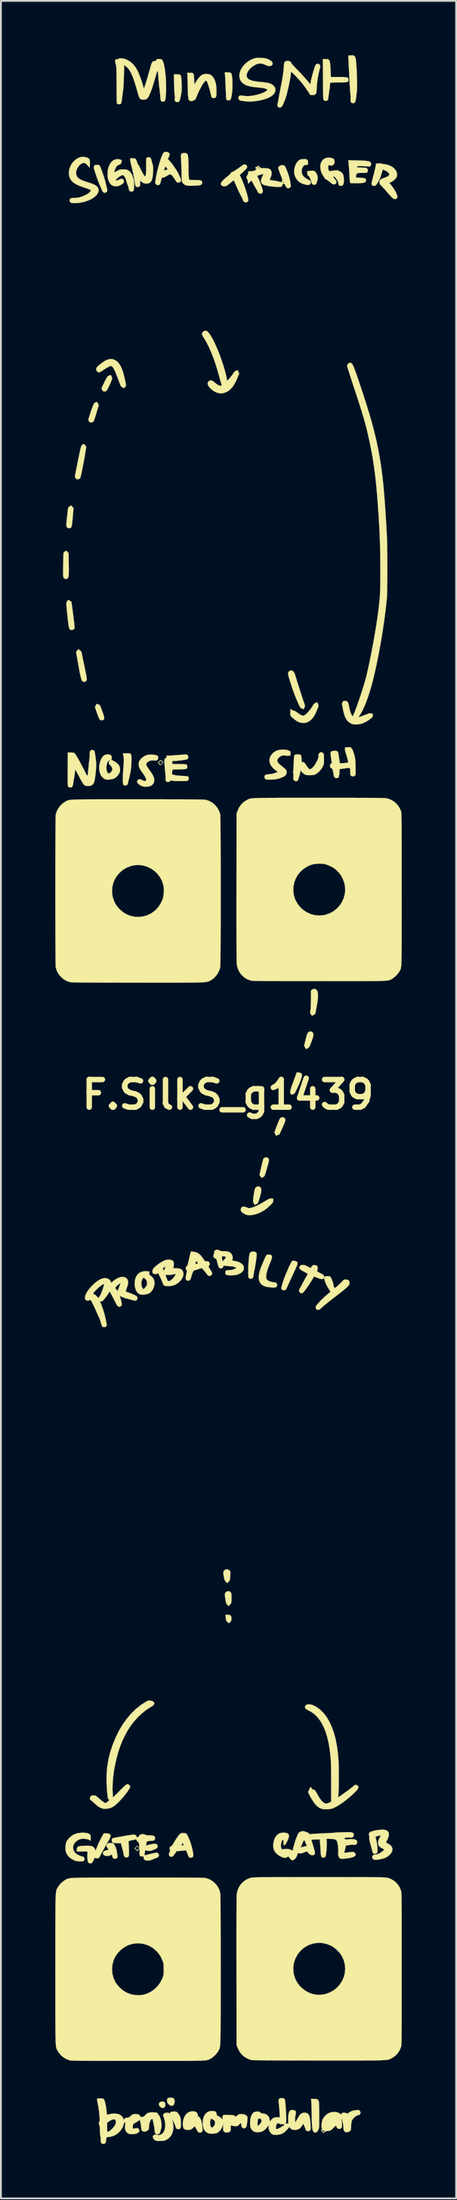
<source format=kicad_pcb>
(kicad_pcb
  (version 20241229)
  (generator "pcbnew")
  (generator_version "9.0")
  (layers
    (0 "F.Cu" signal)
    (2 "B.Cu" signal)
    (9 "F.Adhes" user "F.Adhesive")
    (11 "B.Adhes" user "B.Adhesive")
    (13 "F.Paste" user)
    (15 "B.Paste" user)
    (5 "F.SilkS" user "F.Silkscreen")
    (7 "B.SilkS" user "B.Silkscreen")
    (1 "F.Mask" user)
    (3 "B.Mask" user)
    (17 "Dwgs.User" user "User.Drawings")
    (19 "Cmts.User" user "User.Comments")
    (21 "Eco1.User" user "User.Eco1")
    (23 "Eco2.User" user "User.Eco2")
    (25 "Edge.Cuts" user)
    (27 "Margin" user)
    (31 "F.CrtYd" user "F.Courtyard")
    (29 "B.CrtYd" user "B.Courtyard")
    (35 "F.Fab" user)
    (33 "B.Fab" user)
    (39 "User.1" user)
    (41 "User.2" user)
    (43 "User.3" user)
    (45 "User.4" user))
  (footprint "F.SilkS_g1439"
    (layer "F.Cu")
    (at 9.531 57.356)
    (property "Reference" "F.SilkS_g1439" (at 0 0 0) (layer "F.SilkS") (effects (font (size 1.524 1.524) (thickness 0.3))))
    (attr through_hole)
    (fp_poly (pts (xy -3.562 55.567) (xy -3.517 55.585) (xy -3.485 55.622) (xy -3.475 55.64) (xy -3.451 55.724) (xy -3.462 55.808) (xy -3.502 55.87) (xy -3.557 55.911) (xy -3.613 55.918) (xy -3.681 55.891) (xy -3.698 55.881) (xy -3.768 55.821) (xy -3.806 55.752) (xy -3.81 55.684) (xy -3.785 55.625) (xy -3.73 55.582) (xy -3.647 55.563) (xy -3.635 55.563) (xy -3.562 55.567)) (stroke (width 0.01) (type solid)) (fill yes) (layer "F.SilkS"))
    (fp_poly (pts (xy 0.081 28.71) (xy 0.143 28.737) (xy 0.177 28.79) (xy 0.19 28.875) (xy 0.191 28.91) (xy 0.188 28.983) (xy 0.176 29.031) (xy 0.149 29.07) (xy 0.122 29.098) (xy 0.053 29.164) (xy -0.026 29.097) (xy -0.067 29.061) (xy -0.091 29.027) (xy -0.106 28.983) (xy -0.115 28.917) (xy -0.119 28.866) (xy -0.133 28.702) (xy -0.014 28.702) (xy 0.081 28.71)) (stroke (width 0.01) (type solid)) (fill yes) (layer "F.SilkS"))
    (fp_poly (pts (xy -3.087 55.353) (xy -3.04 55.362) (xy -3.008 55.382) (xy -2.984 55.409) (xy -2.955 55.455) (xy -2.945 55.508) (xy -2.947 55.576) (xy -2.965 55.682) (xy -3.001 55.752) (xy -3.056 55.788) (xy -3.108 55.795) (xy -3.164 55.789) (xy -3.212 55.764) (xy -3.268 55.713) (xy -3.323 55.647) (xy -3.351 55.584) (xy -3.36 55.532) (xy -3.361 55.45) (xy -3.339 55.396) (xy -3.289 55.364) (xy -3.205 55.352) (xy -3.163 55.351) (xy -3.087 55.353)) (stroke (width 0.01) (type solid)) (fill yes) (layer "F.SilkS"))
    (fp_poly (pts (xy 3.07 1.259) (xy 3.129 1.297) (xy 3.165 1.356) (xy 3.169 1.425) (xy 3.157 1.468) (xy 3.129 1.541) (xy 3.09 1.636) (xy 3.043 1.747) (xy 3 1.842) (xy 2.843 2.187) (xy 2.745 2.225) (xy 2.647 2.264) (xy 2.606 2.17) (xy 2.565 2.077) (xy 2.686 1.753) (xy 2.743 1.604) (xy 2.788 1.49) (xy 2.824 1.406) (xy 2.853 1.347) (xy 2.878 1.308) (xy 2.902 1.283) (xy 2.92 1.271) (xy 2.997 1.248) (xy 3.07 1.259)) (stroke (width 0.01) (type solid)) (fill yes) (layer "F.SilkS"))
    (fp_poly (pts (xy -7.23 -21.56) (xy -7.183 -21.543) (xy -7.155 -21.531) (xy -7.064 -21.493) (xy -6.94 -21.161) (xy -6.888 -21.015) (xy -6.852 -20.902) (xy -6.833 -20.818) (xy -6.83 -20.757) (xy -6.841 -20.715) (xy -6.868 -20.687) (xy -6.881 -20.679) (xy -6.949 -20.66) (xy -7.02 -20.666) (xy -7.075 -20.696) (xy -7.078 -20.699) (xy -7.097 -20.732) (xy -7.127 -20.798) (xy -7.163 -20.888) (xy -7.203 -20.994) (xy -7.228 -21.064) (xy -7.34 -21.389) (xy -7.298 -21.474) (xy -7.271 -21.526) (xy -7.253 -21.559) (xy -7.25 -21.564) (xy -7.23 -21.56)) (stroke (width 0.01) (type solid)) (fill yes) (layer "F.SilkS"))
    (fp_poly (pts (xy -8.619 -32.482) (xy -8.582 -32.439) (xy -8.526 -32.365) (xy -8.55 -32.063) (xy -8.569 -31.843) (xy -8.586 -31.665) (xy -8.603 -31.525) (xy -8.619 -31.423) (xy -8.634 -31.356) (xy -8.639 -31.343) (xy -8.656 -31.301) (xy -8.665 -31.284) (xy -8.685 -31.279) (xy -8.73 -31.267) (xy -8.735 -31.265) (xy -8.798 -31.257) (xy -8.847 -31.278) (xy -8.875 -31.3) (xy -8.895 -31.327) (xy -8.909 -31.363) (xy -8.916 -31.414) (xy -8.916 -31.485) (xy -8.91 -31.581) (xy -8.898 -31.708) (xy -8.88 -31.87) (xy -8.876 -31.905) (xy -8.82 -32.396) (xy -8.754 -32.453) (xy -8.698 -32.496) (xy -8.657 -32.506) (xy -8.619 -32.482)) (stroke (width 0.01) (type solid)) (fill yes) (layer "F.SilkS"))
    (fp_poly (pts (xy -3.686 -18.443) (xy -3.644 -18.408) (xy -3.63 -18.394) (xy -3.569 -18.33) (xy -3.641 -18.256) (xy -3.685 -18.213) (xy -3.717 -18.186) (xy -3.726 -18.182) (xy -3.747 -18.196) (xy -3.785 -18.23) (xy -3.795 -18.242) (xy -3.832 -18.284) (xy -3.851 -18.315) (xy -3.852 -18.32) (xy -3.851 -18.322) (xy -3.831 -18.322) (xy -3.774 -18.263) (xy -3.717 -18.203) (xy -3.658 -18.26) (xy -3.598 -18.317) (xy -3.655 -18.377) (xy -3.712 -18.436) (xy -3.772 -18.379) (xy -3.831 -18.322) (xy -3.851 -18.322) (xy -3.838 -18.349) (xy -3.802 -18.39) (xy -3.76 -18.43) (xy -3.724 -18.455) (xy -3.715 -18.457) (xy -3.686 -18.443)) (stroke (width 0.01) (type solid)) (fill yes) (layer "F.SilkS"))
    (fp_poly (pts (xy 0.033 26.218) (xy 0.098 26.271) (xy 0.128 26.323) (xy 0.133 26.362) (xy 0.134 26.433) (xy 0.131 26.522) (xy 0.126 26.586) (xy 0.117 26.686) (xy 0.107 26.754) (xy 0.094 26.8) (xy 0.074 26.834) (xy 0.045 26.868) (xy 0.039 26.875) (xy -0.004 26.917) (xy -0.035 26.942) (xy -0.042 26.945) (xy -0.063 26.931) (xy -0.101 26.895) (xy -0.119 26.876) (xy -0.158 26.826) (xy -0.187 26.761) (xy -0.212 26.671) (xy -0.219 26.638) (xy -0.243 26.507) (xy -0.253 26.408) (xy -0.249 26.336) (xy -0.23 26.283) (xy -0.2 26.246) (xy -0.127 26.203) (xy -0.045 26.195) (xy 0.033 26.218)) (stroke (width 0.01) (type solid)) (fill yes) (layer "F.SilkS"))
    (fp_poly (pts (xy 4.729 -50.98) (xy 4.758 -50.972) (xy 4.836 -50.908) (xy 4.898 -50.815) (xy 4.939 -50.704) (xy 4.953 -50.595) (xy 4.946 -50.521) (xy 4.928 -50.434) (xy 4.903 -50.348) (xy 4.875 -50.279) (xy 4.855 -50.246) (xy 4.8 -50.214) (xy 4.732 -50.211) (xy 4.669 -50.239) (xy 4.657 -50.25) (xy 4.625 -50.294) (xy 4.614 -50.329) (xy 4.607 -50.365) (xy 4.587 -50.428) (xy 4.558 -50.506) (xy 4.55 -50.527) (xy 4.507 -50.623) (xy 4.468 -50.683) (xy 4.433 -50.712) (xy 4.403 -50.731) (xy 4.387 -50.761) (xy 4.382 -50.814) (xy 4.381 -50.85) (xy 4.381 -50.965) (xy 4.548 -50.98) (xy 4.655 -50.985) (xy 4.729 -50.98)) (stroke (width 0.01) (type solid)) (fill yes) (layer "F.SilkS"))
    (fp_poly (pts (xy -8.896 -29.987) (xy -8.857 -29.949) (xy -8.795 -29.885) (xy -8.787 -29.25) (xy -8.785 -29.054) (xy -8.785 -28.895) (xy -8.787 -28.771) (xy -8.791 -28.675) (xy -8.798 -28.604) (xy -8.809 -28.553) (xy -8.824 -28.518) (xy -8.844 -28.495) (xy -8.869 -28.478) (xy -8.882 -28.472) (xy -8.922 -28.455) (xy -8.939 -28.45) (xy -8.959 -28.457) (xy -8.999 -28.472) (xy -9.028 -28.485) (xy -9.052 -28.503) (xy -9.07 -28.531) (xy -9.083 -28.572) (xy -9.092 -28.632) (xy -9.097 -28.715) (xy -9.099 -28.824) (xy -9.098 -28.964) (xy -9.094 -29.14) (xy -9.092 -29.258) (xy -9.077 -29.898) (xy -9.022 -29.956) (xy -8.974 -29.999) (xy -8.937 -30.01) (xy -8.896 -29.987)) (stroke (width 0.01) (type solid)) (fill yes) (layer "F.SilkS"))
    (fp_poly (pts (xy 0.074 27.411) (xy 0.123 27.433) (xy 0.158 27.467) (xy 0.18 27.519) (xy 0.193 27.595) (xy 0.196 27.703) (xy 0.195 27.799) (xy 0.192 27.907) (xy 0.188 27.981) (xy 0.181 28.032) (xy 0.168 28.068) (xy 0.148 28.1) (xy 0.121 28.132) (xy 0.079 28.179) (xy 0.049 28.208) (xy 0.041 28.213) (xy 0.021 28.201) (xy -0.017 28.166) (xy -0.036 28.146) (xy -0.068 28.107) (xy -0.092 28.063) (xy -0.11 28.003) (xy -0.128 27.917) (xy -0.135 27.874) (xy -0.156 27.738) (xy -0.167 27.637) (xy -0.167 27.563) (xy -0.157 27.511) (xy -0.136 27.474) (xy -0.122 27.46) (xy -0.051 27.411) (xy 0.017 27.399) (xy 0.074 27.411)) (stroke (width 0.01) (type solid)) (fill yes) (layer "F.SilkS"))
    (fp_poly (pts (xy 3.9 -1.222) (xy 3.97 -1.211) (xy 4.023 -1.192) (xy 4.06 -1.16) (xy 4.08 -1.113) (xy 4.082 -1.048) (xy 4.066 -0.962) (xy 4.032 -0.852) (xy 3.979 -0.715) (xy 3.907 -0.547) (xy 3.816 -0.346) (xy 3.781 -0.271) (xy 3.736 -0.177) (xy 3.701 -0.114) (xy 3.671 -0.074) (xy 3.64 -0.048) (xy 3.607 -0.032) (xy 3.539 -0.008) (xy 3.498 -0.006) (xy 3.471 -0.032) (xy 3.449 -0.087) (xy 3.441 -0.116) (xy 3.437 -0.145) (xy 3.438 -0.181) (xy 3.446 -0.226) (xy 3.461 -0.286) (xy 3.485 -0.363) (xy 3.519 -0.464) (xy 3.564 -0.592) (xy 3.622 -0.75) (xy 3.691 -0.939) (xy 3.799 -1.232) (xy 3.9 -1.222)) (stroke (width 0.01) (type solid)) (fill yes) (layer "F.SilkS"))
    (fp_poly (pts (xy 4.647 -3.459) (xy 4.668 -3.441) (xy 4.698 -3.402) (xy 4.714 -3.356) (xy 4.716 -3.297) (xy 4.704 -3.219) (xy 4.676 -3.118) (xy 4.632 -2.99) (xy 4.571 -2.828) (xy 4.568 -2.82) (xy 4.529 -2.723) (xy 4.499 -2.657) (xy 4.473 -2.614) (xy 4.444 -2.586) (xy 4.408 -2.564) (xy 4.402 -2.561) (xy 4.349 -2.535) (xy 4.314 -2.52) (xy 4.309 -2.519) (xy 4.294 -2.536) (xy 4.267 -2.579) (xy 4.252 -2.609) (xy 4.206 -2.699) (xy 4.288 -3.037) (xy 4.321 -3.171) (xy 4.349 -3.27) (xy 4.372 -3.341) (xy 4.395 -3.39) (xy 4.418 -3.424) (xy 4.427 -3.434) (xy 4.498 -3.482) (xy 4.574 -3.491) (xy 4.647 -3.459)) (stroke (width 0.01) (type solid)) (fill yes) (layer "F.SilkS"))
    (fp_poly (pts (xy 4.872 -5.798) (xy 4.888 -5.783) (xy 4.928 -5.726) (xy 4.955 -5.647) (xy 4.969 -5.542) (xy 4.968 -5.409) (xy 4.955 -5.245) (xy 4.927 -5.047) (xy 4.886 -4.812) (xy 4.886 -4.809) (xy 4.821 -4.464) (xy 4.744 -4.412) (xy 4.693 -4.38) (xy 4.654 -4.362) (xy 4.646 -4.361) (xy 4.623 -4.377) (xy 4.589 -4.418) (xy 4.577 -4.436) (xy 4.55 -4.48) (xy 4.539 -4.519) (xy 4.54 -4.568) (xy 4.552 -4.642) (xy 4.56 -4.702) (xy 4.566 -4.796) (xy 4.572 -4.916) (xy 4.576 -5.053) (xy 4.579 -5.2) (xy 4.58 -5.257) (xy 4.583 -5.74) (xy 4.642 -5.791) (xy 4.719 -5.835) (xy 4.798 -5.837) (xy 4.872 -5.798)) (stroke (width 0.01) (type solid)) (fill yes) (layer "F.SilkS"))
    (fp_poly (pts (xy -7.204 -38.191) (xy -7.175 -38.141) (xy -7.131 -38.054) (xy -7.261 -37.612) (xy -7.301 -37.481) (xy -7.34 -37.362) (xy -7.374 -37.263) (xy -7.402 -37.189) (xy -7.422 -37.146) (xy -7.427 -37.14) (xy -7.473 -37.114) (xy -7.526 -37.096) (xy -7.581 -37.094) (xy -7.628 -37.118) (xy -7.648 -37.135) (xy -7.686 -37.183) (xy -7.704 -37.232) (xy -7.705 -37.236) (xy -7.698 -37.27) (xy -7.679 -37.338) (xy -7.651 -37.431) (xy -7.614 -37.545) (xy -7.572 -37.671) (xy -7.56 -37.708) (xy -7.51 -37.851) (xy -7.472 -37.959) (xy -7.441 -38.038) (xy -7.416 -38.094) (xy -7.394 -38.132) (xy -7.372 -38.158) (xy -7.348 -38.177) (xy -7.345 -38.179) (xy -7.282 -38.216) (xy -7.239 -38.221) (xy -7.204 -38.191)) (stroke (width 0.01) (type solid)) (fill yes) (layer "F.SilkS"))
    (fp_poly (pts (xy 0.067 -56.407) (xy 0.127 -56.398) (xy 0.168 -56.374) (xy 0.195 -56.331) (xy 0.213 -56.26) (xy 0.227 -56.157) (xy 0.234 -56.091) (xy 0.245 -55.939) (xy 0.249 -55.776) (xy 0.247 -55.609) (xy 0.239 -55.444) (xy 0.225 -55.289) (xy 0.207 -55.151) (xy 0.184 -55.035) (xy 0.158 -54.948) (xy 0.132 -54.901) (xy 0.083 -54.873) (xy 0.016 -54.865) (xy -0.046 -54.88) (xy -0.073 -54.897) (xy -0.097 -54.949) (xy -0.107 -55.039) (xy -0.107 -55.051) (xy -0.108 -55.13) (xy -0.112 -55.241) (xy -0.117 -55.375) (xy -0.123 -55.525) (xy -0.13 -55.681) (xy -0.137 -55.835) (xy -0.144 -55.979) (xy -0.151 -56.104) (xy -0.157 -56.202) (xy -0.161 -56.256) (xy -0.175 -56.409) (xy -0.017 -56.409) (xy 0.067 -56.407)) (stroke (width 0.01) (type solid)) (fill yes) (layer "F.SilkS"))
    (fp_poly (pts (xy 2.135 3.462) (xy 2.199 3.487) (xy 2.245 3.538) (xy 2.257 3.569) (xy 2.261 3.59) (xy 2.263 3.611) (xy 2.261 3.638) (xy 2.254 3.678) (xy 2.241 3.734) (xy 2.22 3.813) (xy 2.191 3.92) (xy 2.151 4.06) (xy 2.135 4.12) (xy 2.097 4.253) (xy 2.069 4.352) (xy 2.045 4.423) (xy 2.023 4.472) (xy 1.999 4.507) (xy 1.968 4.532) (xy 1.928 4.555) (xy 1.874 4.581) (xy 1.859 4.588) (xy 1.841 4.576) (xy 1.812 4.537) (xy 1.794 4.51) (xy 1.743 4.424) (xy 1.834 4.016) (xy 1.864 3.886) (xy 1.893 3.766) (xy 1.919 3.664) (xy 1.94 3.587) (xy 1.955 3.544) (xy 1.956 3.543) (xy 2.001 3.488) (xy 2.065 3.461) (xy 2.135 3.462)) (stroke (width 0.01) (type solid)) (fill yes) (layer "F.SilkS"))
    (fp_poly (pts (xy -6.454 -39.691) (xy -6.432 -39.648) (xy -6.41 -39.594) (xy -6.395 -39.544) (xy -6.392 -39.524) (xy -6.401 -39.484) (xy -6.426 -39.416) (xy -6.462 -39.327) (xy -6.506 -39.226) (xy -6.553 -39.122) (xy -6.601 -39.024) (xy -6.644 -38.939) (xy -6.679 -38.876) (xy -6.702 -38.846) (xy -6.771 -38.806) (xy -6.848 -38.807) (xy -6.896 -38.825) (xy -6.935 -38.862) (xy -6.962 -38.923) (xy -6.97 -38.986) (xy -6.968 -39) (xy -6.958 -39.025) (xy -6.932 -39.081) (xy -6.893 -39.162) (xy -6.846 -39.259) (xy -6.811 -39.33) (xy -6.753 -39.446) (xy -6.709 -39.53) (xy -6.675 -39.587) (xy -6.647 -39.625) (xy -6.62 -39.649) (xy -6.591 -39.666) (xy -6.572 -39.674) (xy -6.516 -39.695) (xy -6.478 -39.708) (xy -6.471 -39.709) (xy -6.454 -39.691)) (stroke (width 0.01) (type solid)) (fill yes) (layer "F.SilkS"))
    (fp_poly (pts (xy -2.745 -56.302) (xy -2.683 -56.296) (xy -2.639 -56.278) (xy -2.608 -56.244) (xy -2.589 -56.187) (xy -2.576 -56.103) (xy -2.567 -55.986) (xy -2.561 -55.888) (xy -2.555 -55.742) (xy -2.553 -55.6) (xy -2.554 -55.474) (xy -2.56 -55.377) (xy -2.56 -55.369) (xy -2.573 -55.273) (xy -2.592 -55.167) (xy -2.615 -55.058) (xy -2.639 -54.958) (xy -2.662 -54.876) (xy -2.683 -54.822) (xy -2.691 -54.808) (xy -2.738 -54.78) (xy -2.806 -54.774) (xy -2.864 -54.785) (xy -2.916 -54.823) (xy -2.94 -54.889) (xy -2.934 -54.973) (xy -2.93 -55.028) (xy -2.933 -55.106) (xy -2.941 -55.178) (xy -2.947 -55.241) (xy -2.954 -55.337) (xy -2.96 -55.46) (xy -2.966 -55.599) (xy -2.971 -55.748) (xy -2.973 -55.811) (xy -2.986 -56.303) (xy -2.829 -56.303) (xy -2.745 -56.302)) (stroke (width 0.01) (type solid)) (fill yes) (layer "F.SilkS"))
    (fp_poly (pts (xy 1.758 5.091) (xy 1.802 5.124) (xy 1.829 5.172) (xy 1.841 5.238) (xy 1.836 5.328) (xy 1.814 5.446) (xy 1.776 5.596) (xy 1.744 5.707) (xy 1.71 5.819) (xy 1.685 5.897) (xy 1.663 5.95) (xy 1.642 5.984) (xy 1.617 6.008) (xy 1.586 6.028) (xy 1.583 6.03) (xy 1.531 6.058) (xy 1.493 6.074) (xy 1.487 6.075) (xy 1.466 6.058) (xy 1.436 6.016) (xy 1.424 5.995) (xy 1.402 5.953) (xy 1.391 5.912) (xy 1.388 5.861) (xy 1.393 5.788) (xy 1.399 5.736) (xy 1.413 5.626) (xy 1.43 5.499) (xy 1.449 5.379) (xy 1.452 5.36) (xy 1.47 5.265) (xy 1.487 5.2) (xy 1.507 5.157) (xy 1.534 5.125) (xy 1.549 5.112) (xy 1.616 5.069) (xy 1.681 5.063) (xy 1.758 5.091)) (stroke (width 0.01) (type solid)) (fill yes) (layer "F.SilkS"))
    (fp_poly (pts (xy -8.242 -24.564) (xy -8.198 -24.537) (xy -8.173 -24.521) (xy -8.137 -24.496) (xy -8.112 -24.471) (xy -8.093 -24.437) (xy -8.077 -24.386) (xy -8.06 -24.308) (xy -8.044 -24.23) (xy -8.026 -24.138) (xy -8.001 -24.014) (xy -7.971 -23.869) (xy -7.939 -23.713) (xy -7.906 -23.554) (xy -7.894 -23.496) (xy -7.864 -23.353) (xy -7.838 -23.22) (xy -7.816 -23.104) (xy -7.8 -23.012) (xy -7.791 -22.95) (xy -7.789 -22.931) (xy -7.806 -22.858) (xy -7.85 -22.806) (xy -7.91 -22.78) (xy -7.976 -22.784) (xy -8.038 -22.822) (xy -8.039 -22.824) (xy -8.058 -22.849) (xy -8.077 -22.888) (xy -8.096 -22.944) (xy -8.117 -23.02) (xy -8.141 -23.12) (xy -8.168 -23.247) (xy -8.199 -23.406) (xy -8.234 -23.599) (xy -8.275 -23.823) (xy -8.381 -24.416) (xy -8.328 -24.495) (xy -8.294 -24.543) (xy -8.27 -24.571) (xy -8.265 -24.575) (xy -8.242 -24.564)) (stroke (width 0.01) (type solid)) (fill yes) (layer "F.SilkS"))
    (fp_poly (pts (xy -5.507 -18.838) (xy -5.436 -18.832) (xy -5.386 -18.815) (xy -5.353 -18.782) (xy -5.335 -18.727) (xy -5.327 -18.644) (xy -5.325 -18.529) (xy -5.326 -18.428) (xy -5.338 -18.131) (xy -5.372 -17.852) (xy -5.429 -17.571) (xy -5.449 -17.494) (xy -5.473 -17.398) (xy -5.495 -17.308) (xy -5.51 -17.237) (xy -5.514 -17.219) (xy -5.531 -17.155) (xy -5.556 -17.104) (xy -5.561 -17.097) (xy -5.611 -17.069) (xy -5.678 -17.062) (xy -5.741 -17.076) (xy -5.766 -17.094) (xy -5.782 -17.132) (xy -5.793 -17.208) (xy -5.799 -17.318) (xy -5.8 -17.455) (xy -5.796 -17.618) (xy -5.787 -17.8) (xy -5.774 -17.997) (xy -5.765 -18.097) (xy -5.752 -18.259) (xy -5.745 -18.388) (xy -5.744 -18.493) (xy -5.75 -18.584) (xy -5.762 -18.669) (xy -5.783 -18.757) (xy -5.792 -18.791) (xy -5.796 -18.813) (xy -5.79 -18.827) (xy -5.765 -18.834) (xy -5.715 -18.838) (xy -5.632 -18.838) (xy -5.604 -18.838) (xy -5.507 -18.838)) (stroke (width 0.01) (type solid)) (fill yes) (layer "F.SilkS"))
    (fp_poly (pts (xy 2.399 5.733) (xy 2.498 5.74) (xy 2.498 5.84) (xy 2.496 5.883) (xy 2.49 5.918) (xy 2.472 5.953) (xy 2.438 5.994) (xy 2.384 6.051) (xy 2.312 6.121) (xy 2.174 6.249) (xy 2.046 6.349) (xy 1.917 6.431) (xy 1.773 6.503) (xy 1.746 6.514) (xy 1.591 6.577) (xy 1.457 6.618) (xy 1.332 6.64) (xy 1.206 6.646) (xy 1.112 6.644) (xy 1.04 6.632) (xy 0.971 6.608) (xy 0.912 6.58) (xy 0.802 6.512) (xy 0.733 6.439) (xy 0.706 6.361) (xy 0.709 6.32) (xy 0.739 6.236) (xy 0.794 6.187) (xy 0.87 6.173) (xy 0.967 6.196) (xy 1.011 6.214) (xy 1.092 6.248) (xy 1.157 6.261) (xy 1.22 6.258) (xy 1.348 6.227) (xy 1.506 6.167) (xy 1.692 6.078) (xy 1.907 5.959) (xy 1.971 5.921) (xy 2.089 5.851) (xy 2.178 5.8) (xy 2.244 5.765) (xy 2.293 5.744) (xy 2.332 5.734) (xy 2.367 5.731) (xy 2.399 5.733)) (stroke (width 0.01) (type solid)) (fill yes) (layer "F.SilkS"))
    (fp_poly (pts (xy 4.855 55.42) (xy 4.929 55.439) (xy 4.977 55.477) (xy 5.007 55.539) (xy 5.018 55.584) (xy 5.022 55.629) (xy 5.026 55.71) (xy 5.03 55.821) (xy 5.033 55.956) (xy 5.035 56.109) (xy 5.036 56.274) (xy 5.037 56.346) (xy 5.037 56.531) (xy 5.036 56.68) (xy 5.035 56.796) (xy 5.033 56.885) (xy 5.03 56.952) (xy 5.025 57.002) (xy 5.017 57.04) (xy 5.008 57.072) (xy 4.996 57.102) (xy 4.986 57.122) (xy 4.932 57.214) (xy 4.875 57.264) (xy 4.813 57.274) (xy 4.745 57.242) (xy 4.737 57.236) (xy 4.712 57.21) (xy 4.69 57.173) (xy 4.673 57.121) (xy 4.659 57.05) (xy 4.648 56.957) (xy 4.64 56.835) (xy 4.633 56.683) (xy 4.628 56.495) (xy 4.625 56.356) (xy 4.621 56.19) (xy 4.618 56.028) (xy 4.613 55.879) (xy 4.609 55.75) (xy 4.605 55.649) (xy 4.601 55.582) (xy 4.601 55.578) (xy 4.589 55.414) (xy 4.747 55.414) (xy 4.855 55.42)) (stroke (width 0.01) (type solid)) (fill yes) (layer "F.SilkS"))
    (fp_poly (pts (xy -7.93 -35.891) (xy -7.896 -35.851) (xy -7.883 -35.833) (xy -7.823 -35.747) (xy -7.871 -35.436) (xy -7.892 -35.311) (xy -7.916 -35.168) (xy -7.944 -35.012) (xy -7.975 -34.851) (xy -8.006 -34.689) (xy -8.037 -34.532) (xy -8.066 -34.387) (xy -8.093 -34.26) (xy -8.116 -34.155) (xy -8.135 -34.08) (xy -8.147 -34.04) (xy -8.149 -34.037) (xy -8.192 -33.992) (xy -8.256 -33.96) (xy -8.306 -33.951) (xy -8.339 -33.965) (xy -8.383 -33.998) (xy -8.389 -34.003) (xy -8.428 -34.052) (xy -8.445 -34.102) (xy -8.445 -34.106) (xy -8.441 -34.138) (xy -8.43 -34.206) (xy -8.411 -34.306) (xy -8.387 -34.433) (xy -8.357 -34.583) (xy -8.324 -34.75) (xy -8.288 -34.93) (xy -8.278 -34.979) (xy -8.235 -35.188) (xy -8.199 -35.359) (xy -8.17 -35.497) (xy -8.146 -35.605) (xy -8.126 -35.686) (xy -8.109 -35.746) (xy -8.094 -35.788) (xy -8.081 -35.816) (xy -8.068 -35.833) (xy -8.061 -35.84) (xy -8 -35.885) (xy -7.961 -35.902) (xy -7.93 -35.891)) (stroke (width 0.01) (type solid)) (fill yes) (layer "F.SilkS"))
    (fp_poly (pts (xy 1.47 8.667) (xy 1.54 8.698) (xy 1.571 8.729) (xy 1.581 8.764) (xy 1.587 8.822) (xy 1.587 8.844) (xy 1.584 8.897) (xy 1.574 8.983) (xy 1.56 9.091) (xy 1.542 9.213) (xy 1.522 9.34) (xy 1.502 9.46) (xy 1.483 9.566) (xy 1.466 9.648) (xy 1.459 9.68) (xy 1.445 9.742) (xy 1.431 9.828) (xy 1.419 9.919) (xy 1.419 9.919) (xy 1.402 10.024) (xy 1.379 10.095) (xy 1.364 10.119) (xy 1.31 10.152) (xy 1.242 10.158) (xy 1.179 10.139) (xy 1.157 10.121) (xy 1.144 10.101) (xy 1.134 10.069) (xy 1.128 10.019) (xy 1.124 9.945) (xy 1.122 9.839) (xy 1.122 9.735) (xy 1.124 9.583) (xy 1.13 9.414) (xy 1.14 9.245) (xy 1.151 9.096) (xy 1.153 9.07) (xy 1.166 8.947) (xy 1.177 8.858) (xy 1.187 8.798) (xy 1.199 8.758) (xy 1.215 8.73) (xy 1.235 8.709) (xy 1.239 8.705) (xy 1.305 8.67) (xy 1.387 8.657) (xy 1.47 8.667)) (stroke (width 0.01) (type solid)) (fill yes) (layer "F.SilkS"))
    (fp_poly (pts (xy 3.684 9.174) (xy 3.755 9.195) (xy 3.797 9.216) (xy 3.825 9.241) (xy 3.839 9.275) (xy 3.837 9.323) (xy 3.819 9.391) (xy 3.784 9.482) (xy 3.731 9.602) (xy 3.676 9.723) (xy 3.611 9.864) (xy 3.542 10.014) (xy 3.475 10.16) (xy 3.415 10.289) (xy 3.378 10.372) (xy 3.317 10.508) (xy 3.27 10.61) (xy 3.235 10.683) (xy 3.208 10.733) (xy 3.185 10.764) (xy 3.164 10.78) (xy 3.141 10.787) (xy 3.113 10.79) (xy 3.097 10.791) (xy 3.036 10.791) (xy 2.999 10.775) (xy 2.973 10.743) (xy 2.958 10.719) (xy 2.949 10.695) (xy 2.948 10.664) (xy 2.955 10.619) (xy 2.971 10.554) (xy 2.997 10.461) (xy 3.026 10.363) (xy 3.066 10.239) (xy 3.122 10.087) (xy 3.189 9.918) (xy 3.264 9.741) (xy 3.341 9.565) (xy 3.417 9.402) (xy 3.453 9.329) (xy 3.494 9.25) (xy 3.523 9.202) (xy 3.548 9.176) (xy 3.576 9.167) (xy 3.61 9.165) (xy 3.684 9.174)) (stroke (width 0.01) (type solid)) (fill yes) (layer "F.SilkS"))
    (fp_poly (pts (xy -8.761 -27.28) (xy -8.721 -27.252) (xy -8.672 -27.216) (xy -8.641 -27.19) (xy -8.636 -27.183) (xy -8.633 -27.16) (xy -8.626 -27.101) (xy -8.614 -27.011) (xy -8.598 -26.896) (xy -8.58 -26.762) (xy -8.562 -26.626) (xy -8.541 -26.467) (xy -8.521 -26.312) (xy -8.504 -26.168) (xy -8.489 -26.045) (xy -8.479 -25.949) (xy -8.475 -25.902) (xy -8.461 -25.724) (xy -8.525 -25.679) (xy -8.572 -25.649) (xy -8.604 -25.636) (xy -8.608 -25.636) (xy -8.641 -25.642) (xy -8.674 -25.648) (xy -8.699 -25.655) (xy -8.721 -25.669) (xy -8.74 -25.694) (xy -8.758 -25.732) (xy -8.774 -25.787) (xy -8.79 -25.862) (xy -8.805 -25.962) (xy -8.822 -26.089) (xy -8.84 -26.247) (xy -8.86 -26.44) (xy -8.883 -26.67) (xy -8.889 -26.733) (xy -8.903 -26.876) (xy -8.913 -26.983) (xy -8.918 -27.062) (xy -8.916 -27.119) (xy -8.909 -27.161) (xy -8.895 -27.195) (xy -8.873 -27.228) (xy -8.843 -27.266) (xy -8.838 -27.271) (xy -8.817 -27.294) (xy -8.796 -27.297) (xy -8.761 -27.28)) (stroke (width 0.01) (type solid)) (fill yes) (layer "F.SilkS"))
    (fp_poly (pts (xy -7.157 -51.305) (xy -7.113 -51.292) (xy -7.08 -51.263) (xy -7.073 -51.255) (xy -7.054 -51.218) (xy -7.024 -51.148) (xy -6.988 -51.052) (xy -6.946 -50.938) (xy -6.903 -50.813) (xy -6.86 -50.685) (xy -6.82 -50.561) (xy -6.786 -50.448) (xy -6.759 -50.354) (xy -6.743 -50.286) (xy -6.741 -50.271) (xy -6.726 -50.197) (xy -6.704 -50.107) (xy -6.686 -50.046) (xy -6.662 -49.94) (xy -6.666 -49.861) (xy -6.7 -49.808) (xy -6.743 -49.784) (xy -6.796 -49.766) (xy -6.832 -49.769) (xy -6.873 -49.796) (xy -6.885 -49.805) (xy -6.928 -49.854) (xy -6.952 -49.905) (xy -6.967 -49.95) (xy -6.996 -50.02) (xy -7.034 -50.105) (xy -7.058 -50.154) (xy -7.089 -50.224) (xy -7.127 -50.32) (xy -7.17 -50.435) (xy -7.216 -50.562) (xy -7.262 -50.693) (xy -7.305 -50.822) (xy -7.344 -50.941) (xy -7.376 -51.044) (xy -7.398 -51.123) (xy -7.408 -51.171) (xy -7.408 -51.177) (xy -7.397 -51.222) (xy -7.375 -51.261) (xy -7.347 -51.29) (xy -7.306 -51.304) (xy -7.238 -51.308) (xy -7.229 -51.308) (xy -7.157 -51.305)) (stroke (width 0.01) (type solid)) (fill yes) (layer "F.SilkS"))
    (fp_poly (pts (xy -6.425 41.298) (xy -6.366 41.304) (xy -6.341 41.309) (xy -6.314 41.333) (xy -6.276 41.384) (xy -6.235 41.451) (xy -6.233 41.454) (xy -6.197 41.524) (xy -6.171 41.595) (xy -6.15 41.678) (xy -6.13 41.787) (xy -6.123 41.831) (xy -6.108 41.937) (xy -6.1 42.008) (xy -6.098 42.055) (xy -6.103 42.084) (xy -6.114 42.106) (xy -6.127 42.121) (xy -6.181 42.154) (xy -6.249 42.163) (xy -6.312 42.149) (xy -6.337 42.132) (xy -6.363 42.089) (xy -6.383 42.029) (xy -6.383 42.026) (xy -6.402 41.963) (xy -6.429 41.939) (xy -6.471 41.952) (xy -6.499 41.971) (xy -6.574 42.005) (xy -6.664 42.015) (xy -6.755 42.003) (xy -6.833 41.97) (xy -6.871 41.936) (xy -6.901 41.87) (xy -6.891 41.808) (xy -6.845 41.754) (xy -6.765 41.711) (xy -6.703 41.694) (xy -6.58 41.667) (xy -6.645 41.577) (xy -6.691 41.502) (xy -6.707 41.444) (xy -6.692 41.391) (xy -6.666 41.352) (xy -6.635 41.32) (xy -6.599 41.303) (xy -6.542 41.297) (xy -6.498 41.296) (xy -6.425 41.298)) (stroke (width 0.01) (type solid)) (fill yes) (layer "F.SilkS"))
    (fp_poly (pts (xy -1.791 56.124) (xy -1.717 56.174) (xy -1.673 56.247) (xy -1.664 56.314) (xy -1.656 56.366) (xy -1.624 56.396) (xy -1.606 56.404) (xy -1.558 56.443) (xy -1.513 56.518) (xy -1.474 56.625) (xy -1.442 56.756) (xy -1.419 56.908) (xy -1.409 57.018) (xy -1.405 57.107) (xy -1.406 57.165) (xy -1.415 57.201) (xy -1.433 57.228) (xy -1.44 57.235) (xy -1.501 57.27) (xy -1.574 57.273) (xy -1.639 57.245) (xy -1.651 57.235) (xy -1.682 57.198) (xy -1.693 57.174) (xy -1.704 57.147) (xy -1.73 57.096) (xy -1.764 57.037) (xy -1.835 56.92) (xy -1.916 57.003) (xy -1.977 57.055) (xy -2.041 57.097) (xy -2.07 57.11) (xy -2.149 57.124) (xy -2.239 57.125) (xy -2.325 57.113) (xy -2.393 57.09) (xy -2.413 57.076) (xy -2.458 57.009) (xy -2.484 56.913) (xy -2.492 56.795) (xy -2.48 56.663) (xy -2.45 56.526) (xy -2.434 56.478) (xy -2.365 56.332) (xy -2.273 56.22) (xy -2.16 56.144) (xy -2.028 56.104) (xy -2.019 56.103) (xy -1.893 56.099) (xy -1.791 56.124)) (stroke (width 0.01) (type solid)) (fill yes) (layer "F.SilkS"))
    (fp_poly (pts (xy 3.59 -23.373) (xy 3.649 -23.301) (xy 3.689 -23.208) (xy 3.704 -23.163) (xy 3.729 -23.083) (xy 3.764 -22.974) (xy 3.805 -22.841) (xy 3.853 -22.691) (xy 3.904 -22.529) (xy 3.937 -22.426) (xy 3.99 -22.257) (xy 4.042 -22.095) (xy 4.091 -21.946) (xy 4.134 -21.815) (xy 4.169 -21.709) (xy 4.195 -21.634) (xy 4.205 -21.608) (xy 4.233 -21.534) (xy 4.246 -21.484) (xy 4.247 -21.445) (xy 4.234 -21.402) (xy 4.222 -21.37) (xy 4.199 -21.314) (xy 4.179 -21.28) (xy 4.172 -21.274) (xy 4.147 -21.283) (xy 4.097 -21.303) (xy 4.074 -21.313) (xy 4.041 -21.33) (xy 4.013 -21.351) (xy 3.987 -21.382) (xy 3.959 -21.43) (xy 3.923 -21.501) (xy 3.877 -21.603) (xy 3.858 -21.645) (xy 3.753 -21.888) (xy 3.656 -22.133) (xy 3.563 -22.392) (xy 3.47 -22.676) (xy 3.429 -22.806) (xy 3.383 -22.959) (xy 3.35 -23.078) (xy 3.329 -23.168) (xy 3.32 -23.234) (xy 3.323 -23.282) (xy 3.336 -23.319) (xy 3.36 -23.348) (xy 3.373 -23.36) (xy 3.449 -23.404) (xy 3.522 -23.408) (xy 3.59 -23.373)) (stroke (width 0.01) (type solid)) (fill yes) (layer "F.SilkS"))
    (fp_poly (pts (xy 4.3 -51.622) (xy 4.336 -51.612) (xy 4.363 -51.592) (xy 4.377 -51.577) (xy 4.408 -51.534) (xy 4.421 -51.484) (xy 4.42 -51.422) (xy 4.413 -51.319) (xy 4.308 -51.308) (xy 4.241 -51.297) (xy 4.196 -51.275) (xy 4.156 -51.23) (xy 4.143 -51.211) (xy 4.098 -51.13) (xy 4.075 -51.036) (xy 4.07 -50.996) (xy 4.075 -50.865) (xy 4.115 -50.75) (xy 4.192 -50.649) (xy 4.308 -50.56) (xy 4.437 -50.492) (xy 4.499 -50.459) (xy 4.544 -50.426) (xy 4.559 -50.408) (xy 4.571 -50.327) (xy 4.546 -50.259) (xy 4.487 -50.212) (xy 4.456 -50.201) (xy 4.413 -50.2) (xy 4.346 -50.207) (xy 4.282 -50.218) (xy 4.126 -50.262) (xy 4 -50.321) (xy 3.892 -50.401) (xy 3.862 -50.429) (xy 3.76 -50.557) (xy 3.693 -50.703) (xy 3.663 -50.839) (xy 3.657 -50.996) (xy 3.679 -51.154) (xy 3.727 -51.303) (xy 3.798 -51.432) (xy 3.887 -51.534) (xy 3.9 -51.545) (xy 3.949 -51.581) (xy 3.993 -51.602) (xy 4.047 -51.614) (xy 4.124 -51.621) (xy 4.158 -51.622) (xy 4.245 -51.625) (xy 4.3 -51.622)) (stroke (width 0.01) (type solid)) (fill yes) (layer "F.SilkS"))
    (fp_poly (pts (xy 4.954 -21.595) (xy 4.976 -21.536) (xy 4.993 -21.495) (xy 4.995 -21.459) (xy 4.982 -21.4) (xy 4.951 -21.312) (xy 4.922 -21.238) (xy 4.84 -21.054) (xy 4.761 -20.905) (xy 4.68 -20.787) (xy 4.593 -20.693) (xy 4.495 -20.618) (xy 4.426 -20.577) (xy 4.343 -20.537) (xy 4.272 -20.517) (xy 4.189 -20.512) (xy 4.167 -20.511) (xy 4.065 -20.52) (xy 3.968 -20.54) (xy 3.934 -20.551) (xy 3.853 -20.587) (xy 3.773 -20.635) (xy 3.684 -20.699) (xy 3.592 -20.774) (xy 3.515 -20.843) (xy 3.468 -20.904) (xy 3.445 -20.97) (xy 3.44 -21.055) (xy 3.444 -21.131) (xy 3.456 -21.292) (xy 3.518 -21.24) (xy 3.574 -21.205) (xy 3.629 -21.188) (xy 3.636 -21.188) (xy 3.685 -21.174) (xy 3.754 -21.135) (xy 3.809 -21.095) (xy 3.933 -21.005) (xy 4.04 -20.945) (xy 4.124 -20.915) (xy 4.151 -20.913) (xy 4.203 -20.927) (xy 4.267 -20.963) (xy 4.291 -20.981) (xy 4.369 -21.055) (xy 4.458 -21.153) (xy 4.547 -21.262) (xy 4.625 -21.371) (xy 4.682 -21.463) (xy 4.725 -21.534) (xy 4.767 -21.579) (xy 4.822 -21.609) (xy 4.838 -21.616) (xy 4.933 -21.653) (xy 4.954 -21.595)) (stroke (width 0.01) (type solid)) (fill yes) (layer "F.SilkS"))
    (fp_poly (pts (xy 2.296 8.829) (xy 2.36 8.843) (xy 2.399 8.865) (xy 2.423 8.902) (xy 2.431 8.948) (xy 2.424 9.009) (xy 2.399 9.093) (xy 2.356 9.206) (xy 2.331 9.268) (xy 2.247 9.476) (xy 2.184 9.653) (xy 2.141 9.803) (xy 2.117 9.929) (xy 2.109 10.016) (xy 2.109 10.094) (xy 2.116 10.145) (xy 2.135 10.183) (xy 2.166 10.219) (xy 2.24 10.274) (xy 2.34 10.317) (xy 2.452 10.344) (xy 2.53 10.351) (xy 2.622 10.365) (xy 2.684 10.405) (xy 2.714 10.471) (xy 2.716 10.499) (xy 2.709 10.558) (xy 2.683 10.6) (xy 2.635 10.627) (xy 2.56 10.64) (xy 2.454 10.64) (xy 2.311 10.628) (xy 2.275 10.624) (xy 2.11 10.597) (xy 1.98 10.554) (xy 1.878 10.493) (xy 1.799 10.411) (xy 1.767 10.363) (xy 1.716 10.235) (xy 1.698 10.085) (xy 1.713 9.91) (xy 1.761 9.71) (xy 1.783 9.641) (xy 1.808 9.574) (xy 1.843 9.484) (xy 1.886 9.379) (xy 1.933 9.266) (xy 1.981 9.154) (xy 2.027 9.049) (xy 2.067 8.96) (xy 2.099 8.893) (xy 2.118 8.857) (xy 2.12 8.854) (xy 2.16 8.834) (xy 2.224 8.826) (xy 2.296 8.829)) (stroke (width 0.01) (type solid)) (fill yes) (layer "F.SilkS"))
    (fp_poly (pts (xy 6.954 -57.33) (xy 7.002 -57.292) (xy 7.024 -57.253) (xy 7.043 -57.188) (xy 7.059 -57.095) (xy 7.074 -56.972) (xy 7.087 -56.815) (xy 7.098 -56.623) (xy 7.108 -56.392) (xy 7.113 -56.25) (xy 7.119 -56.056) (xy 7.123 -55.896) (xy 7.126 -55.766) (xy 7.127 -55.657) (xy 7.125 -55.563) (xy 7.121 -55.478) (xy 7.115 -55.394) (xy 7.106 -55.304) (xy 7.094 -55.203) (xy 7.092 -55.183) (xy 7.073 -55.03) (xy 7.055 -54.914) (xy 7.037 -54.83) (xy 7.016 -54.773) (xy 6.992 -54.739) (xy 6.961 -54.721) (xy 6.922 -54.716) (xy 6.916 -54.716) (xy 6.861 -54.721) (xy 6.825 -54.732) (xy 6.824 -54.732) (xy 6.787 -54.773) (xy 6.768 -54.839) (xy 6.765 -54.935) (xy 6.767 -54.98) (xy 6.769 -55.082) (xy 6.764 -55.198) (xy 6.754 -55.285) (xy 6.747 -55.344) (xy 6.739 -55.44) (xy 6.73 -55.564) (xy 6.721 -55.712) (xy 6.712 -55.876) (xy 6.703 -56.049) (xy 6.699 -56.142) (xy 6.691 -56.324) (xy 6.683 -56.504) (xy 6.675 -56.675) (xy 6.667 -56.829) (xy 6.661 -56.959) (xy 6.656 -57.058) (xy 6.654 -57.089) (xy 6.64 -57.334) (xy 6.758 -57.348) (xy 6.872 -57.351) (xy 6.954 -57.33)) (stroke (width 0.01) (type solid)) (fill yes) (layer "F.SilkS"))
    (fp_poly (pts (xy -4.476 9.747) (xy -4.337 9.761) (xy -4.343 9.85) (xy -4.345 9.903) (xy -4.333 9.938) (xy -4.3 9.97) (xy -4.255 10.001) (xy -4.181 10.064) (xy -4.119 10.14) (xy -4.107 10.16) (xy -4.063 10.277) (xy -4.052 10.407) (xy -4.069 10.542) (xy -4.111 10.674) (xy -4.176 10.794) (xy -4.26 10.895) (xy -4.36 10.968) (xy -4.424 10.994) (xy -4.536 11.02) (xy -4.65 11.036) (xy -4.753 11.038) (xy -4.818 11.03) (xy -4.925 10.982) (xy -5.014 10.898) (xy -5.082 10.782) (xy -5.127 10.638) (xy -5.146 10.48) (xy -4.778 10.48) (xy -4.754 10.597) (xy -4.704 10.694) (xy -4.696 10.703) (xy -4.678 10.723) (xy -4.662 10.727) (xy -4.638 10.711) (xy -4.595 10.672) (xy -4.574 10.652) (xy -4.5 10.556) (xy -4.463 10.453) (xy -4.465 10.35) (xy -4.466 10.346) (xy -4.488 10.269) (xy -4.514 10.217) (xy -4.555 10.173) (xy -4.587 10.147) (xy -4.662 10.09) (xy -4.7 10.14) (xy -4.751 10.239) (xy -4.777 10.356) (xy -4.778 10.48) (xy -5.146 10.48) (xy -5.148 10.467) (xy -5.149 10.425) (xy -5.135 10.242) (xy -5.089 10.084) (xy -5.015 9.953) (xy -4.914 9.852) (xy -4.788 9.782) (xy -4.641 9.746) (xy -4.476 9.747)) (stroke (width 0.01) (type solid)) (fill yes) (layer "F.SilkS"))
    (fp_poly (pts (xy -7.853 40.735) (xy -7.73 40.76) (xy -7.641 40.804) (xy -7.619 40.821) (xy -7.597 40.849) (xy -7.584 40.89) (xy -7.578 40.956) (xy -7.578 41.015) (xy -7.578 41.173) (xy -7.652 41.126) (xy -7.715 41.097) (xy -7.797 41.077) (xy -7.905 41.064) (xy -8.026 41.059) (xy -8.146 41.076) (xy -8.267 41.127) (xy -8.378 41.206) (xy -8.446 41.278) (xy -8.518 41.395) (xy -8.549 41.513) (xy -8.538 41.633) (xy -8.486 41.758) (xy -8.472 41.781) (xy -8.429 41.84) (xy -8.375 41.888) (xy -8.299 41.936) (xy -8.258 41.958) (xy -8.178 41.995) (xy -8.105 42.023) (xy -8.052 42.037) (xy -8.045 42.037) (xy -7.978 42.056) (xy -7.933 42.106) (xy -7.916 42.178) (xy -7.927 42.241) (xy -7.962 42.282) (xy -8.027 42.304) (xy -8.126 42.31) (xy -8.14 42.31) (xy -8.229 42.306) (xy -8.313 42.298) (xy -8.366 42.289) (xy -8.473 42.253) (xy -8.59 42.195) (xy -8.697 42.127) (xy -8.769 42.067) (xy -8.824 42.001) (xy -8.879 41.918) (xy -8.906 41.869) (xy -8.934 41.808) (xy -8.951 41.754) (xy -8.96 41.691) (xy -8.964 41.608) (xy -8.964 41.54) (xy -8.958 41.395) (xy -8.935 41.279) (xy -8.89 41.178) (xy -8.818 41.079) (xy -8.743 40.999) (xy -8.604 40.882) (xy -8.451 40.8) (xy -8.278 40.749) (xy -8.08 40.727) (xy -8.012 40.726) (xy -7.853 40.735)) (stroke (width 0.01) (type solid)) (fill yes) (layer "F.SilkS"))
    (fp_poly (pts (xy -2.305 -51.951) (xy -2.266 -51.927) (xy -2.243 -51.901) (xy -2.224 -51.863) (xy -2.209 -51.807) (xy -2.198 -51.73) (xy -2.19 -51.627) (xy -2.185 -51.494) (xy -2.181 -51.327) (xy -2.18 -51.16) (xy -2.177 -50.949) (xy -2.172 -50.778) (xy -2.163 -50.648) (xy -2.152 -50.556) (xy -2.138 -50.502) (xy -2.129 -50.488) (xy -2.103 -50.482) (xy -2.043 -50.477) (xy -1.957 -50.473) (xy -1.854 -50.471) (xy -1.824 -50.471) (xy -1.687 -50.469) (xy -1.587 -50.463) (xy -1.516 -50.451) (xy -1.47 -50.432) (xy -1.442 -50.403) (xy -1.426 -50.364) (xy -1.426 -50.362) (xy -1.424 -50.286) (xy -1.46 -50.229) (xy -1.53 -50.192) (xy -1.571 -50.183) (xy -1.668 -50.172) (xy -1.784 -50.164) (xy -1.908 -50.158) (xy -2.03 -50.156) (xy -2.139 -50.156) (xy -2.224 -50.161) (xy -2.265 -50.166) (xy -2.378 -50.206) (xy -2.469 -50.276) (xy -2.507 -50.321) (xy -2.52 -50.34) (xy -2.53 -50.363) (xy -2.538 -50.395) (xy -2.544 -50.441) (xy -2.549 -50.505) (xy -2.554 -50.593) (xy -2.558 -50.71) (xy -2.562 -50.86) (xy -2.565 -51.008) (xy -2.569 -51.173) (xy -2.574 -51.33) (xy -2.579 -51.473) (xy -2.584 -51.594) (xy -2.588 -51.687) (xy -2.592 -51.746) (xy -2.593 -51.752) (xy -2.597 -51.844) (xy -2.58 -51.904) (xy -2.536 -51.939) (xy -2.459 -51.956) (xy -2.432 -51.959) (xy -2.356 -51.961) (xy -2.305 -51.951)) (stroke (width 0.01) (type solid)) (fill yes) (layer "F.SilkS"))
    (fp_poly (pts (xy 3.219 -19.028) (xy 3.325 -19.001) (xy 3.35 -18.99) (xy 3.45 -18.94) (xy 3.45 -18.715) (xy 3.339 -18.707) (xy 3.258 -18.706) (xy 3.179 -18.712) (xy 3.152 -18.717) (xy 3.044 -18.723) (xy 2.934 -18.691) (xy 2.831 -18.626) (xy 2.813 -18.609) (xy 2.747 -18.533) (xy 2.719 -18.459) (xy 2.728 -18.384) (xy 2.775 -18.305) (xy 2.861 -18.219) (xy 2.926 -18.167) (xy 3.006 -18.103) (xy 3.086 -18.035) (xy 3.149 -17.979) (xy 3.201 -17.924) (xy 3.228 -17.88) (xy 3.238 -17.831) (xy 3.239 -17.796) (xy 3.225 -17.704) (xy 3.18 -17.629) (xy 3.099 -17.565) (xy 3.051 -17.538) (xy 2.889 -17.468) (xy 2.722 -17.421) (xy 2.537 -17.394) (xy 2.402 -17.386) (xy 2.301 -17.384) (xy 2.213 -17.385) (xy 2.148 -17.387) (xy 2.117 -17.391) (xy 2.051 -17.436) (xy 2.016 -17.498) (xy 2.015 -17.565) (xy 2.05 -17.629) (xy 2.053 -17.632) (xy 2.097 -17.66) (xy 2.161 -17.673) (xy 2.207 -17.674) (xy 2.326 -17.684) (xy 2.463 -17.71) (xy 2.599 -17.747) (xy 2.665 -17.771) (xy 2.752 -17.806) (xy 2.603 -17.924) (xy 2.463 -18.051) (xy 2.365 -18.18) (xy 2.307 -18.313) (xy 2.29 -18.45) (xy 2.293 -18.504) (xy 2.33 -18.641) (xy 2.404 -18.766) (xy 2.51 -18.875) (xy 2.643 -18.962) (xy 2.706 -18.99) (xy 2.82 -19.022) (xy 2.953 -19.039) (xy 3.09 -19.041) (xy 3.219 -19.028)) (stroke (width 0.01) (type solid)) (fill yes) (layer "F.SilkS"))
    (fp_poly (pts (xy 5.48 -57.144) (xy 5.547 -57.123) (xy 5.59 -57.079) (xy 5.618 -57.004) (xy 5.63 -56.949) (xy 5.639 -56.882) (xy 5.648 -56.784) (xy 5.657 -56.667) (xy 5.664 -56.54) (xy 5.666 -56.489) (xy 5.679 -56.155) (xy 6.116 -56.155) (xy 6.279 -56.155) (xy 6.405 -56.152) (xy 6.499 -56.146) (xy 6.564 -56.135) (xy 6.607 -56.119) (xy 6.632 -56.094) (xy 6.643 -56.061) (xy 6.646 -56.018) (xy 6.646 -56.007) (xy 6.644 -55.962) (xy 6.635 -55.927) (xy 6.615 -55.901) (xy 6.577 -55.882) (xy 6.518 -55.87) (xy 6.433 -55.863) (xy 6.317 -55.86) (xy 6.164 -55.859) (xy 6.104 -55.859) (xy 5.951 -55.859) (xy 5.835 -55.858) (xy 5.751 -55.854) (xy 5.694 -55.847) (xy 5.658 -55.834) (xy 5.639 -55.814) (xy 5.632 -55.786) (xy 5.63 -55.749) (xy 5.63 -55.725) (xy 5.627 -55.675) (xy 5.618 -55.596) (xy 5.606 -55.502) (xy 5.597 -55.446) (xy 5.581 -55.332) (xy 5.564 -55.21) (xy 5.551 -55.102) (xy 5.547 -55.07) (xy 5.536 -54.988) (xy 5.521 -54.919) (xy 5.506 -54.878) (xy 5.503 -54.875) (xy 5.46 -54.85) (xy 5.396 -54.843) (xy 5.332 -54.853) (xy 5.286 -54.88) (xy 5.279 -54.892) (xy 5.273 -54.914) (xy 5.267 -54.948) (xy 5.263 -54.998) (xy 5.259 -55.068) (xy 5.256 -55.16) (xy 5.253 -55.279) (xy 5.251 -55.426) (xy 5.249 -55.607) (xy 5.248 -55.824) (xy 5.246 -56.033) (xy 5.239 -57.15) (xy 5.379 -57.15) (xy 5.48 -57.144)) (stroke (width 0.01) (type solid)) (fill yes) (layer "F.SilkS"))
    (fp_poly (pts (xy -6.296 -40.568) (xy -6.168 -40.498) (xy -6.075 -40.416) (xy -5.999 -40.324) (xy -5.931 -40.217) (xy -5.869 -40.089) (xy -5.812 -39.937) (xy -5.758 -39.755) (xy -5.705 -39.54) (xy -5.659 -39.326) (xy -5.623 -39.144) (xy -5.671 -39.066) (xy -5.703 -39.019) (xy -5.727 -38.992) (xy -5.733 -38.99) (xy -5.759 -39) (xy -5.806 -39.023) (xy -5.824 -39.031) (xy -5.876 -39.066) (xy -5.911 -39.102) (xy -5.915 -39.11) (xy -5.927 -39.14) (xy -5.952 -39.204) (xy -5.986 -39.294) (xy -6.029 -39.404) (xy -6.076 -39.528) (xy -6.089 -39.56) (xy -6.157 -39.735) (xy -6.213 -39.874) (xy -6.261 -39.981) (xy -6.302 -40.062) (xy -6.338 -40.12) (xy -6.372 -40.161) (xy -6.404 -40.188) (xy -6.44 -40.208) (xy -6.474 -40.211) (xy -6.523 -40.197) (xy -6.548 -40.187) (xy -6.603 -40.161) (xy -6.681 -40.116) (xy -6.771 -40.06) (xy -6.837 -40.015) (xy -6.92 -39.96) (xy -6.994 -39.916) (xy -7.049 -39.887) (xy -7.075 -39.878) (xy -7.102 -39.869) (xy -7.101 -39.857) (xy -7.103 -39.837) (xy -7.111 -39.836) (xy -7.132 -39.851) (xy -7.133 -39.857) (xy -7.15 -39.876) (xy -7.163 -39.878) (xy -7.196 -39.893) (xy -7.235 -39.931) (xy -7.239 -39.936) (xy -7.272 -40.008) (xy -7.265 -40.086) (xy -7.218 -40.163) (xy -7.212 -40.17) (xy -7.158 -40.22) (xy -7.079 -40.285) (xy -6.985 -40.356) (xy -6.888 -40.425) (xy -6.799 -40.484) (xy -6.728 -40.525) (xy -6.726 -40.526) (xy -6.577 -40.582) (xy -6.433 -40.595) (xy -6.296 -40.568)) (stroke (width 0.01) (type solid)) (fill yes) (layer "F.SilkS"))
    (fp_poly (pts (xy -2.396 40.749) (xy -2.332 40.764) (xy -2.285 40.797) (xy -2.243 40.856) (xy -2.198 40.948) (xy -2.197 40.95) (xy -2.104 41.17) (xy -2.031 41.382) (xy -1.973 41.6) (xy -1.926 41.839) (xy -1.911 41.937) (xy -1.916 42.018) (xy -1.953 42.077) (xy -2.016 42.106) (xy -2.085 42.105) (xy -2.147 42.078) (xy -2.182 42.025) (xy -2.19 41.999) (xy -2.206 41.949) (xy -2.234 41.878) (xy -2.26 41.818) (xy -2.315 41.693) (xy -2.422 41.707) (xy -2.501 41.716) (xy -2.599 41.726) (xy -2.683 41.734) (xy -2.837 41.747) (xy -2.934 41.892) (xy -3.001 41.983) (xy -3.06 42.037) (xy -3.115 42.056) (xy -3.173 42.045) (xy -3.195 42.034) (xy -3.241 41.986) (xy -3.256 41.916) (xy -3.238 41.829) (xy -3.219 41.786) (xy -3.195 41.727) (xy -3.192 41.692) (xy -3.196 41.688) (xy -3.211 41.658) (xy -3.216 41.607) (xy -3.213 41.552) (xy -3.201 41.514) (xy -3.17 41.489) (xy -3.129 41.468) (xy -3.086 41.437) (xy -3.075 41.423) (xy -2.585 41.423) (xy -2.511 41.423) (xy -2.462 41.421) (xy -2.446 41.407) (xy -2.455 41.371) (xy -2.459 41.36) (xy -2.478 41.316) (xy -2.495 41.296) (xy -2.495 41.296) (xy -2.515 41.313) (xy -2.543 41.353) (xy -2.547 41.36) (xy -2.585 41.423) (xy -3.075 41.423) (xy -3.037 41.373) (xy -2.992 41.292) (xy -2.942 41.205) (xy -2.878 41.104) (xy -2.807 40.999) (xy -2.736 40.902) (xy -2.674 40.823) (xy -2.638 40.783) (xy -2.591 40.757) (xy -2.515 40.746) (xy -2.487 40.746) (xy -2.396 40.749)) (stroke (width 0.01) (type solid)) (fill yes) (layer "F.SilkS"))
    (fp_poly (pts (xy -6.601 40.775) (xy -6.525 40.801) (xy -6.484 40.846) (xy -6.478 40.914) (xy -6.505 41.004) (xy -6.564 41.121) (xy -6.569 41.129) (xy -6.622 41.221) (xy -6.69 41.339) (xy -6.767 41.476) (xy -6.847 41.62) (xy -6.925 41.762) (xy -6.996 41.891) (xy -7.049 41.991) (xy -7.089 42.064) (xy -7.119 42.106) (xy -7.148 42.128) (xy -7.184 42.137) (xy -7.204 42.139) (xy -7.265 42.137) (xy -7.31 42.123) (xy -7.315 42.12) (xy -7.343 42.103) (xy -7.351 42.103) (xy -7.362 42.125) (xy -7.386 42.175) (xy -7.417 42.242) (xy -7.419 42.245) (xy -7.455 42.315) (xy -7.491 42.371) (xy -7.518 42.399) (xy -7.589 42.417) (xy -7.664 42.405) (xy -7.694 42.389) (xy -7.721 42.348) (xy -7.741 42.273) (xy -7.754 42.173) (xy -7.759 42.055) (xy -7.755 41.929) (xy -7.754 41.915) (xy -7.749 41.833) (xy -7.751 41.785) (xy -7.76 41.764) (xy -7.771 41.76) (xy -7.802 41.76) (xy -7.867 41.76) (xy -7.955 41.761) (xy -8.059 41.762) (xy -8.07 41.762) (xy -8.34 41.765) (xy -8.339 41.663) (xy -8.336 41.587) (xy -8.321 41.539) (xy -8.29 41.506) (xy -8.255 41.486) (xy -8.212 41.473) (xy -8.136 41.463) (xy -8.038 41.454) (xy -7.927 41.448) (xy -7.812 41.445) (xy -7.705 41.445) (xy -7.614 41.449) (xy -7.568 41.454) (xy -7.47 41.488) (xy -7.388 41.553) (xy -7.334 41.64) (xy -7.327 41.663) (xy -7.313 41.705) (xy -7.303 41.709) (xy -7.293 41.688) (xy -7.144 41.312) (xy -6.994 41.016) (xy -6.855 40.767) (xy -6.713 40.767) (xy -6.601 40.775)) (stroke (width 0.01) (type solid)) (fill yes) (layer "F.SilkS"))
    (fp_poly (pts (xy -6.537 -18.764) (xy -6.465 -18.731) (xy -6.425 -18.673) (xy -6.413 -18.598) (xy -6.418 -18.537) (xy -6.431 -18.493) (xy -6.436 -18.486) (xy -6.44 -18.466) (xy -6.405 -18.452) (xy -6.399 -18.451) (xy -6.331 -18.426) (xy -6.247 -18.378) (xy -6.159 -18.318) (xy -6.082 -18.253) (xy -6.027 -18.193) (xy -6.022 -18.187) (xy -5.974 -18.081) (xy -5.953 -17.96) (xy -5.96 -17.842) (xy -5.969 -17.809) (xy -6.02 -17.701) (xy -6.097 -17.595) (xy -6.189 -17.505) (xy -6.257 -17.459) (xy -6.344 -17.425) (xy -6.455 -17.4) (xy -6.573 -17.386) (xy -6.683 -17.386) (xy -6.764 -17.399) (xy -6.834 -17.436) (xy -6.91 -17.499) (xy -6.979 -17.577) (xy -7.025 -17.649) (xy -7.08 -17.799) (xy -7.105 -17.97) (xy -7.104 -18.051) (xy -6.709 -18.051) (xy -6.702 -17.924) (xy -6.677 -17.828) (xy -6.634 -17.757) (xy -6.631 -17.754) (xy -6.596 -17.723) (xy -6.562 -17.721) (xy -6.514 -17.747) (xy -6.507 -17.751) (xy -6.463 -17.793) (xy -6.42 -17.853) (xy -6.411 -17.869) (xy -6.385 -17.929) (xy -6.381 -17.977) (xy -6.394 -18.03) (xy -6.424 -18.091) (xy -6.474 -18.157) (xy -6.501 -18.185) (xy -6.558 -18.249) (xy -6.58 -18.305) (xy -6.567 -18.36) (xy -6.549 -18.391) (xy -6.527 -18.425) (xy -6.534 -18.436) (xy -6.564 -18.433) (xy -6.608 -18.407) (xy -6.647 -18.347) (xy -6.679 -18.262) (xy -6.701 -18.16) (xy -6.709 -18.051) (xy -7.104 -18.051) (xy -7.102 -18.148) (xy -7.071 -18.325) (xy -7.012 -18.489) (xy -7.003 -18.506) (xy -6.935 -18.623) (xy -6.866 -18.703) (xy -6.788 -18.751) (xy -6.695 -18.772) (xy -6.644 -18.775) (xy -6.537 -18.764)) (stroke (width 0.01) (type solid)) (fill yes) (layer "F.SilkS"))
    (fp_poly (pts (xy -4.12 -18.761) (xy -4.038 -18.753) (xy -3.973 -18.736) (xy -3.942 -18.724) (xy -3.887 -18.696) (xy -3.861 -18.669) (xy -3.853 -18.626) (xy -3.852 -18.592) (xy -3.863 -18.516) (xy -3.898 -18.467) (xy -3.962 -18.443) (xy -4.058 -18.44) (xy -4.087 -18.442) (xy -4.217 -18.443) (xy -4.321 -18.42) (xy -4.412 -18.367) (xy -4.435 -18.348) (xy -4.474 -18.311) (xy -4.499 -18.276) (xy -4.509 -18.238) (xy -4.503 -18.192) (xy -4.478 -18.133) (xy -4.432 -18.057) (xy -4.365 -17.958) (xy -4.275 -17.831) (xy -4.25 -17.797) (xy -4.15 -17.641) (xy -4.089 -17.5) (xy -4.065 -17.373) (xy -4.078 -17.257) (xy -4.112 -17.178) (xy -4.178 -17.094) (xy -4.268 -17.037) (xy -4.386 -17.006) (xy -4.518 -16.997) (xy -4.617 -16.999) (xy -4.69 -17.009) (xy -4.754 -17.03) (xy -4.8 -17.051) (xy -4.885 -17.103) (xy -4.955 -17.163) (xy -5.001 -17.222) (xy -5.016 -17.269) (xy -4.998 -17.329) (xy -4.953 -17.381) (xy -4.901 -17.407) (xy -4.85 -17.406) (xy -4.777 -17.381) (xy -4.719 -17.353) (xy -4.643 -17.316) (xy -4.593 -17.3) (xy -4.561 -17.304) (xy -4.554 -17.307) (xy -4.522 -17.341) (xy -4.514 -17.391) (xy -4.531 -17.459) (xy -4.575 -17.549) (xy -4.646 -17.663) (xy -4.72 -17.769) (xy -4.777 -17.851) (xy -4.828 -17.928) (xy -4.866 -17.989) (xy -4.877 -18.009) (xy -4.913 -18.11) (xy -4.927 -18.225) (xy -4.918 -18.333) (xy -4.91 -18.363) (xy -4.862 -18.457) (xy -4.782 -18.551) (xy -4.681 -18.636) (xy -4.568 -18.701) (xy -4.566 -18.702) (xy -4.495 -18.731) (xy -4.431 -18.75) (xy -4.358 -18.759) (xy -4.263 -18.763) (xy -4.233 -18.763) (xy -4.12 -18.761)) (stroke (width 0.01) (type solid)) (fill yes) (layer "F.SilkS"))
    (fp_poly (pts (xy 0.998 -51.308) (xy 1.042 -51.26) (xy 1.058 -51.191) (xy 1.053 -51.16) (xy 1.033 -51.124) (xy 0.995 -51.077) (xy 0.933 -51.013) (xy 0.854 -50.938) (xy 0.65 -50.747) (xy 0.693 -50.662) (xy 0.751 -50.539) (xy 0.812 -50.394) (xy 0.874 -50.234) (xy 0.933 -50.068) (xy 0.988 -49.902) (xy 1.037 -49.743) (xy 1.077 -49.599) (xy 1.105 -49.476) (xy 1.12 -49.381) (xy 1.122 -49.349) (xy 1.104 -49.292) (xy 1.059 -49.254) (xy 0.999 -49.237) (xy 0.934 -49.245) (xy 0.879 -49.279) (xy 0.869 -49.289) (xy 0.839 -49.338) (xy 0.825 -49.378) (xy 0.825 -49.379) (xy 0.815 -49.411) (xy 0.788 -49.47) (xy 0.749 -49.547) (xy 0.718 -49.604) (xy 0.666 -49.7) (xy 0.607 -49.82) (xy 0.547 -49.948) (xy 0.493 -50.07) (xy 0.448 -50.175) (xy 0.407 -50.27) (xy 0.373 -50.346) (xy 0.35 -50.395) (xy 0.347 -50.402) (xy 0.317 -50.46) (xy 0.132 -50.31) (xy 0.036 -50.233) (xy -0.036 -50.18) (xy -0.091 -50.147) (xy -0.137 -50.13) (xy -0.181 -50.126) (xy -0.231 -50.13) (xy -0.24 -50.132) (xy -0.322 -50.153) (xy -0.369 -50.192) (xy -0.387 -50.253) (xy -0.388 -50.273) (xy -0.378 -50.318) (xy -0.344 -50.374) (xy -0.285 -50.441) (xy -0.198 -50.525) (xy -0.079 -50.627) (xy -0.016 -50.679) (xy 0.065 -50.748) (xy 0.126 -50.807) (xy 0.162 -50.85) (xy 0.169 -50.868) (xy 0.186 -50.899) (xy 0.218 -50.906) (xy 0.25 -50.918) (xy 0.31 -50.95) (xy 0.389 -50.997) (xy 0.479 -51.055) (xy 0.574 -51.119) (xy 0.665 -51.183) (xy 0.746 -51.244) (xy 0.79 -51.279) (xy 0.863 -51.32) (xy 0.935 -51.329) (xy 0.998 -51.308)) (stroke (width 0.01) (type solid)) (fill yes) (layer "F.SilkS"))
    (fp_poly (pts (xy -2.019 -56.386) (xy -1.96 -56.377) (xy -1.92 -56.353) (xy -1.894 -56.311) (xy -1.879 -56.244) (xy -1.871 -56.145) (xy -1.866 -56.013) (xy -1.859 -55.728) (xy -1.775 -55.872) (xy -1.692 -56) (xy -1.605 -56.115) (xy -1.518 -56.207) (xy -1.44 -56.27) (xy -1.42 -56.281) (xy -1.337 -56.309) (xy -1.23 -56.325) (xy -1.205 -56.326) (xy -1.073 -56.318) (xy -0.965 -56.282) (xy -0.874 -56.213) (xy -0.795 -56.109) (xy -0.754 -56.034) (xy -0.703 -55.914) (xy -0.668 -55.786) (xy -0.646 -55.639) (xy -0.636 -55.464) (xy -0.636 -55.383) (xy -0.637 -55.247) (xy -0.643 -55.147) (xy -0.655 -55.078) (xy -0.676 -55.034) (xy -0.708 -55.009) (xy -0.752 -54.998) (xy -0.775 -54.995) (xy -0.837 -54.997) (xy -0.88 -55.018) (xy -0.911 -55.064) (xy -0.933 -55.142) (xy -0.945 -55.202) (xy -0.96 -55.277) (xy -0.985 -55.375) (xy -1.016 -55.485) (xy -1.05 -55.6) (xy -1.085 -55.711) (xy -1.118 -55.808) (xy -1.146 -55.882) (xy -1.167 -55.926) (xy -1.169 -55.929) (xy -1.203 -55.954) (xy -1.228 -55.955) (xy -1.27 -55.922) (xy -1.325 -55.857) (xy -1.388 -55.763) (xy -1.457 -55.648) (xy -1.529 -55.516) (xy -1.6 -55.375) (xy -1.667 -55.228) (xy -1.721 -55.097) (xy -1.756 -55.01) (xy -1.784 -54.953) (xy -1.812 -54.916) (xy -1.848 -54.889) (xy -1.884 -54.869) (xy -1.957 -54.836) (xy -2.012 -54.825) (xy -2.063 -54.834) (xy -2.089 -54.843) (xy -2.123 -54.86) (xy -2.15 -54.882) (xy -2.17 -54.917) (xy -2.184 -54.967) (xy -2.195 -55.04) (xy -2.202 -55.14) (xy -2.208 -55.272) (xy -2.212 -55.415) (xy -2.216 -55.571) (xy -2.22 -55.731) (xy -2.225 -55.885) (xy -2.23 -56.021) (xy -2.234 -56.126) (xy -2.234 -56.129) (xy -2.244 -56.388) (xy -2.099 -56.388) (xy -2.019 -56.386)) (stroke (width 0.01) (type solid)) (fill yes) (layer "F.SilkS"))
    (fp_poly (pts (xy -4.312 -51.72) (xy -4.265 -51.681) (xy -4.234 -51.608) (xy -4.223 -51.562) (xy -4.209 -51.502) (xy -4.186 -51.421) (xy -4.165 -51.356) (xy -4.148 -51.296) (xy -4.136 -51.239) (xy -4.13 -51.175) (xy -4.129 -51.092) (xy -4.131 -50.982) (xy -4.133 -50.933) (xy -4.146 -50.74) (xy -4.169 -50.585) (xy -4.205 -50.465) (xy -4.254 -50.378) (xy -4.319 -50.319) (xy -4.399 -50.286) (xy -4.419 -50.282) (xy -4.553 -50.276) (xy -4.666 -50.305) (xy -4.762 -50.371) (xy -4.768 -50.377) (xy -4.847 -50.456) (xy -4.847 -50.301) (xy -4.849 -50.219) (xy -4.855 -50.167) (xy -4.869 -50.136) (xy -4.894 -50.114) (xy -4.894 -50.113) (xy -4.969 -50.083) (xy -5.043 -50.094) (xy -5.072 -50.111) (xy -5.102 -50.147) (xy -5.122 -50.209) (xy -5.131 -50.265) (xy -5.148 -50.39) (xy -5.174 -50.544) (xy -5.205 -50.714) (xy -5.24 -50.887) (xy -5.276 -51.051) (xy -5.311 -51.194) (xy -5.319 -51.223) (xy -5.346 -51.33) (xy -5.369 -51.433) (xy -5.386 -51.519) (xy -5.393 -51.567) (xy -5.402 -51.668) (xy -5.263 -51.668) (xy -5.186 -51.666) (xy -5.138 -51.658) (xy -5.106 -51.639) (xy -5.084 -51.615) (xy -5.054 -51.562) (xy -5.026 -51.49) (xy -5.016 -51.456) (xy -4.999 -51.396) (xy -4.982 -51.358) (xy -4.974 -51.35) (xy -4.959 -51.332) (xy -4.929 -51.283) (xy -4.889 -51.207) (xy -4.84 -51.113) (xy -4.808 -51.048) (xy -4.731 -50.897) (xy -4.667 -50.784) (xy -4.617 -50.71) (xy -4.581 -50.675) (xy -4.561 -50.677) (xy -4.545 -50.715) (xy -4.531 -50.791) (xy -4.52 -50.898) (xy -4.514 -51.032) (xy -4.511 -51.188) (xy -4.512 -51.289) (xy -4.514 -51.437) (xy -4.513 -51.547) (xy -4.507 -51.626) (xy -4.495 -51.678) (xy -4.476 -51.71) (xy -4.447 -51.725) (xy -4.407 -51.731) (xy -4.379 -51.731) (xy -4.312 -51.72)) (stroke (width 0.01) (type solid)) (fill yes) (layer "F.SilkS"))
    (fp_poly (pts (xy 5.637 -51.701) (xy 5.748 -51.68) (xy 5.824 -51.644) (xy 5.867 -51.588) (xy 5.884 -51.508) (xy 5.884 -51.487) (xy 5.878 -51.416) (xy 5.855 -51.365) (xy 5.82 -51.325) (xy 5.785 -51.293) (xy 5.752 -51.275) (xy 5.71 -51.27) (xy 5.648 -51.277) (xy 5.56 -51.293) (xy 5.542 -51.278) (xy 5.531 -51.233) (xy 5.529 -51.171) (xy 5.535 -51.102) (xy 5.549 -51.039) (xy 5.555 -51.022) (xy 5.581 -50.971) (xy 5.606 -50.955) (xy 5.625 -50.959) (xy 5.662 -50.968) (xy 5.729 -50.978) (xy 5.815 -50.989) (xy 5.858 -50.993) (xy 5.954 -51.001) (xy 6.019 -51.003) (xy 6.067 -50.998) (xy 6.11 -50.983) (xy 6.144 -50.967) (xy 6.243 -50.909) (xy 6.314 -50.843) (xy 6.36 -50.763) (xy 6.386 -50.661) (xy 6.395 -50.529) (xy 6.395 -50.473) (xy 6.392 -50.367) (xy 6.385 -50.295) (xy 6.374 -50.245) (xy 6.355 -50.21) (xy 6.353 -50.207) (xy 6.3 -50.164) (xy 6.233 -50.146) (xy 6.168 -50.156) (xy 6.132 -50.182) (xy 6.107 -50.23) (xy 6.096 -50.292) (xy 6.096 -50.296) (xy 6.087 -50.349) (xy 6.059 -50.413) (xy 6.007 -50.497) (xy 5.99 -50.522) (xy 5.938 -50.59) (xy 5.893 -50.642) (xy 5.861 -50.67) (xy 5.853 -50.673) (xy 5.818 -50.663) (xy 5.817 -50.631) (xy 5.851 -50.577) (xy 5.894 -50.528) (xy 5.96 -50.445) (xy 5.988 -50.375) (xy 5.98 -50.314) (xy 5.948 -50.271) (xy 5.884 -50.232) (xy 5.81 -50.235) (xy 5.727 -50.277) (xy 5.688 -50.309) (xy 5.611 -50.375) (xy 5.534 -50.435) (xy 5.464 -50.484) (xy 5.411 -50.516) (xy 5.385 -50.525) (xy 5.358 -50.542) (xy 5.347 -50.562) (xy 5.328 -50.599) (xy 5.293 -50.656) (xy 5.259 -50.705) (xy 5.166 -50.868) (xy 5.113 -51.035) (xy 5.098 -51.194) (xy 5.111 -51.344) (xy 5.152 -51.467) (xy 5.225 -51.569) (xy 5.256 -51.598) (xy 5.352 -51.664) (xy 5.459 -51.699) (xy 5.587 -51.705) (xy 5.637 -51.701)) (stroke (width 0.01) (type solid)) (fill yes) (layer "F.SilkS"))
    (fp_poly (pts (xy -1.911 8.668) (xy -1.795 8.687) (xy -1.695 8.723) (xy -1.604 8.779) (xy -1.515 8.86) (xy -1.423 8.972) (xy -1.333 9.098) (xy -1.291 9.159) (xy -1.261 9.19) (xy -1.231 9.201) (xy -1.19 9.197) (xy -1.184 9.196) (xy -1.108 9.201) (xy -1.049 9.236) (xy -1.014 9.291) (xy -1.007 9.356) (xy -1.033 9.423) (xy -1.046 9.438) (xy -1.064 9.462) (xy -1.069 9.486) (xy -1.061 9.519) (xy -1.035 9.567) (xy -0.989 9.639) (xy -0.948 9.7) (xy -0.894 9.793) (xy -0.874 9.865) (xy -0.886 9.923) (xy -0.931 9.973) (xy -0.935 9.975) (xy -1 10.006) (xy -1.063 9.996) (xy -1.126 9.947) (xy -1.17 9.89) (xy -1.222 9.82) (xy -1.288 9.74) (xy -1.344 9.678) (xy -1.45 9.567) (xy -1.637 9.63) (xy -1.723 9.659) (xy -1.797 9.68) (xy -1.848 9.693) (xy -1.861 9.694) (xy -1.889 9.714) (xy -1.923 9.767) (xy -1.959 9.845) (xy -1.995 9.942) (xy -2.025 10.048) (xy -2.033 10.082) (xy -2.064 10.178) (xy -2.107 10.236) (xy -2.168 10.263) (xy -2.203 10.266) (xy -2.26 10.25) (xy -2.295 10.225) (xy -2.318 10.193) (xy -2.33 10.155) (xy -2.331 10.103) (xy -2.321 10.026) (xy -2.3 9.919) (xy -2.297 9.901) (xy -2.279 9.811) (xy -2.27 9.754) (xy -2.271 9.718) (xy -2.28 9.694) (xy -2.293 9.677) (xy -2.324 9.617) (xy -2.326 9.549) (xy -2.299 9.491) (xy -2.278 9.472) (xy -2.233 9.419) (xy -2.213 9.36) (xy -2.206 9.328) (xy -1.794 9.328) (xy -1.78 9.343) (xy -1.736 9.339) (xy -1.687 9.327) (xy -1.66 9.311) (xy -1.664 9.284) (xy -1.689 9.24) (xy -1.697 9.229) (xy -1.73 9.191) (xy -1.753 9.187) (xy -1.771 9.22) (xy -1.787 9.283) (xy -1.794 9.328) (xy -2.206 9.328) (xy -2.203 9.312) (xy -2.185 9.232) (xy -2.162 9.13) (xy -2.134 9.016) (xy -2.123 8.967) (xy -2.046 8.653) (xy -1.911 8.668)) (stroke (width 0.01) (type solid)) (fill yes) (layer "F.SilkS"))
    (fp_poly (pts (xy -3.336 -52.015) (xy -3.268 -51.98) (xy -3.226 -51.929) (xy -3.217 -51.891) (xy -3.226 -51.844) (xy -3.248 -51.778) (xy -3.267 -51.734) (xy -3.317 -51.627) (xy -3.203 -51.505) (xy -3.134 -51.425) (xy -3.055 -51.322) (xy -2.972 -51.207) (xy -2.892 -51.088) (xy -2.819 -50.974) (xy -2.762 -50.876) (xy -2.73 -50.811) (xy -2.693 -50.726) (xy -2.65 -50.633) (xy -2.633 -50.596) (xy -2.597 -50.498) (xy -2.597 -50.421) (xy -2.63 -50.367) (xy -2.696 -50.339) (xy -2.747 -50.334) (xy -2.806 -50.348) (xy -2.857 -50.391) (xy -2.903 -50.466) (xy -2.93 -50.511) (xy -2.975 -50.576) (xy -3.028 -50.648) (xy -3.038 -50.662) (xy -3.093 -50.731) (xy -3.138 -50.772) (xy -3.183 -50.787) (xy -3.235 -50.776) (xy -3.306 -50.739) (xy -3.383 -50.693) (xy -3.459 -50.65) (xy -3.529 -50.62) (xy -3.577 -50.609) (xy -3.612 -50.608) (xy -3.636 -50.599) (xy -3.655 -50.574) (xy -3.672 -50.527) (xy -3.693 -50.449) (xy -3.703 -50.407) (xy -3.727 -50.317) (xy -3.747 -50.259) (xy -3.769 -50.225) (xy -3.798 -50.207) (xy -3.842 -50.196) (xy -3.846 -50.195) (xy -3.9 -50.192) (xy -3.944 -50.214) (xy -3.97 -50.238) (xy -4.009 -50.288) (xy -4.016 -50.336) (xy -4.014 -50.351) (xy -4.005 -50.397) (xy -3.993 -50.471) (xy -3.978 -50.563) (xy -3.969 -50.62) (xy -3.941 -50.775) (xy -3.905 -50.943) (xy -3.893 -50.995) (xy -3.528 -50.995) (xy -3.431 -51.024) (xy -3.373 -51.041) (xy -3.335 -51.052) (xy -3.327 -51.054) (xy -3.332 -51.068) (xy -3.356 -51.104) (xy -3.388 -51.149) (xy -3.421 -51.191) (xy -3.445 -51.218) (xy -3.452 -51.223) (xy -3.464 -51.205) (xy -3.482 -51.157) (xy -3.496 -51.109) (xy -3.528 -50.995) (xy -3.893 -50.995) (xy -3.862 -51.118) (xy -3.815 -51.293) (xy -3.765 -51.462) (xy -3.715 -51.617) (xy -3.666 -51.753) (xy -3.62 -51.861) (xy -3.58 -51.935) (xy -3.574 -51.943) (xy -3.533 -51.995) (xy -3.495 -52.02) (xy -3.444 -52.027) (xy -3.421 -52.028) (xy -3.336 -52.015)) (stroke (width 0.01) (type solid)) (fill yes) (layer "F.SilkS"))
    (fp_poly (pts (xy -7.865 -51.733) (xy -7.764 -51.704) (xy -7.689 -51.662) (xy -7.679 -51.653) (xy -7.653 -51.626) (xy -7.635 -51.598) (xy -7.626 -51.561) (xy -7.621 -51.504) (xy -7.62 -51.418) (xy -7.62 -51.378) (xy -7.621 -51.288) (xy -7.625 -51.216) (xy -7.631 -51.171) (xy -7.636 -51.161) (xy -7.656 -51.177) (xy -7.694 -51.218) (xy -7.739 -51.273) (xy -7.82 -51.36) (xy -7.896 -51.407) (xy -7.974 -51.417) (xy -8.058 -51.391) (xy -8.063 -51.388) (xy -8.17 -51.314) (xy -8.262 -51.209) (xy -8.332 -51.085) (xy -8.374 -50.953) (xy -8.382 -50.868) (xy -8.371 -50.765) (xy -8.336 -50.676) (xy -8.273 -50.596) (xy -8.18 -50.525) (xy -8.053 -50.459) (xy -7.889 -50.396) (xy -7.726 -50.345) (xy -7.543 -50.287) (xy -7.398 -50.228) (xy -7.289 -50.167) (xy -7.212 -50.102) (xy -7.163 -50.029) (xy -7.142 -49.961) (xy -7.142 -49.854) (xy -7.181 -49.746) (xy -7.254 -49.642) (xy -7.358 -49.543) (xy -7.488 -49.452) (xy -7.641 -49.372) (xy -7.813 -49.304) (xy -8 -49.25) (xy -8.197 -49.215) (xy -8.371 -49.2) (xy -8.471 -49.198) (xy -8.559 -49.2) (xy -8.623 -49.205) (xy -8.65 -49.211) (xy -8.708 -49.255) (xy -8.737 -49.318) (xy -8.735 -49.386) (xy -8.701 -49.444) (xy -8.674 -49.464) (xy -8.637 -49.476) (xy -8.578 -49.482) (xy -8.489 -49.484) (xy -8.472 -49.484) (xy -8.372 -49.486) (xy -8.289 -49.494) (xy -8.206 -49.513) (xy -8.104 -49.544) (xy -8.073 -49.555) (xy -7.919 -49.615) (xy -7.786 -49.682) (xy -7.681 -49.752) (xy -7.609 -49.822) (xy -7.593 -49.845) (xy -7.555 -49.909) (xy -7.635 -49.95) (xy -7.689 -49.974) (xy -7.771 -50.004) (xy -7.869 -50.038) (xy -7.938 -50.06) (xy -8.163 -50.137) (xy -8.348 -50.219) (xy -8.497 -50.308) (xy -8.611 -50.407) (xy -8.694 -50.518) (xy -8.749 -50.644) (xy -8.777 -50.787) (xy -8.779 -50.802) (xy -8.775 -50.965) (xy -8.737 -51.128) (xy -8.669 -51.285) (xy -8.577 -51.428) (xy -8.463 -51.552) (xy -8.334 -51.651) (xy -8.194 -51.718) (xy -8.086 -51.744) (xy -7.976 -51.748) (xy -7.865 -51.733)) (stroke (width 0.01) (type solid)) (fill yes) (layer "F.SilkS"))
    (fp_poly (pts (xy 7.135 -51.551) (xy 7.329 -51.545) (xy 7.485 -51.538) (xy 7.607 -51.529) (xy 7.701 -51.518) (xy 7.77 -51.504) (xy 7.82 -51.487) (xy 7.854 -51.465) (xy 7.865 -51.454) (xy 7.895 -51.397) (xy 7.9 -51.328) (xy 7.881 -51.267) (xy 7.869 -51.252) (xy 7.855 -51.239) (xy 7.839 -51.229) (xy 7.814 -51.224) (xy 7.774 -51.222) (xy 7.713 -51.223) (xy 7.623 -51.228) (xy 7.499 -51.234) (xy 7.479 -51.236) (xy 7.338 -51.242) (xy 7.235 -51.241) (xy 7.165 -51.234) (xy 7.126 -51.219) (xy 7.112 -51.196) (xy 7.112 -51.193) (xy 7.121 -51.18) (xy 7.152 -51.171) (xy 7.21 -51.164) (xy 7.302 -51.159) (xy 7.378 -51.157) (xy 7.49 -51.153) (xy 7.567 -51.149) (xy 7.617 -51.142) (xy 7.649 -51.131) (xy 7.671 -51.115) (xy 7.685 -51.099) (xy 7.721 -51.027) (xy 7.715 -50.953) (xy 7.693 -50.911) (xy 7.675 -50.889) (xy 7.65 -50.876) (xy 7.611 -50.868) (xy 7.548 -50.864) (xy 7.452 -50.864) (xy 7.442 -50.864) (xy 7.315 -50.863) (xy 7.224 -50.859) (xy 7.162 -50.85) (xy 7.123 -50.834) (xy 7.099 -50.807) (xy 7.084 -50.767) (xy 7.076 -50.729) (xy 7.064 -50.667) (xy 7.058 -50.625) (xy 7.058 -50.614) (xy 7.08 -50.611) (xy 7.136 -50.606) (xy 7.216 -50.601) (xy 7.305 -50.596) (xy 7.429 -50.587) (xy 7.516 -50.574) (xy 7.573 -50.554) (xy 7.605 -50.526) (xy 7.619 -50.486) (xy 7.62 -50.462) (xy 7.611 -50.399) (xy 7.579 -50.356) (xy 7.517 -50.328) (xy 7.421 -50.311) (xy 7.416 -50.31) (xy 7.338 -50.304) (xy 7.238 -50.299) (xy 7.127 -50.297) (xy 7.015 -50.296) (xy 6.912 -50.297) (xy 6.829 -50.3) (xy 6.775 -50.305) (xy 6.768 -50.307) (xy 6.75 -50.314) (xy 6.738 -50.33) (xy 6.731 -50.363) (xy 6.725 -50.421) (xy 6.721 -50.511) (xy 6.72 -50.546) (xy 6.716 -50.621) (xy 6.71 -50.727) (xy 6.701 -50.852) (xy 6.692 -50.988) (xy 6.682 -51.123) (xy 6.672 -51.249) (xy 6.663 -51.354) (xy 6.656 -51.43) (xy 6.654 -51.441) (xy 6.64 -51.563) (xy 7.135 -51.551)) (stroke (width 0.01) (type solid)) (fill yes) (layer "F.SilkS"))
    (fp_poly (pts (xy 8.466 -51.383) (xy 8.495 -51.373) (xy 8.529 -51.359) (xy 8.587 -51.351) (xy 8.614 -51.35) (xy 8.715 -51.337) (xy 8.835 -51.304) (xy 8.956 -51.256) (xy 9.063 -51.198) (xy 9.093 -51.178) (xy 9.211 -51.072) (xy 9.29 -50.956) (xy 9.33 -50.83) (xy 9.328 -50.697) (xy 9.326 -50.688) (xy 9.293 -50.606) (xy 9.227 -50.52) (xy 9.138 -50.439) (xy 9.034 -50.375) (xy 8.908 -50.311) (xy 8.963 -50.243) (xy 9.084 -50.09) (xy 9.177 -49.957) (xy 9.247 -49.837) (xy 9.291 -49.74) (xy 9.327 -49.648) (xy 9.347 -49.585) (xy 9.352 -49.541) (xy 9.344 -49.507) (xy 9.324 -49.473) (xy 9.323 -49.471) (xy 9.283 -49.436) (xy 9.223 -49.426) (xy 9.212 -49.426) (xy 9.168 -49.431) (xy 9.127 -49.449) (xy 9.08 -49.486) (xy 9.016 -49.547) (xy 9.005 -49.558) (xy 8.93 -49.637) (xy 8.853 -49.724) (xy 8.788 -49.799) (xy 8.784 -49.805) (xy 8.728 -49.871) (xy 8.654 -49.955) (xy 8.573 -50.043) (xy 8.525 -50.094) (xy 8.453 -50.17) (xy 8.406 -50.225) (xy 8.378 -50.267) (xy 8.365 -50.303) (xy 8.361 -50.342) (xy 8.361 -50.354) (xy 8.371 -50.428) (xy 8.407 -50.486) (xy 8.472 -50.533) (xy 8.573 -50.574) (xy 8.606 -50.584) (xy 8.732 -50.63) (xy 8.827 -50.68) (xy 8.887 -50.732) (xy 8.907 -50.775) (xy 8.895 -50.824) (xy 8.851 -50.88) (xy 8.784 -50.936) (xy 8.702 -50.986) (xy 8.648 -51.009) (xy 8.542 -51.049) (xy 8.472 -50.816) (xy 8.429 -50.681) (xy 8.389 -50.573) (xy 8.346 -50.476) (xy 8.293 -50.378) (xy 8.239 -50.286) (xy 8.181 -50.205) (xy 8.126 -50.159) (xy 8.066 -50.145) (xy 8.011 -50.153) (xy 7.952 -50.185) (xy 7.926 -50.245) (xy 7.932 -50.332) (xy 7.945 -50.379) (xy 7.965 -50.446) (xy 7.977 -50.499) (xy 7.98 -50.518) (xy 7.985 -50.551) (xy 8 -50.614) (xy 8.022 -50.695) (xy 8.034 -50.736) (xy 8.062 -50.842) (xy 8.094 -50.969) (xy 8.123 -51.097) (xy 8.134 -51.153) (xy 8.181 -51.382) (xy 8.327 -51.388) (xy 8.406 -51.389) (xy 8.466 -51.383)) (stroke (width 0.01) (type solid)) (fill yes) (layer "F.SilkS"))
    (fp_poly (pts (xy -2.876 56.117) (xy -2.831 56.134) (xy -2.786 56.174) (xy -2.767 56.195) (xy -2.717 56.262) (xy -2.669 56.346) (xy -2.644 56.401) (xy -2.621 56.465) (xy -2.607 56.526) (xy -2.599 56.598) (xy -2.596 56.691) (xy -2.596 56.764) (xy -2.598 56.874) (xy -2.603 56.949) (xy -2.611 56.998) (xy -2.625 57.031) (xy -2.636 57.045) (xy -2.689 57.078) (xy -2.752 57.085) (xy -2.813 57.068) (xy -2.86 57.031) (xy -2.879 56.978) (xy -2.879 56.977) (xy -2.887 56.944) (xy -2.91 56.883) (xy -2.942 56.806) (xy -2.96 56.767) (xy -3.011 56.654) (xy -3.048 56.576) (xy -3.07 56.529) (xy -3.081 56.509) (xy -3.082 56.513) (xy -3.078 56.526) (xy -3.068 56.566) (xy -3.054 56.635) (xy -3.037 56.718) (xy -3.034 56.737) (xy -3.012 56.941) (xy -3.025 57.129) (xy -3.069 57.299) (xy -3.145 57.447) (xy -3.25 57.569) (xy -3.384 57.663) (xy -3.403 57.672) (xy -3.47 57.702) (xy -3.533 57.72) (xy -3.607 57.731) (xy -3.708 57.736) (xy -3.725 57.737) (xy -3.817 57.737) (xy -3.898 57.734) (xy -3.954 57.728) (xy -3.969 57.724) (xy -4.033 57.685) (xy -4.091 57.63) (xy -4.133 57.571) (xy -4.149 57.523) (xy -4.131 57.454) (xy -4.084 57.407) (xy -4.015 57.387) (xy -3.935 57.396) (xy -3.906 57.407) (xy -3.836 57.419) (xy -3.751 57.402) (xy -3.665 57.36) (xy -3.623 57.33) (xy -3.547 57.24) (xy -3.495 57.12) (xy -3.466 56.977) (xy -3.461 56.817) (xy -3.482 56.647) (xy -3.523 56.487) (xy -3.532 56.462) (xy -3.111 56.462) (xy -3.101 56.473) (xy -3.09 56.462) (xy -3.101 56.452) (xy -3.111 56.462) (xy -3.532 56.462) (xy -3.585 56.303) (xy -3.542 56.245) (xy -3.507 56.209) (xy -3.464 56.189) (xy -3.395 56.181) (xy -3.388 56.18) (xy -3.307 56.181) (xy -3.256 56.196) (xy -3.236 56.21) (xy -3.207 56.233) (xy -3.197 56.222) (xy -3.196 56.193) (xy -3.19 56.156) (xy -3.162 56.137) (xy -3.117 56.126) (xy -3.043 56.118) (xy -2.959 56.113) (xy -2.939 56.113) (xy -2.876 56.117)) (stroke (width 0.01) (type solid)) (fill yes) (layer "F.SilkS"))
    (fp_poly (pts (xy -1.187 -42.147) (xy -1.181 -42.145) (xy -1.121 -42.105) (xy -1.051 -42.027) (xy -0.971 -41.914) (xy -0.885 -41.769) (xy -0.792 -41.596) (xy -0.696 -41.396) (xy -0.598 -41.173) (xy -0.499 -40.93) (xy -0.497 -40.926) (xy -0.427 -40.743) (xy -0.359 -40.552) (xy -0.294 -40.36) (xy -0.234 -40.171) (xy -0.18 -39.992) (xy -0.135 -39.827) (xy -0.099 -39.684) (xy -0.075 -39.568) (xy -0.064 -39.484) (xy -0.064 -39.472) (xy -0.057 -39.426) (xy -0.045 -39.403) (xy -0.024 -39.414) (xy 0.015 -39.451) (xy 0.068 -39.508) (xy 0.127 -39.577) (xy 0.188 -39.651) (xy 0.244 -39.724) (xy 0.288 -39.787) (xy 0.314 -39.832) (xy 0.362 -39.897) (xy 0.441 -39.944) (xy 0.442 -39.945) (xy 0.497 -39.967) (xy 0.533 -39.979) (xy 0.539 -39.979) (xy 0.549 -39.958) (xy 0.568 -39.91) (xy 0.579 -39.882) (xy 0.615 -39.79) (xy 0.538 -39.596) (xy 0.437 -39.363) (xy 0.332 -39.17) (xy 0.219 -39.013) (xy 0.098 -38.89) (xy -0.036 -38.798) (xy -0.183 -38.735) (xy -0.21 -38.726) (xy -0.302 -38.704) (xy -0.38 -38.697) (xy -0.466 -38.705) (xy -0.522 -38.715) (xy -0.634 -38.749) (xy -0.748 -38.807) (xy -0.859 -38.881) (xy -0.958 -38.966) (xy -1.04 -39.055) (xy -1.096 -39.143) (xy -1.121 -39.224) (xy -1.122 -39.236) (xy -1.103 -39.316) (xy -1.052 -39.377) (xy -0.978 -39.409) (xy -0.944 -39.412) (xy -0.894 -39.405) (xy -0.841 -39.38) (xy -0.774 -39.332) (xy -0.744 -39.307) (xy -0.638 -39.223) (xy -0.554 -39.165) (xy -0.486 -39.131) (xy -0.427 -39.117) (xy -0.407 -39.116) (xy -0.364 -39.118) (xy -0.344 -39.132) (xy -0.345 -39.165) (xy -0.365 -39.227) (xy -0.37 -39.241) (xy -0.385 -39.289) (xy -0.409 -39.37) (xy -0.439 -39.476) (xy -0.472 -39.597) (xy -0.507 -39.725) (xy -0.607 -40.074) (xy -0.715 -40.411) (xy -0.83 -40.731) (xy -0.949 -41.027) (xy -1.071 -41.296) (xy -1.193 -41.532) (xy -1.296 -41.704) (xy -1.348 -41.786) (xy -1.39 -41.861) (xy -1.419 -41.918) (xy -1.426 -41.937) (xy -1.425 -42.012) (xy -1.392 -42.078) (xy -1.335 -42.128) (xy -1.263 -42.154) (xy -1.187 -42.147)) (stroke (width 0.01) (type solid)) (fill yes) (layer "F.SilkS"))
    (fp_poly (pts (xy -6.001 -51.615) (xy -5.945 -51.601) (xy -5.891 -51.58) (xy -5.868 -51.554) (xy -5.863 -51.517) (xy -5.88 -51.429) (xy -5.924 -51.36) (xy -5.988 -51.317) (xy -6.04 -51.308) (xy -6.084 -51.289) (xy -6.133 -51.239) (xy -6.183 -51.166) (xy -6.226 -51.081) (xy -6.258 -50.991) (xy -6.262 -50.974) (xy -6.281 -50.889) (xy -6.114 -50.976) (xy -6.03 -51.018) (xy -5.968 -51.044) (xy -5.911 -51.056) (xy -5.845 -51.06) (xy -5.78 -51.059) (xy -5.689 -51.054) (xy -5.604 -51.042) (xy -5.544 -51.027) (xy -5.54 -51.026) (xy -5.441 -50.962) (xy -5.353 -50.862) (xy -5.28 -50.73) (xy -5.224 -50.57) (xy -5.221 -50.555) (xy -5.204 -50.486) (xy -5.193 -50.426) (xy -5.186 -50.364) (xy -5.183 -50.289) (xy -5.183 -50.19) (xy -5.184 -50.107) (xy -5.186 -50.01) (xy -5.192 -49.946) (xy -5.203 -49.904) (xy -5.221 -49.876) (xy -5.228 -49.869) (xy -5.291 -49.832) (xy -5.362 -49.834) (xy -5.417 -49.863) (xy -5.454 -49.915) (xy -5.478 -50.002) (xy -5.48 -50.017) (xy -5.496 -50.095) (xy -5.518 -50.166) (xy -5.53 -50.194) (xy -5.553 -50.247) (xy -5.578 -50.323) (xy -5.598 -50.396) (xy -5.637 -50.522) (xy -5.685 -50.627) (xy -5.739 -50.703) (xy -5.769 -50.729) (xy -5.8 -50.743) (xy -5.834 -50.741) (xy -5.884 -50.721) (xy -5.917 -50.705) (xy -5.984 -50.665) (xy -6.052 -50.615) (xy -6.115 -50.562) (xy -6.163 -50.514) (xy -6.189 -50.476) (xy -6.19 -50.46) (xy -6.161 -50.442) (xy -6.107 -50.449) (xy -6.025 -50.482) (xy -5.997 -50.496) (xy -5.931 -50.527) (xy -5.887 -50.539) (xy -5.849 -50.535) (xy -5.822 -50.525) (xy -5.763 -50.481) (xy -5.738 -50.414) (xy -5.744 -50.35) (xy -5.772 -50.305) (xy -5.83 -50.254) (xy -5.907 -50.205) (xy -5.992 -50.163) (xy -6.074 -50.137) (xy -6.096 -50.133) (xy -6.237 -50.128) (xy -6.355 -50.156) (xy -6.452 -50.218) (xy -6.53 -50.316) (xy -6.592 -50.451) (xy -6.618 -50.535) (xy -6.638 -50.652) (xy -6.645 -50.792) (xy -6.639 -50.937) (xy -6.621 -51.068) (xy -6.613 -51.103) (xy -6.553 -51.275) (xy -6.474 -51.415) (xy -6.377 -51.521) (xy -6.264 -51.59) (xy -6.138 -51.622) (xy -6.001 -51.615)) (stroke (width 0.01) (type solid)) (fill yes) (layer "F.SilkS"))
    (fp_poly (pts (xy 8.648 40.568) (xy 8.719 40.585) (xy 8.806 40.635) (xy 8.86 40.711) (xy 8.881 40.807) (xy 8.869 40.923) (xy 8.823 41.054) (xy 8.8 41.101) (xy 8.763 41.173) (xy 8.735 41.229) (xy 8.721 41.261) (xy 8.721 41.264) (xy 8.738 41.278) (xy 8.784 41.305) (xy 8.846 41.337) (xy 8.962 41.411) (xy 9.038 41.495) (xy 9.074 41.591) (xy 9.072 41.7) (xy 9.06 41.748) (xy 9.023 41.824) (xy 8.957 41.908) (xy 8.874 41.99) (xy 8.783 42.06) (xy 8.72 42.095) (xy 8.625 42.134) (xy 8.511 42.167) (xy 8.39 42.193) (xy 8.272 42.211) (xy 8.166 42.219) (xy 8.084 42.215) (xy 8.05 42.207) (xy 7.991 42.163) (xy 7.963 42.1) (xy 7.969 42.031) (xy 8.002 41.977) (xy 8.047 41.945) (xy 8.112 41.932) (xy 8.142 41.931) (xy 8.238 41.918) (xy 8.345 41.874) (xy 8.361 41.866) (xy 8.438 41.819) (xy 8.511 41.767) (xy 8.57 41.716) (xy 8.607 41.674) (xy 8.615 41.654) (xy 8.597 41.636) (xy 8.552 41.607) (xy 8.495 41.577) (xy 8.396 41.519) (xy 8.332 41.457) (xy 8.298 41.383) (xy 8.287 41.288) (xy 8.287 41.278) (xy 8.292 41.204) (xy 8.308 41.138) (xy 8.342 41.064) (xy 8.368 41.015) (xy 8.402 40.949) (xy 8.423 40.899) (xy 8.426 40.874) (xy 8.424 40.873) (xy 8.392 40.878) (xy 8.333 40.891) (xy 8.269 40.908) (xy 8.138 40.943) (xy 8.186 41.134) (xy 8.209 41.242) (xy 8.229 41.373) (xy 8.243 41.506) (xy 8.248 41.564) (xy 8.253 41.67) (xy 8.254 41.743) (xy 8.25 41.79) (xy 8.241 41.821) (xy 8.225 41.845) (xy 8.223 41.847) (xy 8.17 41.879) (xy 8.102 41.888) (xy 8.039 41.874) (xy 8.014 41.856) (xy 7.989 41.814) (xy 7.969 41.754) (xy 7.968 41.745) (xy 7.956 41.69) (xy 7.935 41.608) (xy 7.909 41.513) (xy 7.895 41.465) (xy 7.849 41.3) (xy 7.818 41.172) (xy 7.802 41.077) (xy 7.799 41.015) (xy 7.806 40.987) (xy 7.812 40.939) (xy 7.792 40.893) (xy 7.772 40.82) (xy 7.79 40.751) (xy 7.841 40.696) (xy 7.859 40.686) (xy 7.971 40.643) (xy 8.105 40.608) (xy 8.25 40.581) (xy 8.396 40.565) (xy 8.533 40.56) (xy 8.648 40.568)) (stroke (width 0.01) (type solid)) (fill yes) (layer "F.SilkS"))
    (fp_poly (pts (xy 5.236 -18.856) (xy 5.24 -18.854) (xy 5.263 -18.832) (xy 5.278 -18.809) (xy 5.288 -18.777) (xy 5.294 -18.728) (xy 5.297 -18.652) (xy 5.299 -18.543) (xy 5.299 -18.531) (xy 5.3 -18.417) (xy 5.298 -18.336) (xy 5.293 -18.275) (xy 5.282 -18.226) (xy 5.263 -18.176) (xy 5.236 -18.117) (xy 5.234 -18.113) (xy 5.158 -17.982) (xy 5.059 -17.859) (xy 4.949 -17.756) (xy 4.841 -17.685) (xy 4.784 -17.66) (xy 4.73 -17.644) (xy 4.666 -17.635) (xy 4.58 -17.632) (xy 4.519 -17.632) (xy 4.419 -17.633) (xy 4.35 -17.637) (xy 4.3 -17.647) (xy 4.257 -17.664) (xy 4.21 -17.692) (xy 4.209 -17.693) (xy 4.142 -17.743) (xy 4.083 -17.799) (xy 4.063 -17.824) (xy 4.013 -17.894) (xy 3.945 -17.621) (xy 3.91 -17.491) (xy 3.878 -17.395) (xy 3.852 -17.336) (xy 3.839 -17.32) (xy 3.772 -17.295) (xy 3.702 -17.308) (xy 3.652 -17.344) (xy 3.626 -17.373) (xy 3.612 -17.404) (xy 3.608 -17.449) (xy 3.611 -17.519) (xy 3.613 -17.555) (xy 3.618 -17.653) (xy 3.612 -17.716) (xy 3.599 -17.748) (xy 3.591 -17.769) (xy 3.598 -17.769) (xy 3.609 -17.759) (xy 3.619 -17.769) (xy 3.609 -17.78) (xy 3.598 -17.769) (xy 3.591 -17.769) (xy 3.584 -17.787) (xy 3.593 -17.806) (xy 3.6 -17.835) (xy 3.608 -17.899) (xy 3.616 -17.992) (xy 3.623 -18.107) (xy 3.629 -18.237) (xy 3.63 -18.273) (xy 3.636 -18.43) (xy 3.642 -18.549) (xy 3.649 -18.635) (xy 3.657 -18.694) (xy 3.667 -18.729) (xy 3.676 -18.744) (xy 3.718 -18.764) (xy 3.786 -18.774) (xy 3.865 -18.776) (xy 3.942 -18.77) (xy 4.001 -18.755) (xy 4.024 -18.74) (xy 4.041 -18.698) (xy 4.054 -18.622) (xy 4.061 -18.528) (xy 4.068 -18.352) (xy 4.13 -18.352) (xy 4.17 -18.347) (xy 4.206 -18.328) (xy 4.244 -18.29) (xy 4.29 -18.226) (xy 4.34 -18.147) (xy 4.388 -18.076) (xy 4.437 -18.016) (xy 4.475 -17.98) (xy 4.512 -17.96) (xy 4.542 -17.959) (xy 4.584 -17.98) (xy 4.604 -17.992) (xy 4.695 -18.069) (xy 4.788 -18.188) (xy 4.881 -18.347) (xy 4.915 -18.414) (xy 4.96 -18.514) (xy 4.987 -18.589) (xy 4.998 -18.652) (xy 4.999 -18.696) (xy 5.001 -18.768) (xy 5.019 -18.816) (xy 5.047 -18.85) (xy 5.109 -18.893) (xy 5.17 -18.895) (xy 5.236 -18.856)) (stroke (width 0.01) (type solid)) (fill yes) (layer "F.SilkS"))
    (fp_poly (pts (xy -0.499 8.581) (xy -0.481 8.594) (xy -0.445 8.616) (xy -0.398 8.629) (xy -0.33 8.635) (xy -0.251 8.636) (xy -0.156 8.639) (xy -0.066 8.647) (xy 0.001 8.657) (xy 0.01 8.659) (xy 0.107 8.706) (xy 0.186 8.779) (xy 0.239 8.871) (xy 0.263 8.972) (xy 0.254 9.06) (xy 0.24 9.112) (xy 0.233 9.144) (xy 0.233 9.146) (xy 0.252 9.156) (xy 0.301 9.166) (xy 0.35 9.173) (xy 0.497 9.202) (xy 0.63 9.252) (xy 0.741 9.317) (xy 0.823 9.395) (xy 0.861 9.457) (xy 0.883 9.559) (xy 0.866 9.657) (xy 0.812 9.749) (xy 0.724 9.83) (xy 0.606 9.896) (xy 0.482 9.939) (xy 0.398 9.955) (xy 0.296 9.965) (xy 0.186 9.97) (xy 0.08 9.968) (xy -0.011 9.96) (xy -0.078 9.947) (xy -0.101 9.937) (xy -0.137 9.888) (xy -0.149 9.822) (xy -0.135 9.753) (xy -0.12 9.727) (xy -0.095 9.705) (xy -0.054 9.692) (xy 0.013 9.686) (xy 0.066 9.684) (xy 0.174 9.677) (xy 0.264 9.657) (xy 0.349 9.623) (xy 0.476 9.564) (xy 0.392 9.521) (xy 0.337 9.498) (xy 0.264 9.482) (xy 0.164 9.469) (xy 0.064 9.462) (xy -0.036 9.454) (xy -0.124 9.446) (xy -0.188 9.437) (xy -0.217 9.431) (xy -0.244 9.427) (xy -0.254 9.454) (xy -0.254 9.469) (xy -0.273 9.525) (xy -0.321 9.568) (xy -0.385 9.588) (xy -0.394 9.588) (xy -0.442 9.58) (xy -0.481 9.552) (xy -0.515 9.499) (xy -0.546 9.415) (xy -0.578 9.295) (xy -0.583 9.276) (xy -0.608 9.174) (xy -0.627 9.105) (xy -0.643 9.065) (xy -0.659 9.045) (xy -0.679 9.038) (xy -0.686 9.038) (xy -0.738 9.023) (xy -0.769 8.999) (xy -0.793 8.953) (xy -0.34 8.953) (xy -0.34 8.986) (xy -0.328 9.045) (xy -0.322 9.075) (xy -0.293 9.207) (xy -0.199 9.097) (xy -0.153 9.039) (xy -0.122 8.992) (xy -0.112 8.965) (xy -0.112 8.965) (xy -0.14 8.941) (xy -0.192 8.924) (xy -0.252 8.918) (xy -0.3 8.925) (xy -0.327 8.936) (xy -0.34 8.953) (xy -0.793 8.953) (xy -0.796 8.947) (xy -0.803 8.882) (xy -0.79 8.826) (xy -0.778 8.809) (xy -0.762 8.771) (xy -0.758 8.715) (xy -0.759 8.712) (xy -0.747 8.643) (xy -0.705 8.591) (xy -0.643 8.56) (xy -0.571 8.556) (xy -0.499 8.581)) (stroke (width 0.01) (type solid)) (fill yes) (layer "F.SilkS"))
    (fp_poly (pts (xy -7.43 -19.008) (xy -7.408 -18.999) (xy -7.391 -18.99) (xy -7.376 -18.975) (xy -7.364 -18.95) (xy -7.353 -18.909) (xy -7.342 -18.849) (xy -7.329 -18.764) (xy -7.313 -18.65) (xy -7.294 -18.501) (xy -7.281 -18.398) (xy -7.273 -18.286) (xy -7.274 -18.141) (xy -7.283 -17.971) (xy -7.299 -17.784) (xy -7.322 -17.59) (xy -7.336 -17.494) (xy -7.356 -17.371) (xy -7.376 -17.281) (xy -7.398 -17.215) (xy -7.426 -17.166) (xy -7.463 -17.124) (xy -7.486 -17.103) (xy -7.527 -17.07) (xy -7.565 -17.051) (xy -7.615 -17.042) (xy -7.689 -17.039) (xy -7.719 -17.039) (xy -7.802 -17.04) (xy -7.855 -17.046) (xy -7.893 -17.06) (xy -7.927 -17.089) (xy -7.957 -17.119) (xy -7.991 -17.164) (xy -8.04 -17.241) (xy -8.098 -17.34) (xy -8.163 -17.457) (xy -8.223 -17.572) (xy -8.282 -17.686) (xy -8.335 -17.784) (xy -8.379 -17.862) (xy -8.412 -17.915) (xy -8.428 -17.936) (xy -8.43 -17.936) (xy -8.439 -17.91) (xy -8.445 -17.858) (xy -8.445 -17.834) (xy -8.449 -17.776) (xy -8.459 -17.689) (xy -8.474 -17.585) (xy -8.489 -17.491) (xy -8.508 -17.38) (xy -8.527 -17.271) (xy -8.543 -17.18) (xy -8.552 -17.127) (xy -8.567 -17.057) (xy -8.585 -17.003) (xy -8.596 -16.984) (xy -8.638 -16.961) (xy -8.701 -16.955) (xy -8.765 -16.966) (xy -8.812 -16.992) (xy -8.813 -16.993) (xy -8.821 -17.006) (xy -8.828 -17.025) (xy -8.833 -17.056) (xy -8.838 -17.102) (xy -8.841 -17.166) (xy -8.843 -17.253) (xy -8.844 -17.365) (xy -8.844 -17.508) (xy -8.844 -17.685) (xy -8.843 -17.899) (xy -8.842 -17.956) (xy -8.837 -18.881) (xy -8.685 -18.881) (xy -8.605 -18.879) (xy -8.539 -18.874) (xy -8.501 -18.868) (xy -8.5 -18.868) (xy -8.464 -18.838) (xy -8.412 -18.769) (xy -8.343 -18.663) (xy -8.26 -18.519) (xy -8.16 -18.338) (xy -8.046 -18.121) (xy -7.917 -17.869) (xy -7.915 -17.865) (xy -7.862 -17.758) (xy -7.821 -17.679) (xy -7.789 -17.629) (xy -7.766 -17.61) (xy -7.749 -17.624) (xy -7.735 -17.672) (xy -7.724 -17.757) (xy -7.712 -17.881) (xy -7.697 -18.044) (xy -7.696 -18.055) (xy -7.683 -18.187) (xy -7.67 -18.318) (xy -7.657 -18.436) (xy -7.645 -18.529) (xy -7.64 -18.562) (xy -7.629 -18.653) (xy -7.624 -18.739) (xy -7.627 -18.803) (xy -7.627 -18.803) (xy -7.626 -18.899) (xy -7.599 -18.97) (xy -7.549 -19.013) (xy -7.481 -19.022) (xy -7.43 -19.008)) (stroke (width 0.01) (type solid)) (fill yes) (layer "F.SilkS"))
    (fp_poly (pts (xy -2.28 -18.767) (xy -2.228 -18.735) (xy -2.197 -18.677) (xy -2.192 -18.609) (xy -2.199 -18.58) (xy -2.221 -18.535) (xy -2.24 -18.513) (xy -2.275 -18.501) (xy -2.343 -18.487) (xy -2.435 -18.471) (xy -2.542 -18.455) (xy -2.654 -18.44) (xy -2.762 -18.428) (xy -2.857 -18.419) (xy -2.93 -18.415) (xy -2.939 -18.415) (xy -3.019 -18.414) (xy -3.065 -18.409) (xy -3.083 -18.399) (xy -3.082 -18.382) (xy -3.072 -18.334) (xy -3.069 -18.297) (xy -3.069 -18.246) (xy -2.703 -18.246) (xy -2.552 -18.245) (xy -2.438 -18.241) (xy -2.356 -18.233) (xy -2.301 -18.218) (xy -2.267 -18.196) (xy -2.25 -18.164) (xy -2.244 -18.121) (xy -2.244 -18.099) (xy -2.246 -18.053) (xy -2.255 -18.019) (xy -2.278 -17.994) (xy -2.319 -17.977) (xy -2.383 -17.966) (xy -2.477 -17.959) (xy -2.604 -17.955) (xy -2.686 -17.953) (xy -2.806 -17.951) (xy -2.911 -17.948) (xy -2.993 -17.945) (xy -3.045 -17.943) (xy -3.061 -17.942) (xy -3.064 -17.921) (xy -3.07 -17.87) (xy -3.076 -17.808) (xy -3.089 -17.677) (xy -2.968 -17.64) (xy -2.878 -17.621) (xy -2.752 -17.605) (xy -2.595 -17.594) (xy -2.538 -17.591) (xy -2.396 -17.584) (xy -2.293 -17.575) (xy -2.226 -17.563) (xy -2.194 -17.55) (xy -2.165 -17.501) (xy -2.161 -17.437) (xy -2.18 -17.374) (xy -2.204 -17.344) (xy -2.223 -17.33) (xy -2.249 -17.319) (xy -2.287 -17.312) (xy -2.345 -17.307) (xy -2.428 -17.305) (xy -2.544 -17.304) (xy -2.632 -17.304) (xy -2.767 -17.305) (xy -2.888 -17.309) (xy -2.989 -17.315) (xy -3.061 -17.322) (xy -3.091 -17.327) (xy -3.143 -17.34) (xy -3.174 -17.332) (xy -3.203 -17.301) (xy -3.257 -17.26) (xy -3.324 -17.253) (xy -3.39 -17.279) (xy -3.41 -17.296) (xy -3.437 -17.33) (xy -3.447 -17.371) (xy -3.444 -17.435) (xy -3.443 -17.448) (xy -3.439 -17.53) (xy -3.443 -17.627) (xy -3.45 -17.694) (xy -3.459 -17.766) (xy -3.469 -17.869) (xy -3.48 -17.989) (xy -3.49 -18.116) (xy -3.493 -18.156) (xy -3.501 -18.295) (xy -3.505 -18.398) (xy -3.501 -18.471) (xy -3.491 -18.52) (xy -3.472 -18.55) (xy -3.444 -18.568) (xy -3.429 -18.574) (xy -3.395 -18.602) (xy -3.387 -18.649) (xy -3.387 -18.711) (xy -3.223 -18.711) (xy -3.144 -18.713) (xy -3.036 -18.719) (xy -2.908 -18.728) (xy -2.772 -18.739) (xy -2.695 -18.746) (xy -2.572 -18.756) (xy -2.461 -18.764) (xy -2.369 -18.769) (xy -2.305 -18.769) (xy -2.28 -18.767)) (stroke (width 0.01) (type solid)) (fill yes) (layer "F.SilkS"))
    (fp_poly (pts (xy 1.81 -57.208) (xy 1.939 -57.201) (xy 2.037 -57.191) (xy 2.113 -57.175) (xy 2.174 -57.154) (xy 2.309 -57.091) (xy 2.401 -57.027) (xy 2.454 -56.962) (xy 2.466 -56.894) (xy 2.453 -56.846) (xy 2.42 -56.802) (xy 2.383 -56.78) (xy 2.327 -56.769) (xy 2.283 -56.76) (xy 2.231 -56.762) (xy 2.154 -56.786) (xy 2.06 -56.827) (xy 1.926 -56.882) (xy 1.809 -56.906) (xy 1.698 -56.9) (xy 1.581 -56.864) (xy 1.524 -56.838) (xy 1.388 -56.759) (xy 1.269 -56.665) (xy 1.169 -56.56) (xy 1.094 -56.451) (xy 1.046 -56.343) (xy 1.029 -56.241) (xy 1.047 -56.15) (xy 1.049 -56.145) (xy 1.094 -56.079) (xy 1.164 -56.024) (xy 1.261 -55.978) (xy 1.389 -55.941) (xy 1.552 -55.911) (xy 1.752 -55.887) (xy 1.839 -55.879) (xy 1.957 -55.867) (xy 2.071 -55.853) (xy 2.169 -55.839) (xy 2.237 -55.825) (xy 2.24 -55.824) (xy 2.383 -55.772) (xy 2.493 -55.701) (xy 2.571 -55.614) (xy 2.613 -55.516) (xy 2.619 -55.411) (xy 2.587 -55.303) (xy 2.514 -55.197) (xy 2.501 -55.182) (xy 2.405 -55.104) (xy 2.274 -55.03) (xy 2.114 -54.963) (xy 1.931 -54.906) (xy 1.734 -54.859) (xy 1.528 -54.827) (xy 1.485 -54.822) (xy 1.331 -54.809) (xy 1.2 -54.804) (xy 1.074 -54.808) (xy 0.936 -54.819) (xy 0.884 -54.825) (xy 0.798 -54.836) (xy 0.722 -54.85) (xy 0.671 -54.863) (xy 0.667 -54.864) (xy 0.612 -54.903) (xy 0.582 -54.963) (xy 0.578 -55.028) (xy 0.601 -55.087) (xy 0.639 -55.12) (xy 0.675 -55.132) (xy 0.73 -55.133) (xy 0.811 -55.126) (xy 0.863 -55.118) (xy 1.039 -55.103) (xy 1.221 -55.109) (xy 1.421 -55.137) (xy 1.63 -55.184) (xy 1.809 -55.237) (xy 1.957 -55.293) (xy 2.07 -55.351) (xy 2.141 -55.407) (xy 2.184 -55.453) (xy 2.135 -55.485) (xy 2.085 -55.51) (xy 2.016 -55.532) (xy 1.922 -55.55) (xy 1.797 -55.566) (xy 1.636 -55.582) (xy 1.619 -55.583) (xy 1.397 -55.608) (xy 1.211 -55.641) (xy 1.059 -55.683) (xy 0.934 -55.737) (xy 0.833 -55.804) (xy 0.762 -55.872) (xy 0.689 -55.972) (xy 0.647 -56.076) (xy 0.63 -56.197) (xy 0.63 -56.246) (xy 0.651 -56.402) (xy 0.71 -56.56) (xy 0.802 -56.712) (xy 0.922 -56.854) (xy 1.065 -56.981) (xy 1.226 -57.087) (xy 1.402 -57.166) (xy 1.418 -57.172) (xy 1.485 -57.192) (xy 1.546 -57.205) (xy 1.614 -57.211) (xy 1.701 -57.212) (xy 1.81 -57.208)) (stroke (width 0.01) (type solid)) (fill yes) (layer "F.SilkS"))
    (fp_poly (pts (xy -3.144 9.12) (xy -3.063 9.153) (xy -3.009 9.202) (xy -3.005 9.209) (xy -2.994 9.255) (xy -2.989 9.327) (xy -2.991 9.409) (xy -2.999 9.486) (xy -3.012 9.543) (xy -3.013 9.546) (xy -3.014 9.562) (xy -2.995 9.572) (xy -2.948 9.578) (xy -2.867 9.581) (xy -2.85 9.581) (xy -2.722 9.589) (xy -2.626 9.612) (xy -2.556 9.652) (xy -2.503 9.712) (xy -2.497 9.722) (xy -2.459 9.823) (xy -2.456 9.934) (xy -2.486 10.051) (xy -2.546 10.167) (xy -2.631 10.278) (xy -2.738 10.378) (xy -2.865 10.462) (xy -2.998 10.521) (xy -3.087 10.544) (xy -3.191 10.557) (xy -3.297 10.563) (xy -3.396 10.559) (xy -3.477 10.546) (xy -3.529 10.525) (xy -3.534 10.521) (xy -3.562 10.479) (xy -3.593 10.415) (xy -3.609 10.369) (xy -3.635 10.301) (xy -3.674 10.209) (xy -3.721 10.109) (xy -3.75 10.048) (xy -3.796 9.958) (xy -3.804 9.942) (xy -3.45 9.942) (xy -3.443 9.962) (xy -3.426 10.012) (xy -3.405 10.069) (xy -3.377 10.143) (xy -3.354 10.208) (xy -3.342 10.239) (xy -3.315 10.276) (xy -3.262 10.287) (xy -3.259 10.287) (xy -3.213 10.278) (xy -3.161 10.249) (xy -3.094 10.193) (xy -3.075 10.176) (xy -3.021 10.118) (xy -2.968 10.053) (xy -2.924 9.988) (xy -2.894 9.934) (xy -2.884 9.898) (xy -2.886 9.891) (xy -2.908 9.893) (xy -2.959 9.903) (xy -3.028 9.919) (xy -3.141 9.938) (xy -3.263 9.945) (xy -3.307 9.944) (xy -3.379 9.941) (xy -3.43 9.94) (xy -3.45 9.941) (xy -3.45 9.942) (xy -3.804 9.942) (xy -3.827 9.9) (xy -3.85 9.868) (xy -3.868 9.859) (xy -3.886 9.864) (xy -3.9 9.873) (xy -3.973 9.902) (xy -4.056 9.9) (xy -4.123 9.873) (xy -4.159 9.824) (xy -4.17 9.753) (xy -4.155 9.671) (xy -4.139 9.632) (xy -4.102 9.581) (xy -3.596 9.581) (xy -3.594 9.602) (xy -3.579 9.647) (xy -3.577 9.652) (xy -3.56 9.69) (xy -3.546 9.703) (xy -3.529 9.687) (xy -3.503 9.639) (xy -3.481 9.59) (xy -3.455 9.532) (xy -3.442 9.493) (xy -3.443 9.483) (xy -3.465 9.493) (xy -3.508 9.52) (xy -3.558 9.553) (xy -3.596 9.581) (xy -4.102 9.581) (xy -4.09 9.564) (xy -4.011 9.485) (xy -3.909 9.401) (xy -3.794 9.317) (xy -3.674 9.239) (xy -3.556 9.175) (xy -3.455 9.132) (xy -3.351 9.107) (xy -3.244 9.104) (xy -3.144 9.12)) (stroke (width 0.01) (type solid)) (fill yes) (layer "F.SilkS"))
    (fp_poly (pts (xy 6.747 -19.171) (xy 6.779 -19.158) (xy 6.805 -19.132) (xy 6.823 -19.109) (xy 6.857 -19.061) (xy 6.885 -19.01) (xy 6.911 -18.947) (xy 6.939 -18.862) (xy 6.973 -18.747) (xy 6.98 -18.722) (xy 6.998 -18.65) (xy 7.012 -18.582) (xy 7.023 -18.51) (xy 7.03 -18.424) (xy 7.036 -18.317) (xy 7.04 -18.181) (xy 7.043 -18.097) (xy 7.046 -17.95) (xy 7.047 -17.839) (xy 7.047 -17.759) (xy 7.044 -17.703) (xy 7.038 -17.664) (xy 7.029 -17.638) (xy 7.016 -17.618) (xy 7.012 -17.612) (xy 6.954 -17.572) (xy 6.883 -17.562) (xy 6.814 -17.585) (xy 6.795 -17.6) (xy 6.772 -17.627) (xy 6.759 -17.665) (xy 6.753 -17.725) (xy 6.752 -17.803) (xy 6.751 -17.886) (xy 6.746 -17.955) (xy 6.74 -17.997) (xy 6.739 -18.001) (xy 6.729 -18.018) (xy 6.71 -18.028) (xy 6.676 -18.032) (xy 6.62 -18.028) (xy 6.535 -18.018) (xy 6.416 -18.001) (xy 6.4 -17.999) (xy 6.164 -17.963) (xy 6.15 -17.753) (xy 6.14 -17.649) (xy 6.129 -17.578) (xy 6.114 -17.532) (xy 6.094 -17.503) (xy 6.034 -17.469) (xy 5.962 -17.466) (xy 5.897 -17.494) (xy 5.884 -17.505) (xy 5.853 -17.552) (xy 5.842 -17.592) (xy 5.838 -17.633) (xy 5.827 -17.702) (xy 5.811 -17.787) (xy 5.806 -17.812) (xy 5.787 -17.899) (xy 5.77 -17.954) (xy 5.751 -17.987) (xy 5.724 -18.007) (xy 5.705 -18.016) (xy 5.661 -18.043) (xy 5.641 -18.082) (xy 5.634 -18.129) (xy 5.635 -18.191) (xy 5.655 -18.233) (xy 5.68 -18.256) (xy 5.733 -18.299) (xy 5.691 -18.582) (xy 5.673 -18.714) (xy 5.665 -18.811) (xy 5.668 -18.879) (xy 5.685 -18.923) (xy 5.718 -18.949) (xy 5.77 -18.963) (xy 5.832 -18.971) (xy 5.944 -18.974) (xy 6.022 -18.955) (xy 6.068 -18.913) (xy 6.071 -18.908) (xy 6.082 -18.873) (xy 6.096 -18.806) (xy 6.111 -18.718) (xy 6.127 -18.62) (xy 6.141 -18.521) (xy 6.152 -18.432) (xy 6.159 -18.365) (xy 6.16 -18.342) (xy 6.162 -18.312) (xy 6.177 -18.296) (xy 6.213 -18.29) (xy 6.281 -18.29) (xy 6.367 -18.293) (xy 6.457 -18.301) (xy 6.538 -18.311) (xy 6.602 -18.322) (xy 6.635 -18.333) (xy 6.636 -18.334) (xy 6.635 -18.358) (xy 6.625 -18.414) (xy 6.606 -18.491) (xy 6.583 -18.583) (xy 6.556 -18.679) (xy 6.529 -18.771) (xy 6.504 -18.85) (xy 6.487 -18.897) (xy 6.466 -18.976) (xy 6.459 -19.061) (xy 6.46 -19.074) (xy 6.466 -19.166) (xy 6.618 -19.173) (xy 6.697 -19.175) (xy 6.747 -19.171)) (stroke (width 0.01) (type solid)) (fill yes) (layer "F.SilkS"))
    (fp_poly (pts (xy 3.353 -57.041) (xy 3.422 -57.019) (xy 3.472 -56.981) (xy 3.492 -56.93) (xy 3.493 -56.927) (xy 3.507 -56.902) (xy 3.547 -56.853) (xy 3.608 -56.785) (xy 3.684 -56.703) (xy 3.771 -56.614) (xy 3.905 -56.477) (xy 4.044 -56.33) (xy 4.181 -56.18) (xy 4.308 -56.037) (xy 4.418 -55.908) (xy 4.488 -55.821) (xy 4.542 -55.752) (xy 4.578 -55.938) (xy 4.597 -56.023) (xy 4.625 -56.138) (xy 4.66 -56.268) (xy 4.697 -56.403) (xy 4.717 -56.473) (xy 4.758 -56.606) (xy 4.79 -56.704) (xy 4.817 -56.774) (xy 4.84 -56.821) (xy 4.862 -56.851) (xy 4.876 -56.863) (xy 4.942 -56.889) (xy 5.008 -56.877) (xy 5.064 -56.83) (xy 5.077 -56.809) (xy 5.091 -56.78) (xy 5.095 -56.747) (xy 5.089 -56.701) (xy 5.073 -56.632) (xy 5.053 -56.556) (xy 5.008 -56.372) (xy 4.968 -56.162) (xy 4.934 -55.939) (xy 4.909 -55.72) (xy 4.895 -55.525) (xy 4.889 -55.414) (xy 4.883 -55.337) (xy 4.874 -55.284) (xy 4.861 -55.249) (xy 4.842 -55.222) (xy 4.835 -55.213) (xy 4.797 -55.181) (xy 4.752 -55.165) (xy 4.683 -55.16) (xy 4.669 -55.16) (xy 4.552 -55.16) (xy 4.4 -55.388) (xy 4.327 -55.495) (xy 4.246 -55.61) (xy 4.169 -55.716) (xy 4.117 -55.785) (xy 4.052 -55.864) (xy 3.975 -55.953) (xy 3.89 -56.048) (xy 3.803 -56.143) (xy 3.718 -56.232) (xy 3.639 -56.312) (xy 3.573 -56.376) (xy 3.523 -56.421) (xy 3.494 -56.44) (xy 3.491 -56.44) (xy 3.477 -56.412) (xy 3.471 -56.363) (xy 3.466 -56.291) (xy 3.452 -56.186) (xy 3.43 -56.055) (xy 3.402 -55.905) (xy 3.369 -55.744) (xy 3.333 -55.578) (xy 3.296 -55.416) (xy 3.258 -55.264) (xy 3.223 -55.13) (xy 3.193 -55.033) (xy 3.164 -54.95) (xy 3.125 -54.846) (xy 3.081 -54.739) (xy 3.065 -54.701) (xy 3.016 -54.597) (xy 2.973 -54.528) (xy 2.929 -54.489) (xy 2.879 -54.475) (xy 2.822 -54.478) (xy 2.767 -54.499) (xy 2.737 -54.544) (xy 2.73 -54.615) (xy 2.747 -54.717) (xy 2.76 -54.768) (xy 2.778 -54.844) (xy 2.791 -54.909) (xy 2.794 -54.942) (xy 2.798 -54.977) (xy 2.81 -55.047) (xy 2.827 -55.143) (xy 2.849 -55.259) (xy 2.875 -55.388) (xy 2.879 -55.409) (xy 2.944 -55.737) (xy 2.997 -56.027) (xy 3.037 -56.28) (xy 3.065 -56.497) (xy 3.082 -56.681) (xy 3.083 -56.705) (xy 3.09 -56.812) (xy 3.098 -56.886) (xy 3.108 -56.935) (xy 3.123 -56.968) (xy 3.144 -56.994) (xy 3.146 -56.996) (xy 3.204 -57.032) (xy 3.277 -57.046) (xy 3.353 -57.041)) (stroke (width 0.01) (type solid)) (fill yes) (layer "F.SilkS"))
    (fp_poly (pts (xy 7.214 56.032) (xy 7.244 56.045) (xy 7.271 56.072) (xy 7.279 56.083) (xy 7.313 56.144) (xy 7.313 56.196) (xy 7.289 56.258) (xy 7.249 56.294) (xy 7.179 56.313) (xy 7.175 56.314) (xy 7.097 56.344) (xy 7.011 56.402) (xy 6.93 56.478) (xy 6.866 56.564) (xy 6.853 56.586) (xy 6.828 56.646) (xy 6.812 56.719) (xy 6.803 56.816) (xy 6.8 56.875) (xy 6.796 56.968) (xy 6.791 57.049) (xy 6.785 57.106) (xy 6.783 57.121) (xy 6.755 57.166) (xy 6.7 57.209) (xy 6.63 57.241) (xy 6.561 57.255) (xy 6.555 57.255) (xy 6.476 57.24) (xy 6.42 57.193) (xy 6.386 57.114) (xy 6.372 56.999) (xy 6.371 56.963) (xy 6.367 56.899) (xy 6.356 56.82) (xy 6.34 56.736) (xy 6.322 56.654) (xy 6.302 56.584) (xy 6.284 56.534) (xy 6.27 56.514) (xy 6.265 56.516) (xy 6.261 56.55) (xy 6.27 56.606) (xy 6.277 56.631) (xy 6.29 56.701) (xy 6.294 56.788) (xy 6.291 56.878) (xy 6.28 56.957) (xy 6.264 57.011) (xy 6.258 57.02) (xy 6.2 57.064) (xy 6.132 57.074) (xy 6.066 57.052) (xy 6.014 56.999) (xy 6.002 56.976) (xy 5.979 56.926) (xy 5.961 56.895) (xy 5.959 56.893) (xy 5.94 56.901) (xy 5.899 56.934) (xy 5.845 56.986) (xy 5.825 57.006) (xy 5.755 57.079) (xy 5.702 57.126) (xy 5.656 57.154) (xy 5.604 57.171) (xy 5.537 57.181) (xy 5.511 57.184) (xy 5.415 57.202) (xy 5.349 57.235) (xy 5.333 57.248) (xy 5.279 57.298) (xy 5.207 57.225) (xy 5.166 57.179) (xy 5.151 57.151) (xy 5.157 57.132) (xy 5.196 57.132) (xy 5.197 57.16) (xy 5.23 57.204) (xy 5.272 57.244) (xy 5.3 57.253) (xy 5.326 57.233) (xy 5.329 57.229) (xy 5.333 57.204) (xy 5.302 57.173) (xy 5.279 57.157) (xy 5.224 57.13) (xy 5.196 57.132) (xy 5.157 57.132) (xy 5.158 57.127) (xy 5.17 57.113) (xy 5.192 57.073) (xy 5.182 57.036) (xy 5.169 56.986) (xy 5.165 56.906) (xy 5.17 56.811) (xy 5.182 56.711) (xy 5.2 56.62) (xy 5.223 56.554) (xy 5.292 56.437) (xy 5.389 56.327) (xy 5.499 56.236) (xy 5.555 56.203) (xy 5.676 56.159) (xy 5.807 56.138) (xy 5.938 56.14) (xy 6.058 56.165) (xy 6.155 56.213) (xy 6.174 56.227) (xy 6.232 56.277) (xy 6.271 56.227) (xy 6.308 56.193) (xy 6.359 56.179) (xy 6.408 56.176) (xy 6.482 56.184) (xy 6.535 56.204) (xy 6.541 56.209) (xy 6.564 56.224) (xy 6.59 56.223) (xy 6.631 56.204) (xy 6.687 56.167) (xy 6.781 56.111) (xy 6.873 56.073) (xy 6.979 56.049) (xy 7.092 56.035) (xy 7.168 56.03) (xy 7.214 56.032)) (stroke (width 0.01) (type solid)) (fill yes) (layer "F.SilkS"))
    (fp_poly (pts (xy -4.324 33.435) (xy -4.263 33.443) (xy -4.167 33.467) (xy -4.108 33.501) (xy -4.101 33.509) (xy -4.068 33.568) (xy -4.071 33.626) (xy -4.111 33.684) (xy -4.19 33.747) (xy -4.263 33.791) (xy -4.498 33.94) (xy -4.732 34.124) (xy -4.959 34.337) (xy -5.171 34.571) (xy -5.305 34.74) (xy -5.42 34.903) (xy -5.523 35.063) (xy -5.619 35.23) (xy -5.715 35.417) (xy -5.812 35.623) (xy -5.936 35.922) (xy -6.046 36.249) (xy -6.144 36.595) (xy -6.225 36.952) (xy -6.291 37.314) (xy -6.338 37.671) (xy -6.365 38.017) (xy -6.372 38.343) (xy -6.357 38.636) (xy -6.344 38.781) (xy -5.978 38.416) (xy -5.862 38.3) (xy -5.771 38.212) (xy -5.701 38.146) (xy -5.649 38.101) (xy -5.61 38.073) (xy -5.58 38.057) (xy -5.554 38.051) (xy -5.544 38.051) (xy -5.475 38.069) (xy -5.422 38.117) (xy -5.398 38.182) (xy -5.397 38.192) (xy -5.411 38.241) (xy -5.451 38.315) (xy -5.511 38.408) (xy -5.588 38.515) (xy -5.677 38.631) (xy -5.775 38.751) (xy -5.877 38.868) (xy -5.978 38.978) (xy -6.075 39.076) (xy -6.141 39.136) (xy -6.249 39.226) (xy -6.338 39.291) (xy -6.417 39.336) (xy -6.495 39.366) (xy -6.584 39.385) (xy -6.619 39.391) (xy -6.723 39.404) (xy -6.799 39.409) (xy -6.861 39.405) (xy -6.923 39.391) (xy -6.978 39.373) (xy -7.043 39.347) (xy -7.105 39.314) (xy -7.173 39.268) (xy -7.252 39.205) (xy -7.35 39.118) (xy -7.417 39.058) (xy -7.486 38.995) (xy -7.546 38.945) (xy -7.587 38.913) (xy -7.602 38.904) (xy -7.616 38.887) (xy -7.619 38.844) (xy -7.611 38.791) (xy -7.596 38.749) (xy -7.568 38.707) (xy -7.533 38.683) (xy -7.477 38.674) (xy -7.415 38.672) (xy -7.368 38.673) (xy -7.331 38.679) (xy -7.294 38.695) (xy -7.249 38.725) (xy -7.189 38.773) (xy -7.106 38.846) (xy -7.102 38.849) (xy -7.017 38.921) (xy -6.937 38.985) (xy -6.87 39.034) (xy -6.825 39.062) (xy -6.824 39.063) (xy -6.75 39.098) (xy -6.65 39.018) (xy -6.596 38.975) (xy -6.557 38.944) (xy -6.543 38.933) (xy -6.551 38.917) (xy -6.583 38.887) (xy -6.583 38.887) (xy -6.6 38.871) (xy -6.613 38.849) (xy -6.624 38.816) (xy -6.634 38.765) (xy -6.644 38.69) (xy -6.655 38.586) (xy -6.669 38.447) (xy -6.672 38.416) (xy -6.701 37.956) (xy -6.699 37.519) (xy -6.664 37.098) (xy -6.597 36.686) (xy -6.494 36.276) (xy -6.356 35.861) (xy -6.194 35.465) (xy -6.014 35.098) (xy -5.809 34.754) (xy -5.583 34.437) (xy -5.336 34.149) (xy -5.073 33.893) (xy -4.796 33.673) (xy -4.545 33.512) (xy -4.468 33.469) (xy -4.414 33.444) (xy -4.371 33.434) (xy -4.324 33.435)) (stroke (width 0.01) (type solid)) (fill yes) (layer "F.SilkS"))
    (fp_poly (pts (xy 4.55 33.648) (xy 4.68 33.685) (xy 4.82 33.751) (xy 4.964 33.843) (xy 5.107 33.957) (xy 5.244 34.09) (xy 5.369 34.236) (xy 5.451 34.352) (xy 5.604 34.615) (xy 5.735 34.901) (xy 5.846 35.213) (xy 5.938 35.552) (xy 6.01 35.922) (xy 6.064 36.326) (xy 6.095 36.682) (xy 6.102 36.797) (xy 6.107 36.944) (xy 6.111 37.114) (xy 6.114 37.3) (xy 6.115 37.497) (xy 6.116 37.698) (xy 6.115 37.894) (xy 6.113 38.081) (xy 6.11 38.25) (xy 6.106 38.395) (xy 6.101 38.509) (xy 6.097 38.565) (xy 6.089 38.652) (xy 6.084 38.721) (xy 6.082 38.763) (xy 6.082 38.771) (xy 6.102 38.762) (xy 6.149 38.732) (xy 6.218 38.685) (xy 6.304 38.625) (xy 6.401 38.556) (xy 6.502 38.483) (xy 6.603 38.41) (xy 6.696 38.34) (xy 6.777 38.278) (xy 6.84 38.229) (xy 6.879 38.196) (xy 6.879 38.196) (xy 6.959 38.128) (xy 7.023 38.093) (xy 7.078 38.088) (xy 7.116 38.102) (xy 7.178 38.151) (xy 7.199 38.213) (xy 7.18 38.288) (xy 7.121 38.374) (xy 7.107 38.39) (xy 6.967 38.533) (xy 6.809 38.68) (xy 6.639 38.825) (xy 6.464 38.963) (xy 6.29 39.091) (xy 6.122 39.203) (xy 5.967 39.295) (xy 5.83 39.363) (xy 5.763 39.389) (xy 5.662 39.413) (xy 5.541 39.428) (xy 5.412 39.433) (xy 5.291 39.428) (xy 5.191 39.413) (xy 5.162 39.404) (xy 5.029 39.341) (xy 4.907 39.247) (xy 4.836 39.174) (xy 4.774 39.097) (xy 4.702 38.994) (xy 4.627 38.875) (xy 4.555 38.752) (xy 4.493 38.638) (xy 4.464 38.575) (xy 4.421 38.479) (xy 4.485 38.342) (xy 4.518 38.275) (xy 4.547 38.227) (xy 4.565 38.206) (xy 4.566 38.206) (xy 4.586 38.223) (xy 4.615 38.265) (xy 4.623 38.28) (xy 4.66 38.332) (xy 4.7 38.352) (xy 4.722 38.354) (xy 4.753 38.358) (xy 4.782 38.372) (xy 4.812 38.403) (xy 4.849 38.456) (xy 4.896 38.536) (xy 4.953 38.64) (xy 5.058 38.818) (xy 5.159 38.955) (xy 5.255 39.051) (xy 5.347 39.106) (xy 5.413 39.12) (xy 5.467 39.113) (xy 5.539 39.091) (xy 5.585 39.071) (xy 5.696 39.021) (xy 5.697 38.005) (xy 5.697 37.77) (xy 5.696 37.542) (xy 5.693 37.327) (xy 5.69 37.13) (xy 5.686 36.957) (xy 5.682 36.813) (xy 5.676 36.704) (xy 5.674 36.671) (xy 5.629 36.23) (xy 5.566 35.826) (xy 5.483 35.46) (xy 5.381 35.132) (xy 5.26 34.841) (xy 5.12 34.587) (xy 4.961 34.372) (xy 4.783 34.193) (xy 4.586 34.052) (xy 4.487 33.999) (xy 4.388 33.949) (xy 4.321 33.91) (xy 4.281 33.876) (xy 4.261 33.842) (xy 4.255 33.803) (xy 4.255 33.793) (xy 4.268 33.726) (xy 4.313 33.679) (xy 4.392 33.651) (xy 4.435 33.644) (xy 4.55 33.648)) (stroke (width 0.01) (type solid)) (fill yes) (layer "F.SilkS"))
    (fp_poly (pts (xy -0.77 56.089) (xy -0.696 56.11) (xy -0.652 56.151) (xy -0.631 56.216) (xy -0.628 56.246) (xy -0.622 56.293) (xy -0.602 56.324) (xy -0.559 56.352) (xy -0.522 56.37) (xy -0.449 56.413) (xy -0.381 56.466) (xy -0.358 56.488) (xy -0.296 56.559) (xy -0.296 56.455) (xy -0.295 56.398) (xy -0.288 56.356) (xy -0.269 56.327) (xy -0.233 56.309) (xy -0.176 56.299) (xy -0.09 56.297) (xy 0.028 56.3) (xy 0.141 56.305) (xy 0.238 56.311) (xy 0.303 56.319) (xy 0.346 56.333) (xy 0.378 56.354) (xy 0.386 56.362) (xy 0.437 56.409) (xy 0.497 56.346) (xy 0.573 56.284) (xy 0.658 56.253) (xy 0.762 56.25) (xy 0.836 56.261) (xy 0.929 56.284) (xy 0.993 56.317) (xy 1.027 56.346) (xy 1.056 56.379) (xy 1.072 56.41) (xy 1.078 56.451) (xy 1.076 56.514) (xy 1.072 56.572) (xy 1.059 56.719) (xy 1.044 56.83) (xy 1.027 56.91) (xy 1.007 56.965) (xy 0.981 57) (xy 0.975 57.005) (xy 0.913 57.039) (xy 0.853 57.035) (xy 0.797 57) (xy 0.751 56.944) (xy 0.741 56.889) (xy 0.736 56.825) (xy 0.728 56.776) (xy 0.719 56.753) (xy 0.704 56.751) (xy 0.676 56.773) (xy 0.627 56.823) (xy 0.626 56.824) (xy 0.574 56.876) (xy 0.533 56.904) (xy 0.486 56.915) (xy 0.417 56.917) (xy 0.411 56.917) (xy 0.332 56.912) (xy 0.262 56.899) (xy 0.229 56.888) (xy 0.189 56.87) (xy 0.17 56.877) (xy 0.161 56.904) (xy 0.154 56.95) (xy 0.15 57.02) (xy 0.148 57.071) (xy 0.146 57.141) (xy 0.137 57.184) (xy 0.114 57.212) (xy 0.079 57.236) (xy -0.003 57.268) (xy -0.093 57.271) (xy -0.174 57.246) (xy -0.224 57.207) (xy -0.244 57.18) (xy -0.257 57.148) (xy -0.263 57.102) (xy -0.265 57.033) (xy -0.263 56.935) (xy -0.26 56.844) (xy -0.261 56.792) (xy -0.264 56.778) (xy -0.269 56.8) (xy -0.273 56.822) (xy -0.313 56.957) (xy -0.382 57.086) (xy -0.473 57.197) (xy -0.578 57.28) (xy -0.598 57.29) (xy -0.665 57.312) (xy -0.76 57.327) (xy -0.867 57.333) (xy -0.972 57.331) (xy -1.059 57.319) (xy -1.09 57.31) (xy -1.203 57.247) (xy -1.291 57.151) (xy -1.353 57.025) (xy -1.387 56.871) (xy -1.392 56.71) (xy -0.989 56.71) (xy -0.985 56.816) (xy -0.963 56.909) (xy -0.941 56.953) (xy -0.912 56.99) (xy -0.882 56.998) (xy -0.842 56.976) (xy -0.806 56.947) (xy -0.74 56.867) (xy -0.71 56.775) (xy -0.719 56.679) (xy -0.727 56.657) (xy -0.754 56.607) (xy -0.78 56.58) (xy -0.786 56.578) (xy -0.819 56.565) (xy -0.86 56.534) (xy -0.899 56.505) (xy -0.928 56.507) (xy -0.952 56.545) (xy -0.974 56.61) (xy -0.989 56.71) (xy -1.392 56.71) (xy -1.392 56.693) (xy -1.392 56.686) (xy -1.373 56.528) (xy -1.333 56.397) (xy -1.269 56.284) (xy -1.227 56.231) (xy -1.156 56.162) (xy -1.083 56.118) (xy -0.994 56.094) (xy -0.878 56.085) (xy -0.77 56.089)) (stroke (width 0.01) (type solid)) (fill yes) (layer "F.SilkS"))
    (fp_poly (pts (xy 4.203 9.403) (xy 4.27 9.422) (xy 4.35 9.457) (xy 4.399 9.483) (xy 4.47 9.522) (xy 4.526 9.551) (xy 4.557 9.566) (xy 4.561 9.567) (xy 4.575 9.551) (xy 4.601 9.51) (xy 4.611 9.494) (xy 4.667 9.43) (xy 4.739 9.403) (xy 4.831 9.412) (xy 4.849 9.417) (xy 4.911 9.445) (xy 4.942 9.485) (xy 4.945 9.495) (xy 4.95 9.567) (xy 4.94 9.654) (xy 4.921 9.72) (xy 4.922 9.74) (xy 4.943 9.764) (xy 4.99 9.794) (xy 5.069 9.837) (xy 5.1 9.852) (xy 5.19 9.899) (xy 5.248 9.934) (xy 5.282 9.963) (xy 5.3 9.992) (xy 5.306 10.013) (xy 5.317 10.055) (xy 5.332 10.062) (xy 5.354 10.044) (xy 5.403 10.022) (xy 5.475 10.013) (xy 5.553 10.016) (xy 5.62 10.031) (xy 5.645 10.043) (xy 5.674 10.079) (xy 5.709 10.146) (xy 5.746 10.234) (xy 5.781 10.331) (xy 5.811 10.429) (xy 5.83 10.515) (xy 5.832 10.525) (xy 5.845 10.602) (xy 5.862 10.648) (xy 5.888 10.664) (xy 5.928 10.65) (xy 5.988 10.606) (xy 6.069 10.536) (xy 6.15 10.462) (xy 6.228 10.388) (xy 6.292 10.323) (xy 6.319 10.292) (xy 6.367 10.24) (xy 6.407 10.213) (xy 6.454 10.203) (xy 6.497 10.202) (xy 6.597 10.216) (xy 6.667 10.256) (xy 6.704 10.319) (xy 6.71 10.364) (xy 6.708 10.406) (xy 6.7 10.446) (xy 6.683 10.487) (xy 6.654 10.532) (xy 6.611 10.582) (xy 6.551 10.642) (xy 6.471 10.713) (xy 6.368 10.798) (xy 6.24 10.9) (xy 6.084 11.022) (xy 5.896 11.166) (xy 5.883 11.176) (xy 5.743 11.284) (xy 5.607 11.391) (xy 5.48 11.493) (xy 5.368 11.584) (xy 5.276 11.66) (xy 5.211 11.717) (xy 5.195 11.732) (xy 5.117 11.803) (xy 5.059 11.847) (xy 5.014 11.869) (xy 4.983 11.874) (xy 4.929 11.869) (xy 4.896 11.858) (xy 4.862 11.815) (xy 4.844 11.752) (xy 4.849 11.69) (xy 4.85 11.687) (xy 4.879 11.637) (xy 4.935 11.566) (xy 5.013 11.478) (xy 5.106 11.378) (xy 5.211 11.273) (xy 5.321 11.168) (xy 5.432 11.068) (xy 5.538 10.978) (xy 5.585 10.941) (xy 5.656 10.886) (xy 5.612 10.8) (xy 5.572 10.728) (xy 5.523 10.649) (xy 5.505 10.621) (xy 5.463 10.549) (xy 5.419 10.458) (xy 5.377 10.36) (xy 5.342 10.266) (xy 5.319 10.188) (xy 5.313 10.144) (xy 5.313 10.087) (xy 5.28 10.134) (xy 5.24 10.169) (xy 5.181 10.179) (xy 5.1 10.166) (xy 4.991 10.129) (xy 4.934 10.105) (xy 4.856 10.073) (xy 4.795 10.049) (xy 4.759 10.037) (xy 4.754 10.037) (xy 4.741 10.056) (xy 4.711 10.105) (xy 4.666 10.176) (xy 4.613 10.263) (xy 4.598 10.287) (xy 4.492 10.454) (xy 4.392 10.603) (xy 4.302 10.731) (xy 4.223 10.833) (xy 4.159 10.906) (xy 4.112 10.947) (xy 4.1 10.953) (xy 4.049 10.961) (xy 4.002 10.941) (xy 3.985 10.929) (xy 3.933 10.869) (xy 3.921 10.798) (xy 3.949 10.722) (xy 3.954 10.716) (xy 3.982 10.671) (xy 4.022 10.6) (xy 4.066 10.516) (xy 4.085 10.478) (xy 4.137 10.377) (xy 4.201 10.259) (xy 4.265 10.144) (xy 4.289 10.102) (xy 4.335 10.02) (xy 4.373 9.952) (xy 4.396 9.905) (xy 4.402 9.889) (xy 4.385 9.874) (xy 4.337 9.844) (xy 4.267 9.805) (xy 4.199 9.768) (xy 4.081 9.703) (xy 4 9.648) (xy 3.953 9.598) (xy 3.937 9.551) (xy 3.95 9.501) (xy 3.981 9.454) (xy 4.014 9.42) (xy 4.055 9.403) (xy 4.119 9.398) (xy 4.134 9.398) (xy 4.203 9.403)) (stroke (width 0.01) (type solid)) (fill yes) (layer "F.SilkS"))
    (fp_poly (pts (xy -5.749 -57.17) (xy -5.62 -57.127) (xy -5.556 -57.098) (xy -5.385 -56.996) (xy -5.235 -56.865) (xy -5.104 -56.7) (xy -5.001 -56.524) (xy -4.945 -56.404) (xy -4.884 -56.256) (xy -4.821 -56.091) (xy -4.762 -55.92) (xy -4.711 -55.756) (xy -4.676 -55.63) (xy -4.66 -55.568) (xy -4.648 -55.541) (xy -4.636 -55.544) (xy -4.622 -55.568) (xy -4.606 -55.607) (xy -4.581 -55.681) (xy -4.548 -55.781) (xy -4.51 -55.902) (xy -4.469 -56.037) (xy -4.426 -56.178) (xy -4.385 -56.319) (xy -4.347 -56.454) (xy -4.318 -56.557) (xy -4.279 -56.701) (xy -4.247 -56.809) (xy -4.22 -56.888) (xy -4.195 -56.943) (xy -4.171 -56.979) (xy -4.144 -57.003) (xy -4.127 -57.013) (xy -4.065 -57.036) (xy -4.012 -57.044) (xy -3.97 -57.054) (xy -3.958 -57.084) (xy -3.943 -57.124) (xy -3.925 -57.137) (xy -3.865 -57.149) (xy -3.788 -57.149) (xy -3.712 -57.14) (xy -3.655 -57.123) (xy -3.647 -57.118) (xy -3.609 -57.071) (xy -3.573 -56.986) (xy -3.539 -56.868) (xy -3.508 -56.723) (xy -3.48 -56.554) (xy -3.457 -56.368) (xy -3.438 -56.168) (xy -3.424 -55.96) (xy -3.416 -55.749) (xy -3.414 -55.539) (xy -3.419 -55.335) (xy -3.427 -55.204) (xy -3.438 -55.063) (xy -3.45 -54.959) (xy -3.466 -54.887) (xy -3.486 -54.84) (xy -3.514 -54.814) (xy -3.552 -54.802) (xy -3.59 -54.8) (xy -3.658 -54.812) (xy -3.701 -54.849) (xy -3.722 -54.916) (xy -3.725 -54.981) (xy -3.728 -55.044) (xy -3.736 -55.138) (xy -3.747 -55.251) (xy -3.762 -55.372) (xy -3.766 -55.408) (xy -3.784 -55.556) (xy -3.803 -55.725) (xy -3.819 -55.894) (xy -3.831 -56.036) (xy -3.844 -56.209) (xy -3.854 -56.34) (xy -3.864 -56.43) (xy -3.875 -56.479) (xy -3.888 -56.488) (xy -3.907 -56.456) (xy -3.932 -56.385) (xy -3.966 -56.275) (xy -4.01 -56.125) (xy -4.024 -56.078) (xy -4.081 -55.891) (xy -4.127 -55.737) (xy -4.167 -55.612) (xy -4.201 -55.508) (xy -4.233 -55.419) (xy -4.264 -55.34) (xy -4.296 -55.263) (xy -4.332 -55.182) (xy -4.345 -55.155) (xy -4.398 -55.05) (xy -4.447 -54.978) (xy -4.502 -54.935) (xy -4.57 -54.913) (xy -4.66 -54.906) (xy -4.677 -54.906) (xy -4.753 -54.91) (xy -4.802 -54.923) (xy -4.837 -54.95) (xy -4.84 -54.954) (xy -4.86 -54.976) (xy -4.876 -54.996) (xy -4.89 -55.021) (xy -4.905 -55.056) (xy -4.923 -55.106) (xy -4.945 -55.175) (xy -4.973 -55.271) (xy -5.01 -55.397) (xy -5.048 -55.532) (xy -5.127 -55.797) (xy -5.202 -56.023) (xy -5.274 -56.215) (xy -5.346 -56.374) (xy -5.418 -56.506) (xy -5.494 -56.613) (xy -5.573 -56.699) (xy -5.659 -56.767) (xy -5.675 -56.777) (xy -5.731 -56.813) (xy -5.743 -56.246) (xy -5.747 -56.079) (xy -5.754 -55.911) (xy -5.762 -55.752) (xy -5.771 -55.611) (xy -5.78 -55.496) (xy -5.787 -55.435) (xy -5.804 -55.304) (xy -5.824 -55.156) (xy -5.842 -55.014) (xy -5.85 -54.953) (xy -5.864 -54.855) (xy -5.88 -54.77) (xy -5.895 -54.709) (xy -5.906 -54.683) (xy -5.948 -54.661) (xy -6.01 -54.653) (xy -6.072 -54.66) (xy -6.116 -54.683) (xy -6.118 -54.685) (xy -6.124 -54.702) (xy -6.13 -54.738) (xy -6.134 -54.796) (xy -6.138 -54.879) (xy -6.141 -54.99) (xy -6.143 -55.132) (xy -6.145 -55.308) (xy -6.146 -55.521) (xy -6.147 -55.727) (xy -6.147 -55.964) (xy -6.148 -56.162) (xy -6.15 -56.325) (xy -6.151 -56.458) (xy -6.154 -56.564) (xy -6.157 -56.647) (xy -6.161 -56.711) (xy -6.167 -56.76) (xy -6.173 -56.798) (xy -6.181 -56.829) (xy -6.186 -56.843) (xy -6.208 -56.925) (xy -6.221 -57.009) (xy -6.223 -57.039) (xy -6.221 -57.095) (xy -6.209 -57.121) (xy -6.178 -57.128) (xy -6.154 -57.129) (xy -6.088 -57.139) (xy -6.036 -57.163) (xy -5.964 -57.189) (xy -5.866 -57.191) (xy -5.749 -57.17)) (stroke (width 0.01) (type solid)) (fill yes) (layer "F.SilkS"))
    (fp_poly (pts (xy -5.709 10.07) (xy -5.613 10.117) (xy -5.547 10.192) (xy -5.513 10.293) (xy -5.51 10.393) (xy -5.523 10.47) (xy -5.549 10.567) (xy -5.582 10.663) (xy -5.586 10.675) (xy -5.615 10.753) (xy -5.634 10.816) (xy -5.641 10.854) (xy -5.64 10.86) (xy -5.615 10.875) (xy -5.561 10.897) (xy -5.488 10.921) (xy -5.476 10.925) (xy -5.372 10.961) (xy -5.262 11.006) (xy -5.16 11.054) (xy -5.076 11.1) (xy -5.032 11.131) (xy -5.001 11.181) (xy -4.996 11.245) (xy -5.016 11.306) (xy -5.042 11.334) (xy -5.09 11.358) (xy -5.142 11.364) (xy -5.213 11.351) (xy -5.268 11.335) (xy -5.336 11.315) (xy -5.428 11.29) (xy -5.526 11.265) (xy -5.546 11.261) (xy -5.648 11.233) (xy -5.752 11.198) (xy -5.837 11.163) (xy -5.847 11.158) (xy -5.91 11.128) (xy -5.953 11.107) (xy -5.969 11.1) (xy -5.963 11.12) (xy -5.949 11.172) (xy -5.929 11.249) (xy -5.906 11.334) (xy -5.876 11.457) (xy -5.862 11.547) (xy -5.865 11.61) (xy -5.886 11.653) (xy -5.926 11.682) (xy -5.952 11.693) (xy -5.994 11.703) (xy -6.032 11.701) (xy -6.067 11.68) (xy -6.106 11.638) (xy -6.15 11.569) (xy -6.204 11.471) (xy -6.271 11.338) (xy -6.274 11.332) (xy -6.332 11.218) (xy -6.387 11.111) (xy -6.435 11.021) (xy -6.472 10.955) (xy -6.489 10.925) (xy -6.537 10.854) (xy -6.579 10.935) (xy -6.616 10.997) (xy -6.673 11.08) (xy -6.744 11.175) (xy -6.821 11.272) (xy -6.889 11.353) (xy -6.935 11.395) (xy -6.982 11.406) (xy -7.007 11.404) (xy -7.049 11.401) (xy -7.065 11.407) (xy -7.065 11.407) (xy -7.018 11.515) (xy -6.966 11.651) (xy -6.912 11.802) (xy -6.861 11.956) (xy -6.818 12.1) (xy -6.787 12.22) (xy -6.784 12.234) (xy -6.75 12.391) (xy -6.724 12.512) (xy -6.707 12.601) (xy -6.696 12.666) (xy -6.693 12.71) (xy -6.695 12.74) (xy -6.702 12.761) (xy -6.714 12.778) (xy -6.72 12.784) (xy -6.775 12.817) (xy -6.845 12.826) (xy -6.911 12.81) (xy -6.927 12.801) (xy -6.948 12.769) (xy -6.973 12.707) (xy -6.998 12.627) (xy -7.006 12.597) (xy -7.038 12.49) (xy -7.078 12.378) (xy -7.12 12.282) (xy -7.123 12.276) (xy -7.166 12.187) (xy -7.215 12.078) (xy -7.262 11.971) (xy -7.272 11.945) (xy -7.316 11.845) (xy -7.37 11.726) (xy -7.429 11.604) (xy -7.465 11.531) (xy -7.514 11.435) (xy -7.549 11.372) (xy -7.573 11.336) (xy -7.592 11.322) (xy -7.609 11.324) (xy -7.626 11.335) (xy -7.698 11.363) (xy -7.776 11.362) (xy -7.844 11.332) (xy -7.855 11.322) (xy -7.889 11.259) (xy -7.892 11.174) (xy -7.866 11.07) (xy -7.835 11.002) (xy -7.45 11.002) (xy -7.389 11.014) (xy -7.333 11.041) (xy -7.267 11.099) (xy -7.236 11.133) (xy -7.187 11.184) (xy -7.151 11.213) (xy -7.135 11.213) (xy -7.118 11.179) (xy -7.085 11.131) (xy -7.08 11.123) (xy -7.047 11.067) (xy -7.007 10.982) (xy -6.964 10.879) (xy -6.923 10.768) (xy -6.887 10.664) (xy -6.229 10.664) (xy -6.158 10.748) (xy -6.087 10.832) (xy -6.007 10.62) (xy -5.975 10.533) (xy -5.95 10.461) (xy -5.935 10.415) (xy -5.933 10.401) (xy -5.953 10.408) (xy -5.994 10.436) (xy -6.048 10.478) (xy -6.104 10.525) (xy -6.153 10.571) (xy -6.186 10.606) (xy -6.187 10.608) (xy -6.229 10.664) (xy -6.887 10.664) (xy -6.885 10.658) (xy -6.857 10.562) (xy -6.84 10.487) (xy -6.837 10.46) (xy -6.851 10.447) (xy -6.889 10.459) (xy -6.945 10.492) (xy -7.016 10.542) (xy -7.094 10.605) (xy -7.175 10.675) (xy -7.253 10.749) (xy -7.324 10.822) (xy -7.38 10.889) (xy -7.413 10.938) (xy -7.45 11.002) (xy -7.835 11.002) (xy -7.813 10.952) (xy -7.736 10.823) (xy -7.635 10.689) (xy -7.528 10.568) (xy -7.361 10.408) (xy -7.201 10.282) (xy -7.049 10.191) (xy -6.908 10.137) (xy -6.779 10.119) (xy -6.663 10.137) (xy -6.563 10.194) (xy -6.513 10.243) (xy -6.477 10.296) (xy -6.457 10.344) (xy -6.456 10.354) (xy -6.451 10.372) (xy -6.433 10.369) (xy -6.395 10.342) (xy -6.345 10.298) (xy -6.225 10.206) (xy -6.098 10.132) (xy -5.973 10.08) (xy -5.862 10.056) (xy -5.834 10.054) (xy -5.709 10.07)) (stroke (width 0.01) (type solid)) (fill yes) (layer "F.SilkS"))
    (fp_poly (pts (xy -4.66 40.81) (xy -4.589 40.825) (xy -4.56 40.84) (xy -4.517 40.858) (xy -4.442 40.869) (xy -4.332 40.872) (xy -4.209 40.877) (xy -4.121 40.891) (xy -4.064 40.918) (xy -4.033 40.961) (xy -4.022 41.022) (xy -4.022 41.034) (xy -4.037 41.103) (xy -4.084 41.147) (xy -4.164 41.168) (xy -4.203 41.17) (xy -4.282 41.174) (xy -4.363 41.185) (xy -4.432 41.199) (xy -4.476 41.215) (xy -4.481 41.22) (xy -4.49 41.246) (xy -4.499 41.3) (xy -4.504 41.338) (xy -4.514 41.444) (xy -4.389 41.4) (xy -4.299 41.375) (xy -4.193 41.355) (xy -4.114 41.345) (xy -4.033 41.34) (xy -3.982 41.342) (xy -3.948 41.354) (xy -3.92 41.377) (xy -3.919 41.378) (xy -3.88 41.442) (xy -3.88 41.512) (xy -3.911 41.567) (xy -3.947 41.594) (xy -4.011 41.628) (xy -4.093 41.664) (xy -4.124 41.676) (xy -4.219 41.71) (xy -4.289 41.728) (xy -4.346 41.733) (xy -4.399 41.728) (xy -4.467 41.716) (xy -4.52 41.701) (xy -4.534 41.696) (xy -4.556 41.69) (xy -4.57 41.709) (xy -4.58 41.76) (xy -4.582 41.778) (xy -4.591 41.849) (xy -4.599 41.909) (xy -4.602 41.926) (xy -4.604 41.963) (xy -4.601 41.974) (xy -4.58 41.969) (xy -4.524 41.956) (xy -4.441 41.937) (xy -4.34 41.913) (xy -4.285 41.899) (xy -4.173 41.873) (xy -4.074 41.851) (xy -3.995 41.835) (xy -3.945 41.826) (xy -3.935 41.825) (xy -3.881 41.844) (xy -3.836 41.891) (xy -3.811 41.952) (xy -3.81 41.97) (xy -3.825 42.032) (xy -3.872 42.08) (xy -3.957 42.118) (xy -3.969 42.122) (xy -4.039 42.148) (xy -4.121 42.183) (xy -4.158 42.201) (xy -4.265 42.241) (xy -4.38 42.261) (xy -4.487 42.26) (xy -4.566 42.24) (xy -4.627 42.192) (xy -4.655 42.123) (xy -4.652 42.063) (xy -4.652 42.04) (xy -4.674 42.032) (xy -4.728 42.033) (xy -4.732 42.034) (xy -4.801 42.031) (xy -4.848 42.007) (xy -4.874 41.957) (xy -4.882 41.876) (xy -4.877 41.769) (xy -4.863 41.603) (xy -4.936 41.672) (xy -5.008 41.741) (xy -5.152 41.593) (xy -5.139 41.579) (xy -5.123 41.579) (xy -5.065 41.639) (xy -5.008 41.699) (xy -4.949 41.641) (xy -4.889 41.584) (xy -4.946 41.525) (xy -5.003 41.465) (xy -5.063 41.522) (xy -5.123 41.579) (xy -5.139 41.579) (xy -5.08 41.518) (xy -5.008 41.444) (xy -4.949 41.501) (xy -4.889 41.558) (xy -4.891 41.485) (xy -4.9 41.365) (xy -4.924 41.281) (xy -4.963 41.233) (xy -4.974 41.226) (xy -5.019 41.187) (xy -5.048 41.136) (xy -5.066 41.094) (xy -5.087 41.085) (xy -5.122 41.099) (xy -5.181 41.12) (xy -5.225 41.127) (xy -5.273 41.133) (xy -5.342 41.148) (xy -5.39 41.161) (xy -5.457 41.182) (xy -5.488 41.201) (xy -5.493 41.222) (xy -5.491 41.229) (xy -5.484 41.263) (xy -5.478 41.331) (xy -5.473 41.422) (xy -5.469 41.53) (xy -5.465 41.644) (xy -5.463 41.757) (xy -5.463 41.858) (xy -5.464 41.94) (xy -5.467 41.993) (xy -5.469 42.003) (xy -5.501 42.053) (xy -5.558 42.085) (xy -5.624 42.093) (xy -5.663 42.083) (xy -5.716 42.037) (xy -5.749 41.965) (xy -5.757 41.903) (xy -5.762 41.866) (xy -5.777 41.798) (xy -5.8 41.707) (xy -5.827 41.603) (xy -5.833 41.581) (xy -5.911 41.305) (xy -6.105 41.306) (xy -6.229 41.302) (xy -6.316 41.288) (xy -6.373 41.261) (xy -6.403 41.218) (xy -6.413 41.157) (xy -6.413 41.15) (xy -6.407 41.091) (xy -6.389 41.049) (xy -6.385 41.045) (xy -6.354 41.032) (xy -5.059 41.032) (xy -5.048 41.042) (xy -5.038 41.032) (xy -5.048 41.021) (xy -5.059 41.032) (xy -6.354 41.032) (xy -6.352 41.031) (xy -6.289 41.013) (xy -6.206 40.996) (xy -6.168 40.989) (xy -6.068 40.971) (xy -5.944 40.949) (xy -5.814 40.924) (xy -5.715 40.906) (xy -5.595 40.884) (xy -5.472 40.864) (xy -5.362 40.849) (xy -5.289 40.841) (xy -5.206 40.834) (xy -5.154 40.834) (xy -5.12 40.843) (xy -5.094 40.863) (xy -5.083 40.875) (xy -5.051 40.92) (xy -5.038 40.96) (xy -5.032 40.983) (xy -5.009 40.984) (xy -4.974 40.972) (xy -4.93 40.948) (xy -4.911 40.922) (xy -4.911 40.921) (xy -4.897 40.887) (xy -4.868 40.852) (xy -4.817 40.824) (xy -4.742 40.81) (xy -4.66 40.81)) (stroke (width 0.01) (type solid)) (fill yes) (layer "F.SilkS"))
    (fp_poly (pts (xy 3.067 -51.282) (xy 3.126 -51.255) (xy 3.149 -51.225) (xy 3.182 -51.162) (xy 3.221 -51.075) (xy 3.263 -50.972) (xy 3.305 -50.861) (xy 3.344 -50.751) (xy 3.376 -50.649) (xy 3.384 -50.618) (xy 3.4 -50.554) (xy 3.417 -50.469) (xy 3.435 -50.373) (xy 3.452 -50.28) (xy 3.464 -50.2) (xy 3.471 -50.147) (xy 3.471 -50.139) (xy 3.453 -50.087) (xy 3.407 -50.044) (xy 3.347 -50.019) (xy 3.326 -50.017) (xy 3.267 -50.03) (xy 3.219 -50.074) (xy 3.175 -50.153) (xy 3.166 -50.176) (xy 3.14 -50.23) (xy 3.111 -50.255) (xy 3.069 -50.26) (xy 3.024 -50.255) (xy 3.007 -50.23) (xy 3.006 -50.203) (xy 2.986 -50.141) (xy 2.956 -50.112) (xy 2.908 -50.098) (xy 2.827 -50.091) (xy 2.72 -50.092) (xy 2.596 -50.099) (xy 2.463 -50.111) (xy 2.328 -50.128) (xy 2.2 -50.148) (xy 2.087 -50.172) (xy 1.996 -50.197) (xy 1.95 -50.217) (xy 1.873 -50.277) (xy 1.832 -50.358) (xy 1.826 -50.459) (xy 1.857 -50.577) (xy 1.895 -50.659) (xy 1.932 -50.731) (xy 1.95 -50.773) (xy 1.95 -50.794) (xy 1.935 -50.8) (xy 1.931 -50.8) (xy 1.897 -50.794) (xy 1.838 -50.779) (xy 1.767 -50.758) (xy 1.697 -50.736) (xy 1.641 -50.717) (xy 1.613 -50.704) (xy 1.613 -50.704) (xy 1.619 -50.684) (xy 1.64 -50.635) (xy 1.673 -50.566) (xy 1.694 -50.524) (xy 1.738 -50.429) (xy 1.783 -50.318) (xy 1.827 -50.2) (xy 1.867 -50.084) (xy 1.899 -49.98) (xy 1.92 -49.897) (xy 1.926 -49.847) (xy 1.909 -49.783) (xy 1.864 -49.74) (xy 1.804 -49.721) (xy 1.739 -49.729) (xy 1.682 -49.767) (xy 1.674 -49.776) (xy 1.644 -49.82) (xy 1.63 -49.852) (xy 1.63 -49.853) (xy 1.619 -49.881) (xy 1.591 -49.933) (xy 1.552 -49.998) (xy 1.548 -50.005) (xy 1.495 -50.092) (xy 1.437 -50.196) (xy 1.389 -50.287) (xy 1.351 -50.358) (xy 1.318 -50.412) (xy 1.296 -50.439) (xy 1.293 -50.44) (xy 1.269 -50.425) (xy 1.229 -50.387) (xy 1.201 -50.355) (xy 1.158 -50.308) (xy 1.125 -50.277) (xy 1.115 -50.271) (xy 1.107 -50.29) (xy 1.102 -50.339) (xy 1.101 -50.377) (xy 1.094 -50.457) (xy 1.072 -50.509) (xy 1.058 -50.525) (xy 1.021 -50.587) (xy 1.025 -50.658) (xy 1.069 -50.733) (xy 1.114 -50.816) (xy 1.122 -50.872) (xy 1.122 -50.948) (xy 1.244 -50.948) (xy 1.397 -50.968) (xy 1.476 -50.996) (xy 1.549 -51.031) (xy 1.582 -51.058) (xy 1.577 -51.078) (xy 1.547 -51.09) (xy 1.517 -51.112) (xy 1.515 -51.148) (xy 1.519 -51.154) (xy 1.549 -51.154) (xy 1.554 -51.142) (xy 1.575 -51.119) (xy 1.587 -51.124) (xy 1.587 -51.127) (xy 1.572 -51.145) (xy 1.563 -51.151) (xy 1.549 -51.154) (xy 1.519 -51.154) (xy 1.525 -51.163) (xy 1.651 -51.163) (xy 1.664 -51.126) (xy 1.693 -51.117) (xy 1.728 -51.121) (xy 1.736 -51.125) (xy 1.722 -51.143) (xy 1.693 -51.17) (xy 1.663 -51.196) (xy 1.652 -51.19) (xy 1.651 -51.163) (xy 1.525 -51.163) (xy 1.536 -51.182) (xy 1.576 -51.201) (xy 1.589 -51.202) (xy 1.622 -51.211) (xy 1.63 -51.223) (xy 1.645 -51.243) (xy 1.681 -51.241) (xy 1.725 -51.219) (xy 1.753 -51.195) (xy 1.782 -51.159) (xy 1.789 -51.136) (xy 1.789 -51.135) (xy 1.804 -51.131) (xy 1.853 -51.127) (xy 1.928 -51.125) (xy 1.995 -51.125) (xy 2.128 -51.121) (xy 2.227 -51.107) (xy 2.298 -51.08) (xy 2.35 -51.038) (xy 2.383 -50.987) (xy 2.408 -50.9) (xy 2.406 -50.793) (xy 2.381 -50.678) (xy 2.344 -50.591) (xy 2.318 -50.541) (xy 2.306 -50.507) (xy 2.312 -50.485) (xy 2.342 -50.47) (xy 2.402 -50.458) (xy 2.496 -50.445) (xy 2.537 -50.44) (xy 2.64 -50.423) (xy 2.746 -50.402) (xy 2.832 -50.38) (xy 2.839 -50.378) (xy 2.907 -50.357) (xy 2.945 -50.351) (xy 2.961 -50.357) (xy 2.961 -50.358) (xy 3.024 -50.358) (xy 3.042 -50.329) (xy 3.074 -50.301) (xy 3.084 -50.309) (xy 3.073 -50.35) (xy 3.066 -50.364) (xy 3.044 -50.4) (xy 3.026 -50.396) (xy 3.024 -50.394) (xy 3.024 -50.358) (xy 2.961 -50.358) (xy 2.963 -50.372) (xy 2.977 -50.415) (xy 2.992 -50.438) (xy 3.002 -50.456) (xy 3.003 -50.483) (xy 2.993 -50.525) (xy 2.972 -50.589) (xy 2.937 -50.681) (xy 2.898 -50.779) (xy 2.856 -50.889) (xy 2.819 -50.989) (xy 2.792 -51.071) (xy 2.776 -51.127) (xy 2.774 -51.142) (xy 2.792 -51.2) (xy 2.84 -51.246) (xy 2.91 -51.277) (xy 2.989 -51.29) (xy 3.067 -51.282)) (stroke (width 0.01) (type solid)) (fill yes) (layer "F.SilkS"))
    (fp_poly (pts (xy 3.021 55.373) (xy 3.066 55.379) (xy 3.1 55.396) (xy 3.125 55.427) (xy 3.143 55.478) (xy 3.157 55.553) (xy 3.168 55.658) (xy 3.179 55.797) (xy 3.186 55.912) (xy 3.2 56.126) (xy 3.209 56.301) (xy 3.214 56.442) (xy 3.216 56.552) (xy 3.214 56.633) (xy 3.208 56.691) (xy 3.198 56.729) (xy 3.187 56.746) (xy 3.173 56.767) (xy 3.185 56.777) (xy 3.23 56.78) (xy 3.245 56.78) (xy 3.334 56.78) (xy 3.326 56.568) (xy 3.328 56.389) (xy 3.346 56.243) (xy 3.38 56.133) (xy 3.411 56.082) (xy 3.449 56.046) (xy 3.498 56.031) (xy 3.548 56.028) (xy 3.651 56.039) (xy 3.718 56.071) (xy 3.75 56.127) (xy 3.75 56.209) (xy 3.737 56.265) (xy 3.722 56.329) (xy 3.712 56.407) (xy 3.706 56.49) (xy 3.704 56.569) (xy 3.706 56.635) (xy 3.713 56.679) (xy 3.724 56.693) (xy 3.728 56.69) (xy 3.748 56.662) (xy 3.782 56.606) (xy 3.826 56.531) (xy 3.86 56.471) (xy 3.926 56.359) (xy 3.983 56.28) (xy 4.039 56.229) (xy 4.1 56.198) (xy 4.173 56.183) (xy 4.189 56.181) (xy 4.284 56.181) (xy 4.362 56.201) (xy 4.424 56.246) (xy 4.473 56.318) (xy 4.509 56.421) (xy 4.534 56.556) (xy 4.551 56.729) (xy 4.558 56.87) (xy 4.561 56.978) (xy 4.56 57.052) (xy 4.555 57.102) (xy 4.544 57.134) (xy 4.53 57.154) (xy 4.478 57.191) (xy 4.413 57.197) (xy 4.35 57.178) (xy 4.3 57.138) (xy 4.276 57.08) (xy 4.276 57.068) (xy 4.267 57.032) (xy 4.243 56.972) (xy 4.215 56.911) (xy 4.154 56.789) (xy 4.085 56.897) (xy 4.009 56.999) (xy 3.931 57.067) (xy 3.841 57.107) (xy 3.739 57.123) (xy 3.609 57.12) (xy 3.508 57.088) (xy 3.438 57.027) (xy 3.428 57.012) (xy 3.396 56.959) (xy 3.263 57.107) (xy 3.157 57.216) (xy 3.059 57.293) (xy 2.959 57.344) (xy 2.847 57.376) (xy 2.815 57.381) (xy 2.686 57.398) (xy 2.586 57.401) (xy 2.508 57.389) (xy 2.465 57.374) (xy 2.375 57.313) (xy 2.306 57.221) (xy 2.261 57.108) (xy 2.249 57.002) (xy 2.645 57.002) (xy 2.651 57.056) (xy 2.66 57.072) (xy 2.675 57.083) (xy 2.698 57.083) (xy 2.735 57.071) (xy 2.796 57.044) (xy 2.867 57.01) (xy 2.949 56.966) (xy 3.023 56.92) (xy 3.074 56.88) (xy 3.08 56.874) (xy 3.136 56.816) (xy 3.018 56.814) (xy 2.936 56.807) (xy 2.859 56.79) (xy 2.826 56.778) (xy 2.773 56.76) (xy 2.734 56.757) (xy 2.729 56.759) (xy 2.698 56.796) (xy 2.672 56.858) (xy 2.653 56.932) (xy 2.645 57.002) (xy 2.249 57.002) (xy 2.246 56.98) (xy 2.249 56.934) (xy 2.258 56.834) (xy 2.201 56.923) (xy 2.113 57.039) (xy 2.012 57.134) (xy 1.906 57.202) (xy 1.823 57.232) (xy 1.661 57.255) (xy 1.526 57.247) (xy 1.417 57.207) (xy 1.33 57.134) (xy 1.264 57.027) (xy 1.257 57.012) (xy 1.234 56.927) (xy 1.223 56.814) (xy 1.223 56.79) (xy 1.63 56.79) (xy 1.636 56.859) (xy 1.654 56.89) (xy 1.686 56.885) (xy 1.733 56.844) (xy 1.765 56.808) (xy 1.785 56.78) (xy 2.265 56.78) (xy 2.275 56.79) (xy 2.286 56.78) (xy 2.275 56.769) (xy 2.265 56.78) (xy 1.785 56.78) (xy 1.828 56.719) (xy 1.829 56.716) (xy 2.286 56.716) (xy 2.297 56.727) (xy 2.307 56.716) (xy 2.297 56.706) (xy 2.286 56.716) (xy 1.829 56.716) (xy 1.856 56.639) (xy 1.851 56.573) (xy 1.821 56.532) (xy 1.774 56.504) (xy 1.739 56.494) (xy 1.693 56.502) (xy 1.664 56.531) (xy 1.646 56.587) (xy 1.635 56.678) (xy 1.635 56.681) (xy 1.63 56.79) (xy 1.223 56.79) (xy 1.222 56.687) (xy 1.234 56.561) (xy 1.256 56.448) (xy 1.258 56.441) (xy 1.305 56.31) (xy 1.36 56.216) (xy 1.43 56.155) (xy 1.519 56.122) (xy 1.63 56.113) (xy 1.703 56.117) (xy 1.751 56.135) (xy 1.787 56.166) (xy 1.849 56.209) (xy 1.897 56.219) (xy 2.031 56.237) (xy 2.143 56.29) (xy 2.23 56.372) (xy 2.286 56.481) (xy 2.308 56.612) (xy 2.308 56.621) (xy 2.31 56.667) (xy 2.317 56.675) (xy 2.332 56.653) (xy 2.382 56.582) (xy 2.45 56.513) (xy 2.518 56.463) (xy 2.523 56.46) (xy 2.577 56.444) (xy 2.657 56.433) (xy 2.722 56.43) (xy 2.864 56.43) (xy 2.849 56.15) (xy 2.842 56.03) (xy 2.833 55.912) (xy 2.823 55.809) (xy 2.814 55.735) (xy 2.796 55.603) (xy 2.793 55.506) (xy 2.807 55.439) (xy 2.839 55.398) (xy 2.892 55.378) (xy 2.964 55.372) (xy 3.021 55.373)) (stroke (width 0.01) (type solid)) (fill yes) (layer "F.SilkS"))
    (fp_poly (pts (xy 6.767 -40.384) (xy 6.792 -40.378) (xy 6.815 -40.364) (xy 6.84 -40.34) (xy 6.866 -40.304) (xy 6.894 -40.252) (xy 6.927 -40.184) (xy 6.964 -40.096) (xy 7.006 -39.985) (xy 7.056 -39.85) (xy 7.113 -39.688) (xy 7.179 -39.496) (xy 7.254 -39.272) (xy 7.341 -39.013) (xy 7.439 -38.717) (xy 7.468 -38.629) (xy 7.648 -38.071) (xy 7.81 -37.544) (xy 7.954 -37.041) (xy 8.081 -36.556) (xy 8.193 -36.083) (xy 8.291 -35.615) (xy 8.377 -35.147) (xy 8.451 -34.672) (xy 8.516 -34.184) (xy 8.572 -33.676) (xy 8.62 -33.142) (xy 8.624 -33.094) (xy 8.642 -32.867) (xy 8.661 -32.607) (xy 8.681 -32.324) (xy 8.7 -32.027) (xy 8.719 -31.728) (xy 8.737 -31.434) (xy 8.753 -31.155) (xy 8.766 -30.902) (xy 8.767 -30.893) (xy 8.773 -30.748) (xy 8.778 -30.573) (xy 8.783 -30.372) (xy 8.787 -30.149) (xy 8.79 -29.909) (xy 8.792 -29.657) (xy 8.794 -29.397) (xy 8.794 -29.134) (xy 8.794 -28.872) (xy 8.794 -28.615) (xy 8.792 -28.37) (xy 8.79 -28.139) (xy 8.787 -27.928) (xy 8.783 -27.74) (xy 8.779 -27.582) (xy 8.774 -27.456) (xy 8.768 -27.369) (xy 8.768 -27.369) (xy 8.708 -26.808) (xy 8.632 -26.219) (xy 8.543 -25.61) (xy 8.441 -24.992) (xy 8.329 -24.375) (xy 8.207 -23.768) (xy 8.078 -23.181) (xy 8.072 -23.156) (xy 7.993 -22.834) (xy 7.908 -22.521) (xy 7.819 -22.221) (xy 7.727 -21.939) (xy 7.633 -21.679) (xy 7.539 -21.446) (xy 7.447 -21.244) (xy 7.359 -21.077) (xy 7.313 -21.003) (xy 7.264 -20.929) (xy 7.228 -20.871) (xy 7.207 -20.835) (xy 7.205 -20.828) (xy 7.233 -20.835) (xy 7.292 -20.854) (xy 7.372 -20.882) (xy 7.462 -20.914) (xy 7.554 -20.948) (xy 7.639 -20.98) (xy 7.707 -21.007) (xy 7.748 -21.025) (xy 7.754 -21.029) (xy 7.794 -21.046) (xy 7.846 -21.046) (xy 7.903 -21.036) (xy 7.963 -21.022) (xy 7.992 -21.006) (xy 7.998 -20.981) (xy 7.993 -20.95) (xy 7.983 -20.895) (xy 7.98 -20.858) (xy 7.963 -20.83) (xy 7.917 -20.785) (xy 7.849 -20.731) (xy 7.767 -20.672) (xy 7.678 -20.614) (xy 7.597 -20.567) (xy 7.443 -20.497) (xy 7.28 -20.45) (xy 7.118 -20.428) (xy 6.969 -20.43) (xy 6.852 -20.456) (xy 6.713 -20.526) (xy 6.599 -20.628) (xy 6.551 -20.69) (xy 6.499 -20.776) (xy 6.454 -20.875) (xy 6.413 -20.995) (xy 6.375 -21.143) (xy 6.338 -21.313) (xy 6.317 -21.422) (xy 6.304 -21.498) (xy 6.298 -21.551) (xy 6.3 -21.588) (xy 6.309 -21.619) (xy 6.323 -21.651) (xy 6.349 -21.697) (xy 6.377 -21.72) (xy 6.423 -21.727) (xy 6.464 -21.728) (xy 6.526 -21.723) (xy 6.573 -21.704) (xy 6.61 -21.667) (xy 6.639 -21.604) (xy 6.665 -21.51) (xy 6.69 -21.391) (xy 6.723 -21.235) (xy 6.756 -21.113) (xy 6.792 -21.018) (xy 6.833 -20.941) (xy 6.842 -20.928) (xy 6.883 -20.868) (xy 6.922 -20.949) (xy 6.965 -21.045) (xy 7.018 -21.176) (xy 7.078 -21.336) (xy 7.144 -21.518) (xy 7.213 -21.717) (xy 7.284 -21.926) (xy 7.355 -22.139) (xy 7.423 -22.35) (xy 7.487 -22.554) (xy 7.544 -22.743) (xy 7.592 -22.913) (xy 7.63 -23.056) (xy 7.631 -23.059) (xy 7.698 -23.344) (xy 7.769 -23.662) (xy 7.841 -24.007) (xy 7.914 -24.37) (xy 7.985 -24.743) (xy 8.054 -25.118) (xy 8.118 -25.488) (xy 8.177 -25.844) (xy 8.229 -26.177) (xy 8.273 -26.482) (xy 8.285 -26.575) (xy 8.311 -26.787) (xy 8.334 -26.976) (xy 8.353 -27.148) (xy 8.369 -27.309) (xy 8.382 -27.464) (xy 8.391 -27.621) (xy 8.399 -27.783) (xy 8.404 -27.958) (xy 8.408 -28.151) (xy 8.41 -28.368) (xy 8.411 -28.615) (xy 8.411 -28.897) (xy 8.411 -28.945) (xy 8.409 -29.37) (xy 8.405 -29.769) (xy 8.398 -30.149) (xy 8.388 -30.518) (xy 8.375 -30.885) (xy 8.357 -31.256) (xy 8.336 -31.641) (xy 8.31 -32.046) (xy 8.279 -32.479) (xy 8.254 -32.819) (xy 8.216 -33.283) (xy 8.176 -33.711) (xy 8.133 -34.109) (xy 8.086 -34.485) (xy 8.035 -34.844) (xy 7.979 -35.193) (xy 7.916 -35.538) (xy 7.846 -35.886) (xy 7.842 -35.909) (xy 7.791 -36.144) (xy 7.743 -36.363) (xy 7.695 -36.57) (xy 7.646 -36.771) (xy 7.595 -36.97) (xy 7.54 -37.171) (xy 7.481 -37.38) (xy 7.414 -37.602) (xy 7.341 -37.841) (xy 7.257 -38.103) (xy 7.164 -38.392) (xy 7.059 -38.712) (xy 6.983 -38.941) (xy 6.91 -39.16) (xy 6.842 -39.368) (xy 6.779 -39.562) (xy 6.723 -39.738) (xy 6.674 -39.893) (xy 6.634 -40.022) (xy 6.604 -40.122) (xy 6.585 -40.189) (xy 6.578 -40.22) (xy 6.595 -40.287) (xy 6.642 -40.345) (xy 6.705 -40.38) (xy 6.742 -40.386) (xy 6.767 -40.384)) (stroke (width 0.01) (type solid)) (fill yes) (layer "F.SilkS"))
    (fp_poly (pts (xy 5.5 43.18) (xy 5.921 43.18) (xy 6.304 43.18) (xy 6.65 43.18) (xy 6.962 43.181) (xy 7.241 43.181) (xy 7.49 43.182) (xy 7.709 43.182) (xy 7.902 43.183) (xy 8.07 43.184) (xy 8.214 43.186) (xy 8.338 43.187) (xy 8.442 43.189) (xy 8.529 43.191) (xy 8.601 43.194) (xy 8.66 43.197) (xy 8.707 43.2) (xy 8.744 43.203) (xy 8.774 43.207) (xy 8.798 43.211) (xy 8.818 43.216) (xy 8.83 43.219) (xy 9.023 43.294) (xy 9.194 43.403) (xy 9.341 43.543) (xy 9.458 43.71) (xy 9.541 43.9) (xy 9.546 43.916) (xy 9.551 43.933) (xy 9.556 43.951) (xy 9.56 43.972) (xy 9.564 43.997) (xy 9.567 44.029) (xy 9.571 44.07) (xy 9.573 44.12) (xy 9.576 44.183) (xy 9.578 44.259) (xy 9.58 44.351) (xy 9.582 44.46) (xy 9.583 44.588) (xy 9.584 44.737) (xy 9.585 44.909) (xy 9.586 45.105) (xy 9.587 45.328) (xy 9.587 45.578) (xy 9.588 45.859) (xy 9.588 46.171) (xy 9.588 46.517) (xy 9.588 46.897) (xy 9.588 47.315) (xy 9.588 47.772) (xy 9.588 48.239) (xy 9.588 48.734) (xy 9.588 49.188) (xy 9.588 49.604) (xy 9.588 49.982) (xy 9.588 50.326) (xy 9.588 50.636) (xy 9.587 50.915) (xy 9.587 51.163) (xy 9.586 51.384) (xy 9.585 51.579) (xy 9.584 51.749) (xy 9.583 51.897) (xy 9.582 52.024) (xy 9.58 52.132) (xy 9.578 52.223) (xy 9.576 52.298) (xy 9.573 52.36) (xy 9.57 52.41) (xy 9.567 52.45) (xy 9.564 52.482) (xy 9.56 52.507) (xy 9.556 52.528) (xy 9.551 52.546) (xy 9.546 52.562) (xy 9.546 52.563) (xy 9.467 52.75) (xy 9.352 52.918) (xy 9.208 53.06) (xy 9.038 53.17) (xy 9.033 53.173) (xy 9.003 53.188) (xy 8.977 53.202) (xy 8.951 53.215) (xy 8.924 53.227) (xy 8.894 53.237) (xy 8.859 53.247) (xy 8.818 53.255) (xy 8.767 53.262) (xy 8.706 53.269) (xy 8.632 53.274) (xy 8.544 53.279) (xy 8.44 53.283) (xy 8.316 53.287) (xy 8.173 53.289) (xy 8.007 53.291) (xy 7.817 53.293) (xy 7.6 53.294) (xy 7.356 53.295) (xy 7.082 53.296) (xy 6.775 53.296) (xy 6.435 53.296) (xy 6.058 53.296) (xy 5.644 53.295) (xy 5.19 53.295) (xy 5.027 53.295) (xy 4.637 53.295) (xy 4.258 53.294) (xy 3.892 53.293) (xy 3.541 53.293) (xy 3.207 53.292) (xy 2.893 53.29) (xy 2.601 53.289) (xy 2.332 53.288) (xy 2.09 53.286) (xy 1.877 53.284) (xy 1.694 53.283) (xy 1.544 53.281) (xy 1.43 53.279) (xy 1.353 53.277) (xy 1.316 53.275) (xy 1.314 53.275) (xy 1.207 53.243) (xy 1.086 53.191) (xy 0.965 53.126) (xy 0.86 53.056) (xy 0.823 53.026) (xy 0.695 52.885) (xy 0.587 52.708) (xy 0.531 52.582) (xy 0.476 52.44) (xy 0.47 48.366) (xy 0.47 48.311) (xy 3.605 48.311) (xy 3.639 48.557) (xy 3.711 48.784) (xy 3.82 48.994) (xy 3.969 49.187) (xy 3.992 49.212) (xy 4.18 49.382) (xy 4.384 49.514) (xy 4.602 49.607) (xy 4.833 49.66) (xy 5.073 49.673) (xy 5.306 49.647) (xy 5.488 49.596) (xy 5.675 49.515) (xy 5.851 49.411) (xy 5.995 49.297) (xy 6.164 49.116) (xy 6.296 48.915) (xy 6.392 48.7) (xy 6.451 48.474) (xy 6.471 48.242) (xy 6.453 48.008) (xy 6.396 47.776) (xy 6.298 47.55) (xy 6.281 47.519) (xy 6.208 47.412) (xy 6.108 47.295) (xy 5.992 47.18) (xy 5.869 47.077) (xy 5.751 46.994) (xy 5.693 46.962) (xy 5.457 46.867) (xy 5.217 46.814) (xy 4.977 46.803) (xy 4.739 46.832) (xy 4.507 46.903) (xy 4.359 46.971) (xy 4.162 47.099) (xy 3.99 47.257) (xy 3.845 47.441) (xy 3.732 47.645) (xy 3.652 47.864) (xy 3.609 48.093) (xy 3.605 48.311) (xy 0.47 48.311) (xy 0.47 47.799) (xy 0.469 47.272) (xy 0.469 46.785) (xy 0.469 46.337) (xy 0.47 45.93) (xy 0.47 45.563) (xy 0.471 45.237) (xy 0.473 44.951) (xy 0.474 44.706) (xy 0.476 44.503) (xy 0.478 44.341) (xy 0.481 44.221) (xy 0.484 44.143) (xy 0.486 44.112) (xy 0.531 43.908) (xy 0.612 43.721) (xy 0.725 43.554) (xy 0.868 43.414) (xy 1.036 43.302) (xy 1.225 43.225) (xy 1.244 43.219) (xy 1.263 43.214) (xy 1.285 43.21) (xy 1.31 43.206) (xy 1.342 43.202) (xy 1.383 43.199) (xy 1.433 43.196) (xy 1.495 43.193) (xy 1.571 43.191) (xy 1.663 43.189) (xy 1.772 43.187) (xy 1.902 43.185) (xy 2.053 43.184) (xy 2.227 43.183) (xy 2.428 43.182) (xy 2.655 43.182) (xy 2.912 43.181) (xy 3.2 43.181) (xy 3.522 43.18) (xy 3.878 43.18) (xy 4.272 43.18) (xy 4.704 43.18) (xy 5.038 43.18) (xy 5.5 43.18)) (stroke (width 0.01) (type solid)) (fill yes) (layer "F.SilkS"))
    (fp_poly (pts (xy -5.675 -16.298) (xy -5.229 -16.298) (xy -4.975 -16.298) (xy -4.509 -16.298) (xy -4.083 -16.298) (xy -3.696 -16.298) (xy -3.345 -16.297) (xy -3.03 -16.297) (xy -2.747 -16.296) (xy -2.495 -16.295) (xy -2.273 -16.294) (xy -2.078 -16.293) (xy -1.908 -16.292) (xy -1.762 -16.29) (xy -1.638 -16.288) (xy -1.534 -16.286) (xy -1.447 -16.284) (xy -1.377 -16.281) (xy -1.32 -16.279) (xy -1.276 -16.275) (xy -1.243 -16.272) (xy -1.218 -16.268) (xy -1.208 -16.266) (xy -1.018 -16.2) (xy -0.845 -16.098) (xy -0.695 -15.966) (xy -0.571 -15.807) (xy -0.478 -15.627) (xy -0.426 -15.456) (xy -0.423 -15.421) (xy -0.42 -15.347) (xy -0.418 -15.235) (xy -0.415 -15.088) (xy -0.413 -14.909) (xy -0.411 -14.701) (xy -0.409 -14.465) (xy -0.408 -14.205) (xy -0.406 -13.922) (xy -0.405 -13.62) (xy -0.404 -13.301) (xy -0.403 -12.967) (xy -0.402 -12.621) (xy -0.402 -12.265) (xy -0.401 -11.903) (xy -0.401 -11.536) (xy -0.401 -11.167) (xy -0.401 -10.798) (xy -0.401 -10.433) (xy -0.402 -10.073) (xy -0.402 -9.721) (xy -0.403 -9.38) (xy -0.404 -9.052) (xy -0.405 -8.74) (xy -0.406 -8.446) (xy -0.408 -8.172) (xy -0.41 -7.922) (xy -0.412 -7.698) (xy -0.414 -7.502) (xy -0.416 -7.336) (xy -0.418 -7.204) (xy -0.421 -7.108) (xy -0.424 -7.051) (xy -0.425 -7.037) (xy -0.475 -6.869) (xy -0.557 -6.703) (xy -0.667 -6.55) (xy -0.796 -6.417) (xy -0.938 -6.316) (xy -0.968 -6.3) (xy -0.997 -6.285) (xy -1.022 -6.272) (xy -1.048 -6.259) (xy -1.074 -6.248) (xy -1.104 -6.238) (xy -1.139 -6.229) (xy -1.181 -6.221) (xy -1.232 -6.214) (xy -1.294 -6.208) (xy -1.369 -6.203) (xy -1.458 -6.198) (xy -1.565 -6.195) (xy -1.69 -6.191) (xy -1.835 -6.189) (xy -2.003 -6.187) (xy -2.196 -6.185) (xy -2.415 -6.184) (xy -2.662 -6.183) (xy -2.94 -6.182) (xy -3.25 -6.182) (xy -3.593 -6.182) (xy -3.973 -6.182) (xy -4.391 -6.182) (xy -4.849 -6.183) (xy -4.974 -6.183) (xy -5.444 -6.183) (xy -5.873 -6.183) (xy -6.264 -6.184) (xy -6.617 -6.184) (xy -6.936 -6.185) (xy -7.221 -6.186) (xy -7.475 -6.187) (xy -7.7 -6.188) (xy -7.896 -6.189) (xy -8.067 -6.19) (xy -8.213 -6.192) (xy -8.337 -6.194) (xy -8.441 -6.196) (xy -8.526 -6.199) (xy -8.593 -6.201) (xy -8.646 -6.204) (xy -8.686 -6.208) (xy -8.714 -6.211) (xy -8.728 -6.214) (xy -8.91 -6.279) (xy -9.078 -6.379) (xy -9.227 -6.508) (xy -9.35 -6.66) (xy -9.444 -6.83) (xy -9.501 -7.011) (xy -9.504 -7.025) (xy -9.506 -7.06) (xy -9.509 -7.134) (xy -9.511 -7.246) (xy -9.513 -7.393) (xy -9.515 -7.571) (xy -9.517 -7.78) (xy -9.518 -8.016) (xy -9.52 -8.276) (xy -9.521 -8.559) (xy -9.522 -8.861) (xy -9.523 -9.181) (xy -9.524 -9.515) (xy -9.524 -9.861) (xy -9.525 -10.216) (xy -9.525 -10.579) (xy -9.526 -10.946) (xy -9.526 -11.195) (xy -6.4 -11.195) (xy -6.371 -10.955) (xy -6.32 -10.771) (xy -6.251 -10.603) (xy -6.163 -10.453) (xy -6.049 -10.308) (xy -5.968 -10.222) (xy -5.785 -10.066) (xy -5.581 -9.945) (xy -5.361 -9.861) (xy -5.13 -9.814) (xy -4.893 -9.807) (xy -4.683 -9.834) (xy -4.446 -9.903) (xy -4.229 -10.009) (xy -4.035 -10.149) (xy -3.867 -10.32) (xy -3.727 -10.521) (xy -3.619 -10.748) (xy -3.613 -10.763) (xy -3.568 -10.924) (xy -3.542 -11.107) (xy -3.535 -11.298) (xy -3.549 -11.478) (xy -3.565 -11.568) (xy -3.639 -11.793) (xy -3.75 -12.002) (xy -3.892 -12.189) (xy -4.064 -12.352) (xy -4.259 -12.485) (xy -4.476 -12.587) (xy -4.641 -12.637) (xy -4.872 -12.674) (xy -5.097 -12.672) (xy -5.32 -12.629) (xy -5.547 -12.547) (xy -5.608 -12.517) (xy -5.803 -12.4) (xy -5.978 -12.25) (xy -6.129 -12.075) (xy -6.249 -11.882) (xy -6.33 -11.684) (xy -6.386 -11.438) (xy -6.4 -11.195) (xy -9.526 -11.195) (xy -9.526 -11.315) (xy -9.525 -11.684) (xy -9.525 -12.05) (xy -9.525 -12.41) (xy -9.524 -12.762) (xy -9.524 -13.103) (xy -9.523 -13.432) (xy -9.522 -13.744) (xy -9.52 -14.039) (xy -9.519 -14.313) (xy -9.518 -14.563) (xy -9.516 -14.788) (xy -9.514 -14.985) (xy -9.512 -15.151) (xy -9.51 -15.283) (xy -9.508 -15.38) (xy -9.505 -15.439) (xy -9.504 -15.454) (xy -9.453 -15.624) (xy -9.367 -15.79) (xy -9.253 -15.943) (xy -9.118 -16.074) (xy -8.976 -16.169) (xy -8.946 -16.185) (xy -8.92 -16.2) (xy -8.895 -16.213) (xy -8.87 -16.225) (xy -8.841 -16.236) (xy -8.808 -16.246) (xy -8.769 -16.255) (xy -8.721 -16.262) (xy -8.663 -16.269) (xy -8.592 -16.275) (xy -8.507 -16.28) (xy -8.406 -16.284) (xy -8.287 -16.288) (xy -8.148 -16.291) (xy -7.987 -16.293) (xy -7.802 -16.295) (xy -7.591 -16.296) (xy -7.353 -16.297) (xy -7.084 -16.298) (xy -6.784 -16.298) (xy -6.451 -16.298) (xy -6.081 -16.298) (xy -5.675 -16.298)) (stroke (width 0.01) (type solid)) (fill yes) (layer "F.SilkS"))
    (fp_poly (pts (xy 4.487 -16.382) (xy 4.947 -16.382) (xy 5.038 -16.382) (xy 5.504 -16.382) (xy 5.931 -16.382) (xy 6.318 -16.382) (xy 6.669 -16.381) (xy 6.985 -16.381) (xy 7.268 -16.38) (xy 7.519 -16.379) (xy 7.741 -16.378) (xy 7.936 -16.377) (xy 8.105 -16.376) (xy 8.25 -16.374) (xy 8.373 -16.372) (xy 8.476 -16.37) (xy 8.561 -16.368) (xy 8.629 -16.365) (xy 8.683 -16.362) (xy 8.724 -16.358) (xy 8.754 -16.355) (xy 8.769 -16.352) (xy 8.96 -16.29) (xy 9.136 -16.193) (xy 9.29 -16.064) (xy 9.419 -15.909) (xy 9.515 -15.732) (xy 9.555 -15.622) (xy 9.559 -15.606) (xy 9.562 -15.583) (xy 9.566 -15.553) (xy 9.569 -15.514) (xy 9.572 -15.463) (xy 9.574 -15.399) (xy 9.576 -15.321) (xy 9.578 -15.226) (xy 9.58 -15.113) (xy 9.582 -14.98) (xy 9.583 -14.825) (xy 9.584 -14.647) (xy 9.585 -14.444) (xy 9.586 -14.214) (xy 9.587 -13.955) (xy 9.587 -13.665) (xy 9.588 -13.344) (xy 9.588 -12.988) (xy 9.588 -12.596) (xy 9.588 -12.167) (xy 9.588 -11.699) (xy 9.588 -11.324) (xy 9.589 -10.824) (xy 9.589 -10.363) (xy 9.589 -9.942) (xy 9.589 -9.558) (xy 9.588 -9.208) (xy 9.588 -8.893) (xy 9.588 -8.608) (xy 9.587 -8.354) (xy 9.586 -8.127) (xy 9.584 -7.927) (xy 9.582 -7.751) (xy 9.58 -7.597) (xy 9.577 -7.465) (xy 9.574 -7.351) (xy 9.57 -7.255) (xy 9.565 -7.174) (xy 9.56 -7.106) (xy 9.554 -7.051) (xy 9.547 -7.005) (xy 9.539 -6.968) (xy 9.531 -6.937) (xy 9.521 -6.911) (xy 9.511 -6.887) (xy 9.499 -6.865) (xy 9.486 -6.842) (xy 9.473 -6.816) (xy 9.467 -6.806) (xy 9.409 -6.716) (xy 9.325 -6.617) (xy 9.227 -6.52) (xy 9.126 -6.438) (xy 9.047 -6.388) (xy 9.02 -6.372) (xy 8.995 -6.359) (xy 8.971 -6.346) (xy 8.946 -6.335) (xy 8.918 -6.324) (xy 8.885 -6.315) (xy 8.846 -6.307) (xy 8.798 -6.3) (xy 8.739 -6.293) (xy 8.667 -6.288) (xy 8.581 -6.283) (xy 8.479 -6.279) (xy 8.359 -6.276) (xy 8.218 -6.273) (xy 8.055 -6.271) (xy 7.868 -6.269) (xy 7.655 -6.268) (xy 7.414 -6.267) (xy 7.143 -6.266) (xy 6.841 -6.266) (xy 6.505 -6.266) (xy 6.133 -6.266) (xy 5.724 -6.266) (xy 5.275 -6.267) (xy 5.028 -6.267) (xy 4.556 -6.267) (xy 4.125 -6.267) (xy 3.732 -6.268) (xy 3.376 -6.268) (xy 3.056 -6.269) (xy 2.768 -6.27) (xy 2.513 -6.27) (xy 2.287 -6.272) (xy 2.089 -6.273) (xy 1.917 -6.274) (xy 1.77 -6.276) (xy 1.645 -6.278) (xy 1.541 -6.28) (xy 1.455 -6.282) (xy 1.387 -6.285) (xy 1.335 -6.288) (xy 1.296 -6.291) (xy 1.268 -6.295) (xy 1.254 -6.298) (xy 1.062 -6.371) (xy 0.891 -6.478) (xy 0.745 -6.615) (xy 0.626 -6.778) (xy 0.54 -6.963) (xy 0.49 -7.164) (xy 0.486 -7.197) (xy 0.483 -7.243) (xy 0.48 -7.331) (xy 0.478 -7.461) (xy 0.476 -7.632) (xy 0.474 -7.844) (xy 0.472 -8.096) (xy 0.471 -8.387) (xy 0.47 -8.718) (xy 0.47 -9.088) (xy 0.469 -9.497) (xy 0.469 -9.943) (xy 0.469 -10.428) (xy 0.47 -10.949) (xy 0.47 -11.258) (xy 3.605 -11.258) (xy 3.633 -11.027) (xy 3.701 -10.799) (xy 3.735 -10.721) (xy 3.854 -10.512) (xy 4.003 -10.329) (xy 4.177 -10.175) (xy 4.372 -10.051) (xy 4.583 -9.96) (xy 4.807 -9.903) (xy 5.038 -9.883) (xy 5.272 -9.903) (xy 5.385 -9.927) (xy 5.614 -10.006) (xy 5.823 -10.121) (xy 6.008 -10.267) (xy 6.167 -10.44) (xy 6.296 -10.637) (xy 6.393 -10.853) (xy 6.453 -11.086) (xy 6.47 -11.23) (xy 6.467 -11.452) (xy 6.424 -11.675) (xy 6.341 -11.901) (xy 6.314 -11.959) (xy 6.26 -12.064) (xy 6.205 -12.15) (xy 6.14 -12.23) (xy 6.055 -12.321) (xy 6.044 -12.332) (xy 5.953 -12.419) (xy 5.875 -12.484) (xy 5.795 -12.536) (xy 5.698 -12.587) (xy 5.671 -12.6) (xy 5.524 -12.666) (xy 5.397 -12.71) (xy 5.274 -12.737) (xy 5.141 -12.749) (xy 5.027 -12.751) (xy 4.837 -12.74) (xy 4.668 -12.708) (xy 4.503 -12.65) (xy 4.372 -12.588) (xy 4.169 -12.46) (xy 3.995 -12.304) (xy 3.851 -12.124) (xy 3.738 -11.925) (xy 3.659 -11.711) (xy 3.613 -11.487) (xy 3.605 -11.258) (xy 0.47 -11.258) (xy 0.47 -11.441) (xy 0.476 -15.505) (xy 0.524 -15.645) (xy 0.612 -15.843) (xy 0.732 -16.014) (xy 0.884 -16.156) (xy 1.038 -16.255) (xy 1.067 -16.27) (xy 1.094 -16.285) (xy 1.119 -16.298) (xy 1.147 -16.31) (xy 1.177 -16.321) (xy 1.213 -16.331) (xy 1.256 -16.339) (xy 1.307 -16.347) (xy 1.37 -16.353) (xy 1.446 -16.359) (xy 1.537 -16.364) (xy 1.644 -16.368) (xy 1.77 -16.372) (xy 1.917 -16.375) (xy 2.086 -16.377) (xy 2.28 -16.379) (xy 2.5 -16.38) (xy 2.749 -16.381) (xy 3.028 -16.382) (xy 3.34 -16.382) (xy 3.685 -16.382) (xy 4.067 -16.382) (xy 4.487 -16.382)) (stroke (width 0.01) (type solid)) (fill yes) (layer "F.SilkS"))
    (fp_poly (pts (xy -6.962 55.395) (xy -6.904 55.402) (xy -6.868 55.417) (xy -6.851 55.432) (xy -6.822 55.482) (xy -6.793 55.567) (xy -6.765 55.679) (xy -6.738 55.811) (xy -6.716 55.956) (xy -6.705 56.055) (xy -6.693 56.162) (xy -6.683 56.233) (xy -6.673 56.274) (xy -6.662 56.291) (xy -6.647 56.291) (xy -6.504 56.248) (xy -6.346 56.227) (xy -6.189 56.23) (xy -6.045 56.257) (xy -5.977 56.281) (xy -5.882 56.345) (xy -5.805 56.437) (xy -5.761 56.536) (xy -5.747 56.574) (xy -5.739 56.58) (xy -5.738 56.573) (xy -5.716 56.515) (xy -5.661 56.473) (xy -5.583 56.452) (xy -5.56 56.452) (xy -5.491 56.445) (xy -5.439 56.417) (xy -5.407 56.386) (xy -5.304 56.3) (xy -5.196 56.254) (xy -5.077 56.247) (xy -5.064 56.248) (xy -4.957 56.271) (xy -4.883 56.309) (xy -4.846 56.361) (xy -4.843 56.373) (xy -4.834 56.401) (xy -4.809 56.413) (xy -4.757 56.413) (xy -4.742 56.412) (xy -4.677 56.402) (xy -4.63 56.377) (xy -4.579 56.326) (xy -4.575 56.322) (xy -4.501 56.246) (xy -4.424 56.196) (xy -4.334 56.168) (xy -4.22 56.158) (xy -4.133 56.159) (xy -3.932 56.166) (xy -3.852 56.257) (xy -3.771 56.377) (xy -3.712 56.531) (xy -3.677 56.714) (xy -3.669 56.79) (xy -3.665 56.892) (xy -3.669 56.97) (xy -3.683 57.042) (xy -3.702 57.102) (xy -3.725 57.174) (xy -3.741 57.234) (xy -3.747 57.264) (xy -3.764 57.301) (xy -3.806 57.341) (xy -3.857 57.372) (xy -3.898 57.383) (xy -3.948 57.366) (xy -3.997 57.323) (xy -4.032 57.271) (xy -4.04 57.229) (xy -4.041 57.182) (xy -4.049 57.107) (xy -4.063 57.012) (xy -4.081 56.906) (xy -4.101 56.799) (xy -4.121 56.698) (xy -4.141 56.613) (xy -4.157 56.554) (xy -4.169 56.529) (xy -4.201 56.52) (xy -4.236 56.545) (xy -4.272 56.599) (xy -4.306 56.673) (xy -4.334 56.761) (xy -4.353 56.856) (xy -4.36 56.951) (xy -4.363 57.03) (xy -4.372 57.08) (xy -4.392 57.115) (xy -4.412 57.137) (xy -4.498 57.194) (xy -4.592 57.218) (xy -4.681 57.207) (xy -4.691 57.203) (xy -4.727 57.185) (xy -4.752 57.162) (xy -4.769 57.124) (xy -4.78 57.065) (xy -4.789 56.974) (xy -4.792 56.932) (xy -4.804 56.836) (xy -4.823 56.737) (xy -4.839 56.676) (xy -4.874 56.564) (xy -4.929 56.616) (xy -4.979 56.654) (xy -5.049 56.698) (xy -5.104 56.728) (xy -5.171 56.765) (xy -5.211 56.798) (xy -5.233 56.838) (xy -5.245 56.876) (xy -5.257 56.96) (xy -5.248 57.021) (xy -5.219 57.055) (xy -5.18 57.056) (xy -5.077 57.031) (xy -5.003 57.029) (xy -4.95 57.05) (xy -4.934 57.063) (xy -4.894 57.126) (xy -4.893 57.192) (xy -4.928 57.253) (xy -4.998 57.305) (xy -5.052 57.328) (xy -5.141 57.349) (xy -5.246 57.36) (xy -5.352 57.36) (xy -5.444 57.349) (xy -5.503 57.33) (xy -5.588 57.263) (xy -5.648 57.167) (xy -5.68 57.048) (xy -5.682 56.914) (xy -5.674 56.863) (xy -5.663 56.788) (xy -5.664 56.745) (xy -5.676 56.724) (xy -5.678 56.723) (xy -5.702 56.711) (xy -5.719 56.715) (xy -5.733 56.742) (xy -5.751 56.8) (xy -5.763 56.844) (xy -5.829 57.015) (xy -5.931 57.17) (xy -6.063 57.303) (xy -6.22 57.408) (xy -6.248 57.422) (xy -6.335 57.458) (xy -6.431 57.488) (xy -6.523 57.51) (xy -6.598 57.52) (xy -6.637 57.518) (xy -6.67 57.516) (xy -6.691 57.537) (xy -6.708 57.587) (xy -6.724 57.664) (xy -6.731 57.739) (xy -6.731 57.745) (xy -6.749 57.821) (xy -6.795 57.875) (xy -6.86 57.901) (xy -6.935 57.891) (xy -6.936 57.89) (xy -6.989 57.852) (xy -7.017 57.786) (xy -7.023 57.688) (xy -7.023 57.686) (xy -7.025 57.61) (xy -7.033 57.515) (xy -7.044 57.436) (xy -7.056 57.342) (xy -7.065 57.227) (xy -7.069 57.115) (xy -7.069 57.095) (xy -7.074 56.972) (xy -7.086 56.884) (xy -7.104 56.834) (xy -7.124 56.786) (xy -7.125 56.747) (xy -7.119 56.729) (xy -6.668 56.729) (xy -6.668 56.982) (xy -6.667 57.089) (xy -6.665 57.161) (xy -6.66 57.204) (xy -6.651 57.226) (xy -6.637 57.234) (xy -6.627 57.235) (xy -6.59 57.221) (xy -6.536 57.187) (xy -6.482 57.145) (xy -6.351 57.021) (xy -6.259 56.907) (xy -6.203 56.801) (xy -6.181 56.698) (xy -6.181 56.681) (xy -6.196 56.61) (xy -6.235 56.558) (xy -6.29 56.537) (xy -6.295 56.537) (xy -6.352 56.548) (xy -6.429 56.579) (xy -6.512 56.621) (xy -6.587 56.668) (xy -6.598 56.676) (xy -6.668 56.729) (xy -7.119 56.729) (xy -7.107 56.697) (xy -7.102 56.686) (xy -7.088 56.649) (xy -7.079 56.608) (xy -7.076 56.556) (xy -7.079 56.484) (xy -7.087 56.381) (xy -7.09 56.344) (xy -7.112 56.126) (xy -7.136 55.942) (xy -7.162 55.783) (xy -7.188 55.658) (xy -7.204 55.577) (xy -7.215 55.501) (xy -7.218 55.462) (xy -7.218 55.393) (xy -7.052 55.393) (xy -6.962 55.395)) (stroke (width 0.01) (type solid)) (fill yes) (layer "F.SilkS"))
    (fp_poly (pts (xy -6.027 43.202) (xy -5.616 43.202) (xy -5.165 43.203) (xy -4.953 43.203) (xy -4.491 43.203) (xy -4.07 43.203) (xy -3.687 43.203) (xy -3.341 43.204) (xy -3.03 43.204) (xy -2.751 43.205) (xy -2.503 43.205) (xy -2.284 43.206) (xy -2.091 43.207) (xy -1.924 43.208) (xy -1.78 43.21) (xy -1.657 43.212) (xy -1.553 43.213) (xy -1.466 43.216) (xy -1.395 43.218) (xy -1.337 43.221) (xy -1.291 43.224) (xy -1.254 43.228) (xy -1.225 43.232) (xy -1.201 43.236) (xy -1.184 43.24) (xy -1.001 43.309) (xy -0.833 43.413) (xy -0.686 43.547) (xy -0.565 43.705) (xy -0.476 43.88) (xy -0.425 44.057) (xy -0.422 44.091) (xy -0.419 44.158) (xy -0.417 44.258) (xy -0.414 44.392) (xy -0.412 44.562) (xy -0.41 44.767) (xy -0.408 45.009) (xy -0.407 45.287) (xy -0.406 45.603) (xy -0.405 45.957) (xy -0.404 46.351) (xy -0.403 46.784) (xy -0.403 47.257) (xy -0.403 47.772) (xy -0.402 48.28) (xy -0.402 48.778) (xy -0.402 49.236) (xy -0.403 49.656) (xy -0.403 50.038) (xy -0.403 50.386) (xy -0.403 50.7) (xy -0.404 50.982) (xy -0.405 51.235) (xy -0.406 51.46) (xy -0.408 51.659) (xy -0.41 51.833) (xy -0.413 51.986) (xy -0.416 52.117) (xy -0.42 52.23) (xy -0.424 52.325) (xy -0.429 52.406) (xy -0.435 52.473) (xy -0.442 52.528) (xy -0.45 52.574) (xy -0.458 52.611) (xy -0.468 52.643) (xy -0.478 52.67) (xy -0.49 52.694) (xy -0.503 52.718) (xy -0.516 52.742) (xy -0.532 52.77) (xy -0.532 52.771) (xy -0.603 52.877) (xy -0.699 52.987) (xy -0.809 53.09) (xy -0.919 53.172) (xy -0.969 53.2) (xy -0.997 53.215) (xy -1.023 53.228) (xy -1.047 53.24) (xy -1.073 53.252) (xy -1.102 53.262) (xy -1.135 53.271) (xy -1.175 53.279) (xy -1.224 53.286) (xy -1.284 53.292) (xy -1.356 53.297) (xy -1.443 53.302) (xy -1.546 53.306) (xy -1.668 53.309) (xy -1.81 53.311) (xy -1.974 53.314) (xy -2.162 53.315) (xy -2.377 53.316) (xy -2.619 53.317) (xy -2.891 53.318) (xy -3.196 53.318) (xy -3.534 53.318) (xy -3.907 53.318) (xy -4.319 53.318) (xy -4.77 53.318) (xy -4.973 53.317) (xy -5.443 53.317) (xy -5.872 53.317) (xy -6.262 53.317) (xy -6.615 53.316) (xy -6.934 53.315) (xy -7.219 53.315) (xy -7.473 53.314) (xy -7.697 53.313) (xy -7.894 53.312) (xy -8.065 53.31) (xy -8.211 53.308) (xy -8.336 53.307) (xy -8.44 53.304) (xy -8.525 53.302) (xy -8.594 53.299) (xy -8.648 53.296) (xy -8.689 53.293) (xy -8.718 53.29) (xy -8.738 53.286) (xy -8.739 53.285) (xy -8.922 53.216) (xy -9.091 53.114) (xy -9.24 52.984) (xy -9.359 52.833) (xy -9.394 52.773) (xy -9.409 52.746) (xy -9.423 52.721) (xy -9.436 52.698) (xy -9.448 52.674) (xy -9.459 52.648) (xy -9.468 52.618) (xy -9.477 52.582) (xy -9.485 52.539) (xy -9.492 52.486) (xy -9.498 52.422) (xy -9.503 52.345) (xy -9.508 52.253) (xy -9.512 52.144) (xy -9.515 52.017) (xy -9.517 51.87) (xy -9.52 51.701) (xy -9.521 51.508) (xy -9.523 51.289) (xy -9.524 51.043) (xy -9.524 50.767) (xy -9.525 50.461) (xy -9.525 50.121) (xy -9.525 49.747) (xy -9.525 49.337) (xy -9.525 48.888) (xy -9.525 48.399) (xy -9.525 48.271) (xy -9.525 48.27) (xy -6.4 48.27) (xy -6.379 48.509) (xy -6.318 48.742) (xy -6.216 48.966) (xy -6.199 48.995) (xy -6.152 49.064) (xy -6.085 49.148) (xy -6.009 49.234) (xy -5.968 49.278) (xy -5.785 49.434) (xy -5.581 49.555) (xy -5.36 49.64) (xy -5.128 49.688) (xy -4.889 49.696) (xy -4.667 49.668) (xy -4.448 49.601) (xy -4.241 49.497) (xy -4.051 49.359) (xy -3.882 49.193) (xy -3.74 49.002) (xy -3.629 48.791) (xy -3.595 48.705) (xy -3.575 48.643) (xy -3.561 48.584) (xy -3.553 48.517) (xy -3.548 48.432) (xy -3.547 48.319) (xy -3.546 48.26) (xy -3.547 48.138) (xy -3.549 48.047) (xy -3.555 47.978) (xy -3.566 47.92) (xy -3.583 47.862) (xy -3.607 47.795) (xy -3.612 47.781) (xy -3.708 47.572) (xy -3.827 47.391) (xy -3.969 47.233) (xy -4.157 47.08) (xy -4.361 46.962) (xy -4.577 46.881) (xy -4.801 46.836) (xy -5.027 46.827) (xy -5.252 46.855) (xy -5.471 46.919) (xy -5.679 47.019) (xy -5.872 47.156) (xy -5.965 47.241) (xy -6.098 47.386) (xy -6.199 47.529) (xy -6.278 47.683) (xy -6.32 47.792) (xy -6.381 48.029) (xy -6.4 48.27) (xy -9.525 48.27) (xy -9.525 47.771) (xy -9.525 47.311) (xy -9.525 46.89) (xy -9.525 46.505) (xy -9.524 46.156) (xy -9.524 45.84) (xy -9.523 45.556) (xy -9.522 45.302) (xy -9.521 45.075) (xy -9.519 44.875) (xy -9.517 44.698) (xy -9.515 44.545) (xy -9.511 44.412) (xy -9.508 44.298) (xy -9.503 44.201) (xy -9.498 44.12) (xy -9.492 44.052) (xy -9.486 43.996) (xy -9.478 43.95) (xy -9.47 43.912) (xy -9.461 43.88) (xy -9.45 43.853) (xy -9.439 43.829) (xy -9.426 43.805) (xy -9.413 43.781) (xy -9.398 43.754) (xy -9.396 43.751) (xy -9.313 43.626) (xy -9.204 43.504) (xy -9.08 43.398) (xy -8.975 43.33) (xy -8.946 43.314) (xy -8.92 43.3) (xy -8.895 43.287) (xy -8.868 43.274) (xy -8.839 43.264) (xy -8.805 43.254) (xy -8.764 43.245) (xy -8.715 43.238) (xy -8.654 43.231) (xy -8.582 43.225) (xy -8.494 43.22) (xy -8.391 43.216) (xy -8.269 43.213) (xy -8.126 43.21) (xy -7.962 43.207) (xy -7.773 43.206) (xy -7.559 43.204) (xy -7.316 43.203) (xy -7.044 43.203) (xy -6.739 43.202) (xy -6.401 43.202) (xy -6.027 43.202)) (stroke (width 0.01) (type solid)) (fill yes) (layer "F.SilkS"))
    (fp_poly (pts (xy 4.198 40.646) (xy 4.263 40.667) (xy 4.328 40.694) (xy 4.388 40.713) (xy 4.442 40.742) (xy 4.47 40.777) (xy 4.495 40.813) (xy 4.526 40.812) (xy 4.527 40.811) (xy 4.557 40.805) (xy 4.623 40.799) (xy 4.719 40.791) (xy 4.841 40.784) (xy 4.981 40.776) (xy 5.135 40.769) (xy 5.144 40.768) (xy 5.307 40.761) (xy 5.465 40.753) (xy 5.612 40.745) (xy 5.738 40.737) (xy 5.836 40.73) (xy 5.895 40.724) (xy 5.974 40.717) (xy 6.084 40.711) (xy 6.214 40.705) (xy 6.352 40.701) (xy 6.447 40.699) (xy 6.587 40.698) (xy 6.691 40.698) (xy 6.766 40.701) (xy 6.818 40.706) (xy 6.854 40.715) (xy 6.88 40.727) (xy 6.886 40.731) (xy 6.926 40.767) (xy 6.941 40.815) (xy 6.943 40.852) (xy 6.926 40.93) (xy 6.88 40.979) (xy 6.809 40.996) (xy 6.771 40.992) (xy 6.715 40.987) (xy 6.636 40.987) (xy 6.561 40.992) (xy 6.485 41) (xy 6.444 41.008) (xy 6.43 41.02) (xy 6.434 41.042) (xy 6.44 41.057) (xy 6.454 41.083) (xy 6.473 41.097) (xy 6.507 41.101) (xy 6.567 41.098) (xy 6.624 41.092) (xy 6.795 41.081) (xy 6.932 41.087) (xy 7.034 41.109) (xy 7.099 41.148) (xy 7.12 41.181) (xy 7.136 41.266) (xy 7.115 41.335) (xy 7.064 41.381) (xy 6.988 41.398) (xy 6.948 41.395) (xy 6.89 41.391) (xy 6.806 41.394) (xy 6.711 41.403) (xy 6.683 41.406) (xy 6.594 41.419) (xy 6.539 41.43) (xy 6.51 41.444) (xy 6.499 41.462) (xy 6.498 41.475) (xy 6.491 41.53) (xy 6.47 41.623) (xy 6.435 41.753) (xy 6.423 41.795) (xy 6.419 41.814) (xy 6.424 41.825) (xy 6.446 41.83) (xy 6.492 41.828) (xy 6.567 41.82) (xy 6.64 41.812) (xy 6.757 41.798) (xy 6.84 41.79) (xy 6.896 41.787) (xy 6.933 41.791) (xy 6.958 41.801) (xy 6.98 41.819) (xy 6.997 41.835) (xy 7.043 41.9) (xy 7.047 41.959) (xy 7.011 42.012) (xy 6.933 42.059) (xy 6.816 42.098) (xy 6.805 42.101) (xy 6.698 42.124) (xy 6.579 42.142) (xy 6.459 42.155) (xy 6.35 42.162) (xy 6.262 42.162) (xy 6.215 42.156) (xy 6.155 42.12) (xy 6.111 42.051) (xy 6.088 41.957) (xy 6.087 41.843) (xy 6.087 41.839) (xy 6.091 41.745) (xy 6.088 41.631) (xy 6.078 41.509) (xy 6.063 41.39) (xy 6.044 41.286) (xy 6.023 41.209) (xy 6.015 41.191) (xy 5.98 41.14) (xy 5.927 41.105) (xy 5.85 41.081) (xy 5.742 41.069) (xy 5.622 41.065) (xy 5.434 41.063) (xy 5.449 41.205) (xy 5.452 41.279) (xy 5.451 41.382) (xy 5.447 41.503) (xy 5.44 41.631) (xy 5.437 41.674) (xy 5.423 41.821) (xy 5.408 41.93) (xy 5.39 42.007) (xy 5.367 42.058) (xy 5.336 42.087) (xy 5.296 42.099) (xy 5.269 42.1) (xy 5.22 42.096) (xy 5.184 42.08) (xy 5.157 42.046) (xy 5.139 41.988) (xy 5.126 41.902) (xy 5.117 41.782) (xy 5.113 41.718) (xy 5.106 41.592) (xy 5.098 41.465) (xy 5.09 41.351) (xy 5.084 41.264) (xy 5.083 41.254) (xy 5.069 41.095) (xy 4.838 41.101) (xy 4.744 41.104) (xy 4.667 41.107) (xy 4.617 41.11) (xy 4.601 41.112) (xy 4.605 41.133) (xy 4.62 41.187) (xy 4.644 41.267) (xy 4.675 41.366) (xy 4.693 41.423) (xy 4.739 41.575) (xy 4.772 41.693) (xy 4.792 41.78) (xy 4.8 41.844) (xy 4.796 41.889) (xy 4.781 41.92) (xy 4.76 41.939) (xy 4.707 41.965) (xy 4.666 41.974) (xy 4.593 41.958) (xy 4.514 41.917) (xy 4.448 41.861) (xy 4.423 41.829) (xy 4.393 41.788) (xy 4.36 41.768) (xy 4.314 41.769) (xy 4.247 41.792) (xy 4.189 41.817) (xy 4.102 41.851) (xy 4.031 41.865) (xy 3.959 41.863) (xy 3.853 41.853) (xy 3.817 41.971) (xy 3.761 42.095) (xy 3.7 42.169) (xy 3.624 42.229) (xy 3.556 42.247) (xy 3.495 42.225) (xy 3.469 42.201) (xy 3.426 42.15) (xy 3.379 42.093) (xy 3.378 42.091) (xy 3.329 42.029) (xy 3.27 42.076) (xy 3.195 42.11) (xy 3.101 42.109) (xy 2.986 42.074) (xy 2.848 42.003) (xy 2.842 41.999) (xy 2.702 41.9) (xy 2.601 41.791) (xy 2.536 41.667) (xy 2.504 41.524) (xy 2.502 41.375) (xy 2.526 41.207) (xy 2.578 41.052) (xy 2.655 40.919) (xy 2.724 40.841) (xy 2.801 40.782) (xy 2.886 40.746) (xy 2.991 40.728) (xy 3.086 40.725) (xy 3.208 40.735) (xy 3.295 40.766) (xy 3.348 40.819) (xy 3.368 40.895) (xy 3.353 40.995) (xy 3.306 41.121) (xy 3.255 41.221) (xy 3.193 41.328) (xy 3.145 41.396) (xy 3.11 41.426) (xy 3.087 41.417) (xy 3.074 41.371) (xy 3.069 41.287) (xy 3.069 41.276) (xy 3.067 41.201) (xy 3.06 41.144) (xy 3.05 41.117) (xy 3.05 41.117) (xy 3.021 41.121) (xy 2.99 41.157) (xy 2.96 41.216) (xy 2.937 41.29) (xy 2.925 41.37) (xy 2.925 41.373) (xy 2.924 41.484) (xy 2.938 41.57) (xy 2.964 41.626) (xy 3.001 41.648) (xy 3.013 41.647) (xy 3.19 41.622) (xy 3.338 41.627) (xy 3.456 41.662) (xy 3.498 41.686) (xy 3.565 41.731) (xy 3.612 41.543) (xy 4.009 41.543) (xy 4.354 41.455) (xy 4.282 41.286) (xy 4.249 41.21) (xy 4.223 41.151) (xy 4.208 41.117) (xy 4.205 41.113) (xy 4.196 41.129) (xy 4.173 41.177) (xy 4.14 41.248) (xy 4.105 41.326) (xy 4.009 41.543) (xy 3.612 41.543) (xy 3.632 41.466) (xy 3.699 41.228) (xy 3.778 41.002) (xy 3.864 40.801) (xy 3.87 40.788) (xy 3.925 40.719) (xy 4.006 40.67) (xy 4.102 40.644) (xy 4.198 40.646)) (stroke (width 0.01) (type solid)) (fill yes) (layer "F.SilkS")))
  (gr_rect
    (start -3 -3)
    (end 22.124 118.262)
    (stroke (width 0.1) (type default))
    (fill no)
    (layer "Edge.Cuts")))
</source>
